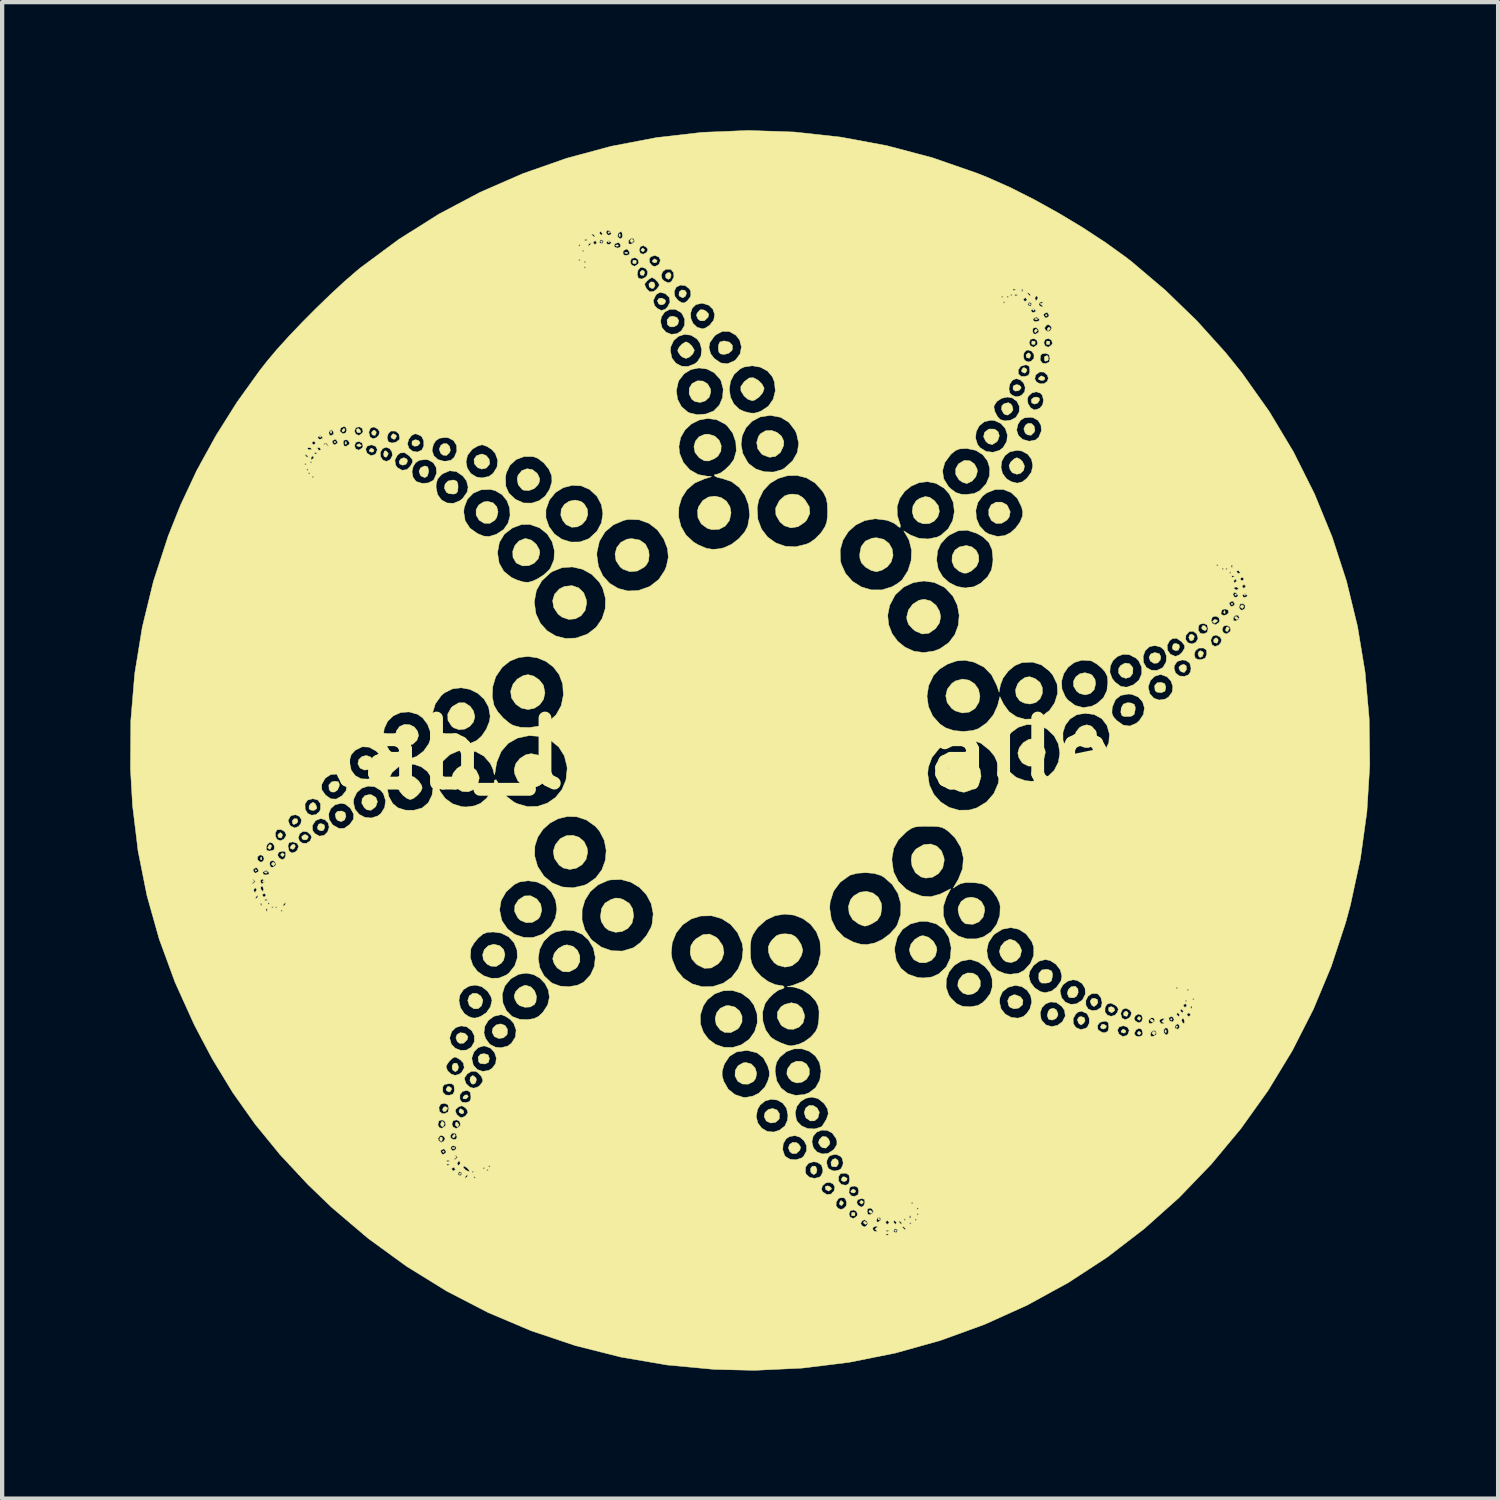
<source format=kicad_pcb>
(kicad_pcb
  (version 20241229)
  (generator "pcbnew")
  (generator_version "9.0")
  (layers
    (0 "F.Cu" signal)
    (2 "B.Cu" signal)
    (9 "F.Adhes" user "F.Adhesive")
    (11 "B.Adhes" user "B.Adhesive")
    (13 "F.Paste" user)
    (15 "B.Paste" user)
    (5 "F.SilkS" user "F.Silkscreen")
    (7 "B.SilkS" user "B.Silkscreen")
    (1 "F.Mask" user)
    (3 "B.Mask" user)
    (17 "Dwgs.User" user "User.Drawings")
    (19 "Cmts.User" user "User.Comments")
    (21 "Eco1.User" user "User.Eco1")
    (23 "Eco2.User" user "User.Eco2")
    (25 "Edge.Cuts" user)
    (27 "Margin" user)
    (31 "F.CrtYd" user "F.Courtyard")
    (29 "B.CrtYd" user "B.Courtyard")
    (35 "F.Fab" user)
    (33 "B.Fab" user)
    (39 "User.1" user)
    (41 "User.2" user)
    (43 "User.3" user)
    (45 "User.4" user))
  (footprint "lab_logo_smaller"
    (layer "F.Cu")
    (at 14.285 14.6)
    (property "Reference" "lab_logo_smaller" (at 0 0 0) (layer "F.SilkS") (effects (font (size 1.524 1.524) (thickness 0.3))))
    (attr through_hole)
    (fp_poly (pts (xy -11.322 2.734) (xy -11.344 2.755) (xy -11.365 2.734) (xy -11.344 2.712) (xy -11.322 2.734)) (stroke (width 0.01) (type solid)) (fill yes) (layer "F.SilkS"))
    (fp_poly (pts (xy -11.15 2.992) (xy -11.172 3.014) (xy -11.193 2.992) (xy -11.172 2.971) (xy -11.15 2.992)) (stroke (width 0.01) (type solid)) (fill yes) (layer "F.SilkS"))
    (fp_poly (pts (xy -9.816 -7.426) (xy -9.837 -7.405) (xy -9.859 -7.426) (xy -9.837 -7.448) (xy -9.816 -7.426)) (stroke (width 0.01) (type solid)) (fill yes) (layer "F.SilkS"))
    (fp_poly (pts (xy -9.471 -7.297) (xy -9.493 -7.276) (xy -9.514 -7.297) (xy -9.493 -7.319) (xy -9.471 -7.297)) (stroke (width 0.01) (type solid)) (fill yes) (layer "F.SilkS"))
    (fp_poly (pts (xy -6.931 9.321) (xy -6.953 9.342) (xy -6.974 9.321) (xy -6.953 9.299) (xy -6.931 9.321)) (stroke (width 0.01) (type solid)) (fill yes) (layer "F.SilkS"))
    (fp_poly (pts (xy -6.544 9.837) (xy -6.565 9.859) (xy -6.587 9.837) (xy -6.565 9.816) (xy -6.544 9.837)) (stroke (width 0.01) (type solid)) (fill yes) (layer "F.SilkS"))
    (fp_poly (pts (xy -3.229 -11.99) (xy -3.25 -11.968) (xy -3.272 -11.99) (xy -3.25 -12.011) (xy -3.229 -11.99)) (stroke (width 0.01) (type solid)) (fill yes) (layer "F.SilkS"))
    (fp_poly (pts (xy -3.057 -12.205) (xy -3.078 -12.183) (xy -3.1 -12.205) (xy -3.078 -12.226) (xy -3.057 -12.205)) (stroke (width 0.01) (type solid)) (fill yes) (layer "F.SilkS"))
    (fp_poly (pts (xy -3.057 -11.99) (xy -3.078 -11.968) (xy -3.1 -11.99) (xy -3.078 -12.011) (xy -3.057 -11.99)) (stroke (width 0.01) (type solid)) (fill yes) (layer "F.SilkS"))
    (fp_poly (pts (xy 3.659 11.172) (xy 3.638 11.193) (xy 3.616 11.172) (xy 3.638 11.15) (xy 3.659 11.172)) (stroke (width 0.01) (type solid)) (fill yes) (layer "F.SilkS"))
    (fp_poly (pts (xy 6.802 -10.526) (xy 6.781 -10.504) (xy 6.759 -10.526) (xy 6.781 -10.547) (xy 6.802 -10.526)) (stroke (width 0.01) (type solid)) (fill yes) (layer "F.SilkS"))
    (fp_poly (pts (xy 6.888 -10.397) (xy 6.867 -10.375) (xy 6.845 -10.397) (xy 6.867 -10.418) (xy 6.888 -10.397)) (stroke (width 0.01) (type solid)) (fill yes) (layer "F.SilkS"))
    (fp_poly (pts (xy 7.189 -10.268) (xy 7.168 -10.246) (xy 7.146 -10.268) (xy 7.168 -10.289) (xy 7.189 -10.268)) (stroke (width 0.01) (type solid)) (fill yes) (layer "F.SilkS"))
    (fp_poly (pts (xy 10.117 6.221) (xy 10.095 6.242) (xy 10.074 6.221) (xy 10.095 6.199) (xy 10.117 6.221)) (stroke (width 0.01) (type solid)) (fill yes) (layer "F.SilkS"))
    (fp_poly (pts (xy 10.246 6.393) (xy 10.225 6.415) (xy 10.203 6.393) (xy 10.225 6.372) (xy 10.246 6.393)) (stroke (width 0.01) (type solid)) (fill yes) (layer "F.SilkS"))
    (fp_poly (pts (xy 11.538 -3.509) (xy 11.516 -3.487) (xy 11.495 -3.509) (xy 11.516 -3.53) (xy 11.538 -3.509)) (stroke (width 0.01) (type solid)) (fill yes) (layer "F.SilkS"))
    (fp_poly (pts (xy 11.624 -3.724) (xy 11.602 -3.702) (xy 11.581 -3.724) (xy 11.602 -3.745) (xy 11.624 -3.724)) (stroke (width 0.01) (type solid)) (fill yes) (layer "F.SilkS"))
    (fp_poly (pts (xy 11.839 -3.724) (xy 11.817 -3.702) (xy 11.796 -3.724) (xy 11.817 -3.745) (xy 11.839 -3.724)) (stroke (width 0.01) (type solid)) (fill yes) (layer "F.SilkS"))
    (fp_poly (pts (xy -11.208 2.425) (xy -11.202 2.476) (xy -11.208 2.483) (xy -11.233 2.477) (xy -11.236 2.454) (xy -11.221 2.418) (xy -11.208 2.425)) (stroke (width 0.01) (type solid)) (fill yes) (layer "F.SilkS"))
    (fp_poly (pts (xy -11.078 2.77) (xy -11.084 2.795) (xy -11.107 2.798) (xy -11.143 2.783) (xy -11.136 2.77) (xy -11.085 2.764) (xy -11.078 2.77)) (stroke (width 0.01) (type solid)) (fill yes) (layer "F.SilkS"))
    (fp_poly (pts (xy -9.572 -7.563) (xy -9.566 -7.512) (xy -9.572 -7.505) (xy -9.597 -7.511) (xy -9.6 -7.534) (xy -9.585 -7.569) (xy -9.572 -7.563)) (stroke (width 0.01) (type solid)) (fill yes) (layer "F.SilkS"))
    (fp_poly (pts (xy -9.227 -7.304) (xy -9.222 -7.253) (xy -9.227 -7.247) (xy -9.253 -7.253) (xy -9.256 -7.276) (xy -9.24 -7.311) (xy -9.227 -7.304)) (stroke (width 0.01) (type solid)) (fill yes) (layer "F.SilkS"))
    (fp_poly (pts (xy -6.687 9.227) (xy -6.693 9.253) (xy -6.716 9.256) (xy -6.751 9.24) (xy -6.745 9.227) (xy -6.694 9.222) (xy -6.687 9.227)) (stroke (width 0.01) (type solid)) (fill yes) (layer "F.SilkS"))
    (fp_poly (pts (xy -2.856 -11.911) (xy -2.862 -11.885) (xy -2.884 -11.882) (xy -2.92 -11.898) (xy -2.913 -11.911) (xy -2.862 -11.916) (xy -2.856 -11.911)) (stroke (width 0.01) (type solid)) (fill yes) (layer "F.SilkS"))
    (fp_poly (pts (xy -2.813 -12.169) (xy -2.808 -12.118) (xy -2.813 -12.112) (xy -2.838 -12.118) (xy -2.841 -12.14) (xy -2.826 -12.176) (xy -2.813 -12.169)) (stroke (width 0.01) (type solid)) (fill yes) (layer "F.SilkS"))
    (fp_poly (pts (xy -2.64 -11.739) (xy -2.646 -11.713) (xy -2.669 -11.71) (xy -2.705 -11.726) (xy -2.698 -11.739) (xy -2.647 -11.744) (xy -2.64 -11.739)) (stroke (width 0.01) (type solid)) (fill yes) (layer "F.SilkS"))
    (fp_poly (pts (xy 3.258 10.863) (xy 3.263 10.914) (xy 3.258 10.921) (xy 3.232 10.915) (xy 3.229 10.892) (xy 3.245 10.856) (xy 3.258 10.863)) (stroke (width 0.01) (type solid)) (fill yes) (layer "F.SilkS"))
    (fp_poly (pts (xy 6.96 -10.189) (xy 6.954 -10.163) (xy 6.931 -10.16) (xy 6.896 -10.176) (xy 6.902 -10.189) (xy 6.954 -10.194) (xy 6.96 -10.189)) (stroke (width 0.01) (type solid)) (fill yes) (layer "F.SilkS"))
    (fp_poly (pts (xy 9.973 6.472) (xy 9.979 6.523) (xy 9.973 6.529) (xy 9.948 6.523) (xy 9.945 6.501) (xy 9.96 6.465) (xy 9.973 6.472)) (stroke (width 0.01) (type solid)) (fill yes) (layer "F.SilkS"))
    (fp_poly (pts (xy 11.351 -3.344) (xy 11.356 -3.293) (xy 11.351 -3.286) (xy 11.325 -3.292) (xy 11.322 -3.315) (xy 11.338 -3.35) (xy 11.351 -3.344)) (stroke (width 0.01) (type solid)) (fill yes) (layer "F.SilkS"))
    (fp_poly (pts (xy -10.418 2.17) (xy -10.453 2.23) (xy -10.486 2.239) (xy -10.537 2.214) (xy -10.538 2.188) (xy -10.495 2.131) (xy -10.443 2.123) (xy -10.418 2.17)) (stroke (width 0.01) (type solid)) (fill yes) (layer "F.SilkS"))
    (fp_poly (pts (xy -8.909 -7.252) (xy -8.87 -7.211) (xy -8.914 -7.19) (xy -8.936 -7.189) (xy -8.98 -7.211) (xy -8.976 -7.233) (xy -8.924 -7.258) (xy -8.909 -7.252)) (stroke (width 0.01) (type solid)) (fill yes) (layer "F.SilkS"))
    (fp_poly (pts (xy -8.907 -7.59) (xy -8.886 -7.536) (xy -8.905 -7.517) (xy -8.963 -7.52) (xy -8.977 -7.536) (xy -8.987 -7.597) (xy -8.946 -7.614) (xy -8.907 -7.59)) (stroke (width 0.01) (type solid)) (fill yes) (layer "F.SilkS"))
    (fp_poly (pts (xy -6.981 8.986) (xy -6.974 9.017) (xy -6.988 9.079) (xy -7.026 9.06) (xy -7.037 9.044) (xy -7.032 8.988) (xy -7.018 8.977) (xy -6.981 8.986)) (stroke (width 0.01) (type solid)) (fill yes) (layer "F.SilkS"))
    (fp_poly (pts (xy -6.856 8.291) (xy -6.855 8.317) (xy -6.898 8.374) (xy -6.949 8.381) (xy -6.974 8.334) (xy -6.94 8.275) (xy -6.906 8.266) (xy -6.856 8.291)) (stroke (width 0.01) (type solid)) (fill yes) (layer "F.SilkS"))
    (fp_poly (pts (xy -6.479 8.362) (xy -6.472 8.413) (xy -6.519 8.438) (xy -6.578 8.403) (xy -6.587 8.37) (xy -6.562 8.32) (xy -6.536 8.319) (xy -6.479 8.362)) (stroke (width 0.01) (type solid)) (fill yes) (layer "F.SilkS"))
    (fp_poly (pts (xy -6.369 8.029) (xy -6.403 8.073) (xy -6.439 8.087) (xy -6.492 8.076) (xy -6.491 8.044) (xy -6.448 7.995) (xy -6.394 7.991) (xy -6.369 8.029)) (stroke (width 0.01) (type solid)) (fill yes) (layer "F.SilkS"))
    (fp_poly (pts (xy 2.504 9.946) (xy 2.493 9.995) (xy 2.435 10.023) (xy 2.377 10.002) (xy 2.368 9.966) (xy 2.399 9.912) (xy 2.443 9.91) (xy 2.504 9.946)) (stroke (width 0.01) (type solid)) (fill yes) (layer "F.SilkS"))
    (fp_poly (pts (xy 8.574 6.373) (xy 8.563 6.422) (xy 8.505 6.45) (xy 8.447 6.429) (xy 8.438 6.393) (xy 8.469 6.339) (xy 8.513 6.337) (xy 8.574 6.373)) (stroke (width 0.01) (type solid)) (fill yes) (layer "F.SilkS"))
    (fp_poly (pts (xy 10.882 -2.992) (xy 10.925 -2.936) (xy 10.906 -2.892) (xy 10.874 -2.884) (xy 10.815 -2.919) (xy 10.806 -2.953) (xy 10.831 -3) (xy 10.882 -2.992)) (stroke (width 0.01) (type solid)) (fill yes) (layer "F.SilkS"))
    (fp_poly (pts (xy -10.984 2.141) (xy -10.978 2.172) (xy -11 2.23) (xy -11.021 2.239) (xy -11.063 2.208) (xy -11.064 2.198) (xy -11.033 2.14) (xy -11.021 2.131) (xy -10.984 2.141)) (stroke (width 0.01) (type solid)) (fill yes) (layer "F.SilkS"))
    (fp_poly (pts (xy -10.893 2.573) (xy -10.892 2.583) (xy -10.925 2.625) (xy -10.935 2.626) (xy -10.977 2.593) (xy -10.978 2.583) (xy -10.945 2.541) (xy -10.935 2.54) (xy -10.893 2.573)) (stroke (width 0.01) (type solid)) (fill yes) (layer "F.SilkS"))
    (fp_poly (pts (xy -10.724 1.886) (xy -10.72 1.916) (xy -10.746 1.975) (xy -10.806 1.964) (xy -10.819 1.953) (xy -10.828 1.899) (xy -10.784 1.856) (xy -10.76 1.851) (xy -10.724 1.886)) (stroke (width 0.01) (type solid)) (fill yes) (layer "F.SilkS"))
    (fp_poly (pts (xy -10.678 2.358) (xy -10.677 2.368) (xy -10.709 2.41) (xy -10.72 2.411) (xy -10.761 2.378) (xy -10.763 2.368) (xy -10.73 2.326) (xy -10.72 2.325) (xy -10.678 2.358)) (stroke (width 0.01) (type solid)) (fill yes) (layer "F.SilkS"))
    (fp_poly (pts (xy -10.386 1.524) (xy -10.373 1.534) (xy -10.358 1.592) (xy -10.391 1.631) (xy -10.453 1.66) (xy -10.484 1.634) (xy -10.489 1.569) (xy -10.446 1.523) (xy -10.386 1.524)) (stroke (width 0.01) (type solid)) (fill yes) (layer "F.SilkS"))
    (fp_poly (pts (xy -10.124 1.929) (xy -10.117 1.959) (xy -10.149 2.013) (xy -10.217 2.02) (xy -10.259 1.996) (xy -10.269 1.943) (xy -10.22 1.901) (xy -10.179 1.894) (xy -10.124 1.929)) (stroke (width 0.01) (type solid)) (fill yes) (layer "F.SilkS"))
    (fp_poly (pts (xy -9.744 1.666) (xy -9.729 1.722) (xy -9.76 1.794) (xy -9.816 1.808) (xy -9.888 1.778) (xy -9.902 1.722) (xy -9.871 1.65) (xy -9.816 1.636) (xy -9.744 1.666)) (stroke (width 0.01) (type solid)) (fill yes) (layer "F.SilkS"))
    (fp_poly (pts (xy -9.256 -7.587) (xy -9.256 -7.577) (xy -9.289 -7.536) (xy -9.302 -7.534) (xy -9.327 -7.56) (xy -9.321 -7.577) (xy -9.282 -7.618) (xy -9.275 -7.62) (xy -9.256 -7.587)) (stroke (width 0.01) (type solid)) (fill yes) (layer "F.SilkS"))
    (fp_poly (pts (xy -8.581 -7.119) (xy -8.575 -7.107) (xy -8.596 -7.067) (xy -8.632 -7.06) (xy -8.685 -7.082) (xy -8.688 -7.107) (xy -8.644 -7.151) (xy -8.632 -7.153) (xy -8.581 -7.119)) (stroke (width 0.01) (type solid)) (fill yes) (layer "F.SilkS"))
    (fp_poly (pts (xy -8.529 -7.542) (xy -8.524 -7.512) (xy -8.551 -7.453) (xy -8.61 -7.464) (xy -8.623 -7.475) (xy -8.632 -7.529) (xy -8.588 -7.573) (xy -8.565 -7.577) (xy -8.529 -7.542)) (stroke (width 0.01) (type solid)) (fill yes) (layer "F.SilkS"))
    (fp_poly (pts (xy -8.248 -7.04) (xy -8.244 -7.017) (xy -8.278 -6.953) (xy -8.298 -6.942) (xy -8.341 -6.962) (xy -8.352 -7.017) (xy -8.332 -7.086) (xy -8.298 -7.093) (xy -8.248 -7.04)) (stroke (width 0.01) (type solid)) (fill yes) (layer "F.SilkS"))
    (fp_poly (pts (xy -8.058 -7.456) (xy -8.051 -7.426) (xy -8.085 -7.369) (xy -8.115 -7.362) (xy -8.172 -7.396) (xy -8.18 -7.426) (xy -8.145 -7.483) (xy -8.115 -7.491) (xy -8.058 -7.456)) (stroke (width 0.01) (type solid)) (fill yes) (layer "F.SilkS"))
    (fp_poly (pts (xy -7.805 -6.899) (xy -7.792 -6.845) (xy -7.826 -6.779) (xy -7.901 -6.755) (xy -7.976 -6.785) (xy -7.989 -6.845) (xy -7.946 -6.905) (xy -7.874 -6.931) (xy -7.805 -6.899)) (stroke (width 0.01) (type solid)) (fill yes) (layer "F.SilkS"))
    (fp_poly (pts (xy -6.936 8.645) (xy -6.931 8.675) (xy -6.954 8.732) (xy -6.974 8.739) (xy -7.012 8.704) (xy -7.017 8.675) (xy -6.994 8.617) (xy -6.974 8.61) (xy -6.936 8.645)) (stroke (width 0.01) (type solid)) (fill yes) (layer "F.SilkS"))
    (fp_poly (pts (xy -6.766 7.827) (xy -6.759 7.857) (xy -6.793 7.914) (xy -6.824 7.921) (xy -6.881 7.887) (xy -6.888 7.857) (xy -6.854 7.8) (xy -6.824 7.792) (xy -6.766 7.827)) (stroke (width 0.01) (type solid)) (fill yes) (layer "F.SilkS"))
    (fp_poly (pts (xy -6.673 8.945) (xy -6.673 8.955) (xy -6.706 8.996) (xy -6.718 8.998) (xy -6.744 8.971) (xy -6.737 8.955) (xy -6.699 8.914) (xy -6.692 8.912) (xy -6.673 8.945)) (stroke (width 0.01) (type solid)) (fill yes) (layer "F.SilkS"))
    (fp_poly (pts (xy -6.63 8.632) (xy -6.588 8.687) (xy -6.587 8.699) (xy -6.62 8.738) (xy -6.63 8.739) (xy -6.668 8.704) (xy -6.673 8.672) (xy -6.652 8.628) (xy -6.63 8.632)) (stroke (width 0.01) (type solid)) (fill yes) (layer "F.SilkS"))
    (fp_poly (pts (xy -2.498 -12.021) (xy -2.497 -12.011) (xy -2.53 -11.969) (xy -2.54 -11.968) (xy -2.582 -12.001) (xy -2.583 -12.011) (xy -2.55 -12.053) (xy -2.54 -12.054) (xy -2.498 -12.021)) (stroke (width 0.01) (type solid)) (fill yes) (layer "F.SilkS"))
    (fp_poly (pts (xy -2.444 -11.553) (xy -2.435 -11.541) (xy -2.439 -11.485) (xy -2.45 -11.475) (xy -2.507 -11.48) (xy -2.516 -11.491) (xy -2.512 -11.547) (xy -2.501 -11.557) (xy -2.444 -11.553)) (stroke (width 0.01) (type solid)) (fill yes) (layer "F.SilkS"))
    (fp_poly (pts (xy -2.243 -11.287) (xy -2.239 -11.258) (xy -2.265 -11.198) (xy -2.325 -11.209) (xy -2.338 -11.221) (xy -2.347 -11.274) (xy -2.303 -11.318) (xy -2.279 -11.322) (xy -2.243 -11.287)) (stroke (width 0.01) (type solid)) (fill yes) (layer "F.SilkS"))
    (fp_poly (pts (xy -2.24 -11.806) (xy -2.239 -11.796) (xy -2.271 -11.754) (xy -2.282 -11.753) (xy -2.323 -11.786) (xy -2.325 -11.796) (xy -2.292 -11.838) (xy -2.282 -11.839) (xy -2.24 -11.806)) (stroke (width 0.01) (type solid)) (fill yes) (layer "F.SilkS"))
    (fp_poly (pts (xy -1.951 -11.554) (xy -1.946 -11.541) (xy -1.966 -11.502) (xy -2.002 -11.495) (xy -2.055 -11.516) (xy -2.058 -11.541) (xy -2.014 -11.585) (xy -2.002 -11.587) (xy -1.951 -11.554)) (stroke (width 0.01) (type solid)) (fill yes) (layer "F.SilkS"))
    (fp_poly (pts (xy -1.765 -10.634) (xy -1.744 -10.591) (xy -1.778 -10.532) (xy -1.85 -10.509) (xy -1.907 -10.532) (xy -1.941 -10.606) (xy -1.905 -10.66) (xy -1.84 -10.669) (xy -1.765 -10.634)) (stroke (width 0.01) (type solid)) (fill yes) (layer "F.SilkS"))
    (fp_poly (pts (xy -1.642 -11.261) (xy -1.617 -11.207) (xy -1.635 -11.139) (xy -1.681 -11.107) (xy -1.734 -11.138) (xy -1.746 -11.154) (xy -1.748 -11.218) (xy -1.7 -11.264) (xy -1.642 -11.261)) (stroke (width 0.01) (type solid)) (fill yes) (layer "F.SilkS"))
    (fp_poly (pts (xy 2.089 10.133) (xy 2.135 10.175) (xy 2.131 10.203) (xy 2.069 10.244) (xy 2.005 10.208) (xy 2 10.2) (xy 1.99 10.14) (xy 2.044 10.121) (xy 2.089 10.133)) (stroke (width 0.01) (type solid)) (fill yes) (layer "F.SilkS"))
    (fp_poly (pts (xy 2.416 10.514) (xy 2.417 10.526) (xy 2.384 10.576) (xy 2.371 10.582) (xy 2.332 10.561) (xy 2.325 10.526) (xy 2.347 10.472) (xy 2.371 10.47) (xy 2.416 10.514)) (stroke (width 0.01) (type solid)) (fill yes) (layer "F.SilkS"))
    (fp_poly (pts (xy 2.679 10.748) (xy 2.688 10.759) (xy 2.684 10.815) (xy 2.673 10.825) (xy 2.617 10.821) (xy 2.607 10.809) (xy 2.611 10.753) (xy 2.622 10.743) (xy 2.679 10.748)) (stroke (width 0.01) (type solid)) (fill yes) (layer "F.SilkS"))
    (fp_poly (pts (xy 2.698 10.23) (xy 2.704 10.243) (xy 2.683 10.282) (xy 2.648 10.289) (xy 2.594 10.267) (xy 2.591 10.243) (xy 2.636 10.198) (xy 2.648 10.197) (xy 2.698 10.23)) (stroke (width 0.01) (type solid)) (fill yes) (layer "F.SilkS"))
    (fp_poly (pts (xy 2.883 10.494) (xy 2.884 10.504) (xy 2.852 10.546) (xy 2.841 10.547) (xy 2.8 10.515) (xy 2.798 10.504) (xy 2.831 10.463) (xy 2.841 10.461) (xy 2.883 10.494)) (stroke (width 0.01) (type solid)) (fill yes) (layer "F.SilkS"))
    (fp_poly (pts (xy 2.927 10.956) (xy 2.969 10.995) (xy 2.971 11.002) (xy 2.937 11.021) (xy 2.927 11.021) (xy 2.886 10.988) (xy 2.884 10.975) (xy 2.911 10.95) (xy 2.927 10.956)) (stroke (width 0.01) (type solid)) (fill yes) (layer "F.SilkS"))
    (fp_poly (pts (xy 3.057 10.698) (xy 3.098 10.737) (xy 3.1 10.744) (xy 3.066 10.762) (xy 3.057 10.763) (xy 3.015 10.73) (xy 3.014 10.717) (xy 3.04 10.691) (xy 3.057 10.698)) (stroke (width 0.01) (type solid)) (fill yes) (layer "F.SilkS"))
    (fp_poly (pts (xy 6.708 -9.006) (xy 6.716 -8.976) (xy 6.681 -8.919) (xy 6.651 -8.912) (xy 6.594 -8.946) (xy 6.587 -8.976) (xy 6.621 -9.033) (xy 6.651 -9.041) (xy 6.708 -9.006)) (stroke (width 0.01) (type solid)) (fill yes) (layer "F.SilkS"))
    (fp_poly (pts (xy 6.797 -9.35) (xy 6.802 -9.321) (xy 6.776 -9.261) (xy 6.716 -9.272) (xy 6.703 -9.283) (xy 6.694 -9.337) (xy 6.738 -9.381) (xy 6.762 -9.385) (xy 6.797 -9.35)) (stroke (width 0.01) (type solid)) (fill yes) (layer "F.SilkS"))
    (fp_poly (pts (xy 6.898 -9.658) (xy 6.907 -9.647) (xy 6.903 -9.591) (xy 6.892 -9.581) (xy 6.836 -9.585) (xy 6.826 -9.597) (xy 6.83 -9.653) (xy 6.841 -9.663) (xy 6.898 -9.658)) (stroke (width 0.01) (type solid)) (fill yes) (layer "F.SilkS"))
    (fp_poly (pts (xy 6.959 -9.918) (xy 6.953 -9.902) (xy 6.914 -9.861) (xy 6.907 -9.859) (xy 6.889 -9.892) (xy 6.888 -9.902) (xy 6.921 -9.943) (xy 6.934 -9.945) (xy 6.959 -9.918)) (stroke (width 0.01) (type solid)) (fill yes) (layer "F.SilkS"))
    (fp_poly (pts (xy 7.125 -8.813) (xy 7.136 -8.793) (xy 7.116 -8.75) (xy 7.06 -8.739) (xy 6.992 -8.759) (xy 6.985 -8.793) (xy 7.038 -8.843) (xy 7.06 -8.847) (xy 7.125 -8.813)) (stroke (width 0.01) (type solid)) (fill yes) (layer "F.SilkS"))
    (fp_poly (pts (xy 7.211 -9.299) (xy 7.214 -9.228) (xy 7.199 -9.205) (xy 7.146 -9.19) (xy 7.125 -9.213) (xy 7.122 -9.284) (xy 7.137 -9.306) (xy 7.189 -9.322) (xy 7.211 -9.299)) (stroke (width 0.01) (type solid)) (fill yes) (layer "F.SilkS"))
    (fp_poly (pts (xy 7.242 -9.658) (xy 7.252 -9.647) (xy 7.247 -9.591) (xy 7.236 -9.581) (xy 7.18 -9.585) (xy 7.17 -9.597) (xy 7.175 -9.653) (xy 7.186 -9.663) (xy 7.242 -9.658)) (stroke (width 0.01) (type solid)) (fill yes) (layer "F.SilkS"))
    (fp_poly (pts (xy 7.261 -9.961) (xy 7.254 -9.945) (xy 7.215 -9.904) (xy 7.208 -9.902) (xy 7.19 -9.935) (xy 7.189 -9.945) (xy 7.223 -9.986) (xy 7.235 -9.988) (xy 7.261 -9.961)) (stroke (width 0.01) (type solid)) (fill yes) (layer "F.SilkS"))
    (fp_poly (pts (xy 9.027 6.485) (xy 9.032 6.497) (xy 9.012 6.537) (xy 8.976 6.544) (xy 8.923 6.522) (xy 8.92 6.497) (xy 8.964 6.453) (xy 8.976 6.451) (xy 9.027 6.485)) (stroke (width 0.01) (type solid)) (fill yes) (layer "F.SilkS"))
    (fp_poly (pts (xy 9.079 6.062) (xy 9.084 6.092) (xy 9.057 6.151) (xy 8.998 6.14) (xy 8.984 6.129) (xy 8.976 6.075) (xy 9.019 6.032) (xy 9.043 6.027) (xy 9.079 6.062)) (stroke (width 0.01) (type solid)) (fill yes) (layer "F.SilkS"))
    (fp_poly (pts (xy 9.384 6.189) (xy 9.385 6.199) (xy 9.352 6.241) (xy 9.342 6.242) (xy 9.3 6.21) (xy 9.299 6.199) (xy 9.332 6.158) (xy 9.342 6.156) (xy 9.384 6.189)) (stroke (width 0.01) (type solid)) (fill yes) (layer "F.SilkS"))
    (fp_poly (pts (xy 9.384 6.533) (xy 9.385 6.544) (xy 9.352 6.586) (xy 9.342 6.587) (xy 9.3 6.554) (xy 9.299 6.544) (xy 9.332 6.502) (xy 9.342 6.501) (xy 9.384 6.533)) (stroke (width 0.01) (type solid)) (fill yes) (layer "F.SilkS"))
    (fp_poly (pts (xy 9.643 6.221) (xy 9.684 6.26) (xy 9.686 6.266) (xy 9.653 6.285) (xy 9.643 6.285) (xy 9.602 6.252) (xy 9.6 6.24) (xy 9.627 6.214) (xy 9.643 6.221)) (stroke (width 0.01) (type solid)) (fill yes) (layer "F.SilkS"))
    (fp_poly (pts (xy 9.728 6.533) (xy 9.729 6.544) (xy 9.697 6.586) (xy 9.686 6.587) (xy 9.645 6.554) (xy 9.643 6.544) (xy 9.676 6.502) (xy 9.686 6.501) (xy 9.728 6.533)) (stroke (width 0.01) (type solid)) (fill yes) (layer "F.SilkS"))
    (fp_poly (pts (xy 10.275 -2.553) (xy 10.289 -2.497) (xy 10.259 -2.425) (xy 10.203 -2.411) (xy 10.131 -2.441) (xy 10.117 -2.497) (xy 10.147 -2.569) (xy 10.203 -2.583) (xy 10.275 -2.553)) (stroke (width 0.01) (type solid)) (fill yes) (layer "F.SilkS"))
    (fp_poly (pts (xy 10.626 -2.765) (xy 10.634 -2.736) (xy 10.61 -2.666) (xy 10.559 -2.642) (xy 10.532 -2.656) (xy 10.504 -2.724) (xy 10.53 -2.784) (xy 10.569 -2.798) (xy 10.626 -2.765)) (stroke (width 0.01) (type solid)) (fill yes) (layer "F.SilkS"))
    (fp_poly (pts (xy 10.841 -2.378) (xy 10.849 -2.349) (xy 10.825 -2.278) (xy 10.774 -2.254) (xy 10.747 -2.269) (xy 10.719 -2.337) (xy 10.745 -2.397) (xy 10.784 -2.411) (xy 10.841 -2.378)) (stroke (width 0.01) (type solid)) (fill yes) (layer "F.SilkS"))
    (fp_poly (pts (xy 11.176 -3.122) (xy 11.172 -3.1) (xy 11.117 -3.058) (xy 11.105 -3.057) (xy 11.065 -3.089) (xy 11.064 -3.1) (xy 11.099 -3.137) (xy 11.131 -3.143) (xy 11.176 -3.122)) (stroke (width 0.01) (type solid)) (fill yes) (layer "F.SilkS"))
    (fp_poly (pts (xy 11.189 -2.677) (xy 11.193 -2.648) (xy 11.167 -2.588) (xy 11.107 -2.599) (xy 11.094 -2.611) (xy 11.085 -2.664) (xy 11.129 -2.708) (xy 11.153 -2.712) (xy 11.189 -2.677)) (stroke (width 0.01) (type solid)) (fill yes) (layer "F.SilkS"))
    (fp_poly (pts (xy 11.45 -2.94) (xy 11.452 -2.93) (xy 11.42 -2.872) (xy 11.408 -2.863) (xy 11.372 -2.873) (xy 11.365 -2.903) (xy 11.388 -2.962) (xy 11.408 -2.971) (xy 11.45 -2.94)) (stroke (width 0.01) (type solid)) (fill yes) (layer "F.SilkS"))
    (fp_poly (pts (xy 11.624 -3.207) (xy 11.665 -3.169) (xy 11.667 -3.162) (xy 11.633 -3.143) (xy 11.624 -3.143) (xy 11.582 -3.176) (xy 11.581 -3.188) (xy 11.607 -3.214) (xy 11.624 -3.207)) (stroke (width 0.01) (type solid)) (fill yes) (layer "F.SilkS"))
    (fp_poly (pts (xy 11.795 -3.454) (xy 11.796 -3.444) (xy 11.763 -3.402) (xy 11.753 -3.401) (xy 11.711 -3.434) (xy 11.71 -3.444) (xy 11.743 -3.486) (xy 11.753 -3.487) (xy 11.795 -3.454)) (stroke (width 0.01) (type solid)) (fill yes) (layer "F.SilkS"))
    (fp_poly (pts (xy -9.256 1.377) (xy -9.234 1.464) (xy -9.266 1.552) (xy -9.339 1.59) (xy -9.422 1.568) (xy -9.465 1.518) (xy -9.485 1.417) (xy -9.435 1.353) (xy -9.337 1.342) (xy -9.256 1.377)) (stroke (width 0.01) (type solid)) (fill yes) (layer "F.SilkS"))
    (fp_poly (pts (xy -7.534 -7.334) (xy -7.499 -7.285) (xy -7.502 -7.265) (xy -7.555 -7.209) (xy -7.633 -7.2) (xy -7.685 -7.234) (xy -7.687 -7.304) (xy -7.671 -7.328) (xy -7.604 -7.353) (xy -7.534 -7.334)) (stroke (width 0.01) (type solid)) (fill yes) (layer "F.SilkS"))
    (fp_poly (pts (xy -6.253 7.542) (xy -6.19 7.591) (xy -6.178 7.639) (xy -6.203 7.716) (xy -6.259 7.742) (xy -6.299 7.721) (xy -6.331 7.65) (xy -6.319 7.577) (xy -6.27 7.541) (xy -6.253 7.542)) (stroke (width 0.01) (type solid)) (fill yes) (layer "F.SilkS"))
    (fp_poly (pts (xy -2.03 -11.043) (xy -2.019 -11.033) (xy -1.994 -10.965) (xy -2.026 -10.905) (xy -2.066 -10.892) (xy -2.122 -10.923) (xy -2.133 -10.939) (xy -2.138 -11.004) (xy -2.093 -11.048) (xy -2.03 -11.043)) (stroke (width 0.01) (type solid)) (fill yes) (layer "F.SilkS"))
    (fp_poly (pts (xy -1.295 -10.851) (xy -1.259 -10.79) (xy -1.278 -10.718) (xy -1.339 -10.677) (xy -1.35 -10.677) (xy -1.419 -10.711) (xy -1.435 -10.738) (xy -1.429 -10.814) (xy -1.371 -10.86) (xy -1.295 -10.851)) (stroke (width 0.01) (type solid)) (fill yes) (layer "F.SilkS"))
    (fp_poly (pts (xy 2.29 9.525) (xy 2.3 9.6) (xy 2.264 9.664) (xy 2.232 9.677) (xy 2.157 9.668) (xy 2.135 9.65) (xy 2.125 9.572) (xy 2.165 9.503) (xy 2.233 9.48) (xy 2.29 9.525)) (stroke (width 0.01) (type solid)) (fill yes) (layer "F.SilkS"))
    (fp_poly (pts (xy 6.543 -8.626) (xy 6.579 -8.577) (xy 6.576 -8.556) (xy 6.523 -8.501) (xy 6.444 -8.491) (xy 6.392 -8.525) (xy 6.39 -8.595) (xy 6.407 -8.62) (xy 6.473 -8.645) (xy 6.543 -8.626)) (stroke (width 0.01) (type solid)) (fill yes) (layer "F.SilkS"))
    (fp_poly (pts (xy 7.004 -8.328) (xy 7.009 -8.277) (xy 6.965 -8.21) (xy 6.891 -8.186) (xy 6.828 -8.216) (xy 6.825 -8.22) (xy 6.817 -8.293) (xy 6.877 -8.343) (xy 6.937 -8.352) (xy 7.004 -8.328)) (stroke (width 0.01) (type solid)) (fill yes) (layer "F.SilkS"))
    (fp_poly (pts (xy 8.061 6.186) (xy 8.076 6.255) (xy 8.041 6.313) (xy 7.984 6.354) (xy 7.936 6.324) (xy 7.925 6.311) (xy 7.894 6.229) (xy 7.932 6.169) (xy 7.986 6.156) (xy 8.061 6.186)) (stroke (width 0.01) (type solid)) (fill yes) (layer "F.SilkS"))
    (fp_poly (pts (xy 8.363 5.756) (xy 8.377 5.825) (xy 8.342 5.883) (xy 8.285 5.923) (xy 8.237 5.893) (xy 8.226 5.88) (xy 8.195 5.799) (xy 8.233 5.739) (xy 8.287 5.726) (xy 8.363 5.756)) (stroke (width 0.01) (type solid)) (fill yes) (layer "F.SilkS"))
    (fp_poly (pts (xy 8.753 5.955) (xy 8.77 6.009) (xy 8.764 6.022) (xy 8.701 6.068) (xy 8.636 6.033) (xy 8.629 6.023) (xy 8.626 5.956) (xy 8.638 5.939) (xy 8.697 5.924) (xy 8.753 5.955)) (stroke (width 0.01) (type solid)) (fill yes) (layer "F.SilkS"))
    (fp_poly (pts (xy 10.445 -2.055) (xy 10.451 -1.974) (xy 10.447 -1.962) (xy 10.396 -1.9) (xy 10.326 -1.92) (xy 10.294 -1.953) (xy 10.271 -2.016) (xy 10.312 -2.068) (xy 10.389 -2.094) (xy 10.445 -2.055)) (stroke (width 0.01) (type solid)) (fill yes) (layer "F.SilkS"))
    (fp_poly (pts (xy -9.959 1.167) (xy -9.948 1.18) (xy -9.916 1.254) (xy -9.922 1.29) (xy -9.989 1.332) (xy -10.069 1.316) (xy -10.098 1.287) (xy -10.095 1.223) (xy -10.065 1.178) (xy -10.008 1.137) (xy -9.959 1.167)) (stroke (width 0.01) (type solid)) (fill yes) (layer "F.SilkS"))
    (fp_poly (pts (xy -9.412 0.658) (xy -9.389 0.713) (xy -9.393 0.764) (xy -9.432 0.852) (xy -9.503 0.9) (xy -9.579 0.896) (xy -9.627 0.843) (xy -9.634 0.733) (xy -9.571 0.662) (xy -9.491 0.646) (xy -9.412 0.658)) (stroke (width 0.01) (type solid)) (fill yes) (layer "F.SilkS"))
    (fp_poly (pts (xy -6.866 -7.257) (xy -6.806 -7.195) (xy -6.789 -7.105) (xy -6.805 -7.054) (xy -6.878 -6.983) (xy -6.965 -6.993) (xy -7.017 -7.038) (xy -7.049 -7.132) (xy -7.01 -7.221) (xy -6.947 -7.262) (xy -6.866 -7.257)) (stroke (width 0.01) (type solid)) (fill yes) (layer "F.SilkS"))
    (fp_poly (pts (xy -6.642 7.25) (xy -6.624 7.264) (xy -6.597 7.335) (xy -6.616 7.41) (xy -6.67 7.448) (xy -6.673 7.448) (xy -6.726 7.413) (xy -6.745 7.38) (xy -6.746 7.301) (xy -6.704 7.249) (xy -6.642 7.25)) (stroke (width 0.01) (type solid)) (fill yes) (layer "F.SilkS"))
    (fp_poly (pts (xy 1.313 9.106) (xy 1.369 9.143) (xy 1.416 9.218) (xy 1.394 9.289) (xy 1.311 9.365) (xy 1.219 9.365) (xy 1.164 9.323) (xy 1.128 9.232) (xy 1.156 9.152) (xy 1.225 9.104) (xy 1.313 9.106)) (stroke (width 0.01) (type solid)) (fill yes) (layer "F.SilkS"))
    (fp_poly (pts (xy 1.753 9.661) (xy 1.771 9.675) (xy 1.798 9.746) (xy 1.779 9.821) (xy 1.725 9.859) (xy 1.722 9.859) (xy 1.669 9.824) (xy 1.65 9.791) (xy 1.649 9.712) (xy 1.691 9.66) (xy 1.753 9.661)) (stroke (width 0.01) (type solid)) (fill yes) (layer "F.SilkS"))
    (fp_poly (pts (xy 2.013 8.973) (xy 2.069 9.023) (xy 2.102 9.107) (xy 2.082 9.16) (xy 2.006 9.237) (xy 1.925 9.228) (xy 1.878 9.19) (xy 1.832 9.112) (xy 1.853 9.038) (xy 1.926 8.964) (xy 2.013 8.973)) (stroke (width 0.01) (type solid)) (fill yes) (layer "F.SilkS"))
    (fp_poly (pts (xy 6.824 -7.731) (xy 6.884 -7.668) (xy 6.901 -7.578) (xy 6.885 -7.528) (xy 6.812 -7.457) (xy 6.725 -7.467) (xy 6.673 -7.512) (xy 6.641 -7.606) (xy 6.681 -7.695) (xy 6.743 -7.736) (xy 6.824 -7.731)) (stroke (width 0.01) (type solid)) (fill yes) (layer "F.SilkS"))
    (fp_poly (pts (xy 9.815 -2.342) (xy 9.85 -2.266) (xy 9.837 -2.195) (xy 9.779 -2.125) (xy 9.69 -2.115) (xy 9.605 -2.169) (xy 9.574 -2.257) (xy 9.613 -2.333) (xy 9.704 -2.368) (xy 9.71 -2.368) (xy 9.815 -2.342)) (stroke (width 0.01) (type solid)) (fill yes) (layer "F.SilkS"))
    (fp_poly (pts (xy -7.318 -6.715) (xy -7.298 -6.633) (xy -7.297 -6.609) (xy -7.323 -6.503) (xy -7.386 -6.464) (xy -7.468 -6.499) (xy -7.492 -6.524) (xy -7.522 -6.613) (xy -7.485 -6.694) (xy -7.398 -6.736) (xy -7.379 -6.737) (xy -7.318 -6.715)) (stroke (width 0.01) (type solid)) (fill yes) (layer "F.SilkS"))
    (fp_poly (pts (xy -6.465 6.545) (xy -6.43 6.566) (xy -6.376 6.627) (xy -6.395 6.699) (xy -6.398 6.703) (xy -6.479 6.78) (xy -6.57 6.785) (xy -6.624 6.745) (xy -6.659 6.655) (xy -6.631 6.578) (xy -6.559 6.535) (xy -6.465 6.545)) (stroke (width 0.01) (type solid)) (fill yes) (layer "F.SilkS"))
    (fp_poly (pts (xy -5.903 7.055) (xy -5.877 7.131) (xy -5.876 7.146) (xy -5.897 7.231) (xy -5.973 7.265) (xy -5.989 7.267) (xy -6.091 7.254) (xy -6.128 7.213) (xy -6.137 7.104) (xy -6.079 7.037) (xy -5.989 7.026) (xy -5.903 7.055)) (stroke (width 0.01) (type solid)) (fill yes) (layer "F.SilkS"))
    (fp_poly (pts (xy -1.482 -10.215) (xy -1.438 -10.142) (xy -1.463 -10.054) (xy -1.468 -10.047) (xy -1.55 -9.996) (xy -1.641 -9.996) (xy -1.704 -10.047) (xy -1.706 -10.052) (xy -1.713 -10.16) (xy -1.651 -10.231) (xy -1.577 -10.246) (xy -1.482 -10.215)) (stroke (width 0.01) (type solid)) (fill yes) (layer "F.SilkS"))
    (fp_poly (pts (xy -0.85 -10.391) (xy -0.795 -10.357) (xy -0.738 -10.295) (xy -0.752 -10.226) (xy -0.758 -10.216) (xy -0.841 -10.138) (xy -0.933 -10.137) (xy -0.992 -10.183) (xy -1.026 -10.268) (xy -1.006 -10.322) (xy -0.934 -10.397) (xy -0.85 -10.391)) (stroke (width 0.01) (type solid)) (fill yes) (layer "F.SilkS"))
    (fp_poly (pts (xy 6.342 -8.185) (xy 6.37 -8.14) (xy 6.389 -8.053) (xy 6.347 -7.989) (xy 6.268 -7.929) (xy 6.204 -7.94) (xy 6.165 -7.973) (xy 6.118 -8.062) (xy 6.129 -8.15) (xy 6.181 -8.197) (xy 6.28 -8.22) (xy 6.342 -8.185)) (stroke (width 0.01) (type solid)) (fill yes) (layer "F.SilkS"))
    (fp_poly (pts (xy 7.404 6.001) (xy 7.44 6.087) (xy 7.439 6.131) (xy 7.394 6.203) (xy 7.311 6.239) (xy 7.231 6.224) (xy 7.22 6.215) (xy 7.19 6.133) (xy 7.214 6.035) (xy 7.254 5.984) (xy 7.334 5.96) (xy 7.404 6.001)) (stroke (width 0.01) (type solid)) (fill yes) (layer "F.SilkS"))
    (fp_poly (pts (xy 7.854 5.451) (xy 7.908 5.509) (xy 7.914 5.597) (xy 7.877 5.679) (xy 7.812 5.717) (xy 7.726 5.714) (xy 7.694 5.699) (xy 7.659 5.615) (xy 7.684 5.526) (xy 7.75 5.46) (xy 7.838 5.446) (xy 7.854 5.451)) (stroke (width 0.01) (type solid)) (fill yes) (layer "F.SilkS"))
    (fp_poly (pts (xy 9.114 -2.108) (xy 9.186 -2.028) (xy 9.197 -1.996) (xy 9.192 -1.879) (xy 9.13 -1.796) (xy 9.032 -1.764) (xy 8.93 -1.798) (xy 8.86 -1.889) (xy 8.865 -1.998) (xy 8.909 -2.064) (xy 9.013 -2.122) (xy 9.114 -2.108)) (stroke (width 0.01) (type solid)) (fill yes) (layer "F.SilkS"))
    (fp_poly (pts (xy 9.939 -1.641) (xy 9.966 -1.565) (xy 9.966 -1.55) (xy 9.946 -1.465) (xy 9.87 -1.431) (xy 9.853 -1.429) (xy 9.751 -1.443) (xy 9.715 -1.483) (xy 9.705 -1.592) (xy 9.763 -1.659) (xy 9.853 -1.671) (xy 9.939 -1.641)) (stroke (width 0.01) (type solid)) (fill yes) (layer "F.SilkS"))
    (fp_poly (pts (xy -8.652 0.079) (xy -8.595 0.166) (xy -8.599 0.276) (xy -8.61 0.301) (xy -8.689 0.37) (xy -8.798 0.384) (xy -8.898 0.34) (xy -8.903 0.336) (xy -8.954 0.238) (xy -8.934 0.14) (xy -8.857 0.067) (xy -8.754 0.043) (xy -8.652 0.079)) (stroke (width 0.01) (type solid)) (fill yes) (layer "F.SilkS"))
    (fp_poly (pts (xy -8.635 0.964) (xy -8.533 1.025) (xy -8.496 1.123) (xy -8.532 1.232) (xy -8.548 1.252) (xy -8.646 1.325) (xy -8.74 1.315) (xy -8.801 1.267) (xy -8.862 1.161) (xy -8.854 1.058) (xy -8.789 0.982) (xy -8.68 0.957) (xy -8.635 0.964)) (stroke (width 0.01) (type solid)) (fill yes) (layer "F.SilkS"))
    (fp_poly (pts (xy -6.167 5.615) (xy -6.077 5.674) (xy -6.029 5.764) (xy -6.027 5.783) (xy -6.058 5.904) (xy -6.136 5.971) (xy -6.235 5.975) (xy -6.332 5.91) (xy -6.346 5.891) (xy -6.381 5.779) (xy -6.345 5.673) (xy -6.264 5.612) (xy -6.167 5.615)) (stroke (width 0.01) (type solid)) (fill yes) (layer "F.SilkS"))
    (fp_poly (pts (xy -5.948 -6.981) (xy -5.881 -6.897) (xy -5.866 -6.798) (xy -5.871 -6.78) (xy -5.944 -6.691) (xy -6.053 -6.664) (xy -6.15 -6.699) (xy -6.228 -6.792) (xy -6.234 -6.893) (xy -6.177 -6.976) (xy -6.065 -7.016) (xy -6.042 -7.017) (xy -5.948 -6.981)) (stroke (width 0.01) (type solid)) (fill yes) (layer "F.SilkS"))
    (fp_poly (pts (xy -5.509 6.364) (xy -5.452 6.452) (xy -5.456 6.562) (xy -5.467 6.587) (xy -5.546 6.655) (xy -5.656 6.67) (xy -5.755 6.626) (xy -5.76 6.621) (xy -5.811 6.523) (xy -5.791 6.426) (xy -5.715 6.353) (xy -5.611 6.328) (xy -5.509 6.364)) (stroke (width 0.01) (type solid)) (fill yes) (layer "F.SilkS"))
    (fp_poly (pts (xy 0.862 8.345) (xy 0.919 8.432) (xy 0.915 8.542) (xy 0.904 8.567) (xy 0.825 8.635) (xy 0.716 8.65) (xy 0.616 8.606) (xy 0.611 8.602) (xy 0.561 8.504) (xy 0.58 8.406) (xy 0.657 8.333) (xy 0.76 8.309) (xy 0.862 8.345)) (stroke (width 0.01) (type solid)) (fill yes) (layer "F.SilkS"))
    (fp_poly (pts (xy 1.711 8.241) (xy 1.802 8.3) (xy 1.85 8.39) (xy 1.851 8.409) (xy 1.82 8.53) (xy 1.742 8.597) (xy 1.643 8.601) (xy 1.547 8.536) (xy 1.533 8.517) (xy 1.498 8.405) (xy 1.533 8.299) (xy 1.614 8.238) (xy 1.711 8.241)) (stroke (width 0.01) (type solid)) (fill yes) (layer "F.SilkS"))
    (fp_poly (pts (xy 5.958 -7.6) (xy 6.039 -7.539) (xy 6.068 -7.443) (xy 6.032 -7.335) (xy 6.003 -7.3) (xy 5.906 -7.239) (xy 5.812 -7.26) (xy 5.75 -7.316) (xy 5.699 -7.423) (xy 5.723 -7.525) (xy 5.813 -7.596) (xy 5.837 -7.603) (xy 5.958 -7.6)) (stroke (width 0.01) (type solid)) (fill yes) (layer "F.SilkS"))
    (fp_poly (pts (xy 6.445 5.648) (xy 6.56 5.691) (xy 6.621 5.773) (xy 6.613 5.871) (xy 6.604 5.887) (xy 6.52 5.958) (xy 6.413 5.976) (xy 6.318 5.939) (xy 6.287 5.901) (xy 6.263 5.786) (xy 6.305 5.694) (xy 6.399 5.648) (xy 6.445 5.648)) (stroke (width 0.01) (type solid)) (fill yes) (layer "F.SilkS"))
    (fp_poly (pts (xy -6.708 -6.407) (xy -6.639 -6.382) (xy -6.612 -6.315) (xy -6.608 -6.242) (xy -6.618 -6.138) (xy -6.658 -6.092) (xy -6.716 -6.079) (xy -6.82 -6.089) (xy -6.878 -6.12) (xy -6.929 -6.218) (xy -6.911 -6.314) (xy -6.839 -6.386) (xy -6.725 -6.409) (xy -6.708 -6.407)) (stroke (width 0.01) (type solid)) (fill yes) (layer "F.SilkS"))
    (fp_poly (pts (xy -5.787 -5.874) (xy -5.702 -5.784) (xy -5.671 -5.662) (xy -5.703 -5.531) (xy -5.749 -5.466) (xy -5.865 -5.393) (xy -5.997 -5.396) (xy -6.113 -5.467) (xy -6.185 -5.588) (xy -6.185 -5.715) (xy -6.123 -5.824) (xy -6.01 -5.895) (xy -5.917 -5.909) (xy -5.787 -5.874)) (stroke (width 0.01) (type solid)) (fill yes) (layer "F.SilkS"))
    (fp_poly (pts (xy -0.873 -8.726) (xy -0.764 -8.66) (xy -0.698 -8.545) (xy -0.689 -8.474) (xy -0.725 -8.349) (xy -0.816 -8.263) (xy -0.937 -8.225) (xy -1.06 -8.247) (xy -1.134 -8.301) (xy -1.196 -8.424) (xy -1.193 -8.559) (xy -1.127 -8.668) (xy -1.002 -8.732) (xy -0.873 -8.726)) (stroke (width 0.01) (type solid)) (fill yes) (layer "F.SilkS"))
    (fp_poly (pts (xy -0.252 -9.637) (xy -0.184 -9.565) (xy -0.183 -9.47) (xy -0.198 -9.439) (xy -0.271 -9.377) (xy -0.37 -9.35) (xy -0.458 -9.361) (xy -0.499 -9.401) (xy -0.513 -9.494) (xy -0.509 -9.565) (xy -0.478 -9.639) (xy -0.398 -9.664) (xy -0.371 -9.665) (xy -0.252 -9.637)) (stroke (width 0.01) (type solid)) (fill yes) (layer "F.SilkS"))
    (fp_poly (pts (xy 0.262 7.269) (xy 0.348 7.36) (xy 0.385 7.48) (xy 0.363 7.604) (xy 0.309 7.678) (xy 0.186 7.74) (xy 0.052 7.736) (xy -0.058 7.67) (xy -0.122 7.546) (xy -0.116 7.417) (xy -0.05 7.308) (xy 0.065 7.242) (xy 0.137 7.233) (xy 0.262 7.269)) (stroke (width 0.01) (type solid)) (fill yes) (layer "F.SilkS"))
    (fp_poly (pts (xy 6.544 -6.902) (xy 6.608 -6.845) (xy 6.657 -6.74) (xy 6.638 -6.637) (xy 6.562 -6.563) (xy 6.479 -6.544) (xy 6.373 -6.579) (xy 6.321 -6.651) (xy 6.295 -6.746) (xy 6.332 -6.824) (xy 6.35 -6.845) (xy 6.426 -6.91) (xy 6.479 -6.931) (xy 6.544 -6.902)) (stroke (width 0.01) (type solid)) (fill yes) (layer "F.SilkS"))
    (fp_poly (pts (xy 7.21 5.054) (xy 7.289 5.087) (xy 7.314 5.152) (xy 7.31 5.221) (xy 7.289 5.319) (xy 7.232 5.362) (xy 7.159 5.373) (xy 7.059 5.372) (xy 7.01 5.329) (xy 6.992 5.273) (xy 6.994 5.147) (xy 7.061 5.067) (xy 7.177 5.048) (xy 7.21 5.054)) (stroke (width 0.01) (type solid)) (fill yes) (layer "F.SilkS"))
    (fp_poly (pts (xy -7.741 -0.678) (xy -7.63 -0.623) (xy -7.554 -0.523) (xy -7.534 -0.421) (xy -7.572 -0.311) (xy -7.667 -0.225) (xy -7.789 -0.178) (xy -7.91 -0.187) (xy -7.947 -0.205) (xy -8.034 -0.308) (xy -8.068 -0.443) (xy -8.054 -0.529) (xy -7.976 -0.637) (xy -7.864 -0.685) (xy -7.741 -0.678)) (stroke (width 0.01) (type solid)) (fill yes) (layer "F.SilkS"))
    (fp_poly (pts (xy -5.632 4.498) (xy -5.542 4.586) (xy -5.51 4.706) (xy -5.542 4.836) (xy -5.597 4.908) (xy -5.716 4.983) (xy -5.843 4.975) (xy -5.931 4.927) (xy -6.015 4.826) (xy -6.032 4.705) (xy -5.992 4.588) (xy -5.903 4.5) (xy -5.774 4.463) (xy -5.769 4.463) (xy -5.632 4.498)) (stroke (width 0.01) (type solid)) (fill yes) (layer "F.SilkS"))
    (fp_poly (pts (xy -4.763 3.404) (xy -4.673 3.524) (xy -4.648 3.671) (xy -4.69 3.815) (xy -4.736 3.875) (xy -4.866 3.95) (xy -5.015 3.958) (xy -5.152 3.9) (xy -5.206 3.847) (xy -5.284 3.696) (xy -5.276 3.55) (xy -5.19 3.421) (xy -5.053 3.332) (xy -4.907 3.328) (xy -4.763 3.404)) (stroke (width 0.01) (type solid)) (fill yes) (layer "F.SilkS"))
    (fp_poly (pts (xy 6.123 -5.89) (xy 6.236 -5.832) (xy 6.261 -5.802) (xy 6.323 -5.665) (xy 6.3 -5.542) (xy 6.242 -5.467) (xy 6.12 -5.394) (xy 5.99 -5.393) (xy 5.883 -5.46) (xy 5.823 -5.58) (xy 5.821 -5.716) (xy 5.878 -5.829) (xy 5.88 -5.83) (xy 5.992 -5.89) (xy 6.123 -5.89)) (stroke (width 0.01) (type solid)) (fill yes) (layer "F.SilkS"))
    (fp_poly (pts (xy 8.202 -1.862) (xy 8.243 -1.836) (xy 8.308 -1.74) (xy 8.323 -1.636) (xy 8.289 -1.499) (xy 8.2 -1.409) (xy 8.08 -1.377) (xy 7.95 -1.409) (xy 7.878 -1.464) (xy 7.807 -1.58) (xy 7.805 -1.697) (xy 7.858 -1.798) (xy 7.952 -1.87) (xy 8.072 -1.896) (xy 8.202 -1.862)) (stroke (width 0.01) (type solid)) (fill yes) (layer "F.SilkS"))
    (fp_poly (pts (xy 9.15 -1.187) (xy 9.227 -1.154) (xy 9.251 -1.089) (xy 9.248 -1.021) (xy 9.226 -0.922) (xy 9.169 -0.88) (xy 9.104 -0.87) (xy 9.002 -0.87) (xy 8.942 -0.888) (xy 8.913 -0.968) (xy 8.924 -1.074) (xy 8.972 -1.159) (xy 8.976 -1.162) (xy 9.07 -1.194) (xy 9.15 -1.187)) (stroke (width 0.01) (type solid)) (fill yes) (layer "F.SilkS"))
    (fp_poly (pts (xy -6.451 -1.191) (xy -6.325 -1.11) (xy -6.248 -1.002) (xy -6.214 -0.865) (xy -6.249 -0.74) (xy -6.334 -0.639) (xy -6.451 -0.575) (xy -6.584 -0.561) (xy -6.713 -0.608) (xy -6.759 -0.646) (xy -6.845 -0.782) (xy -6.849 -0.928) (xy -6.772 -1.069) (xy -6.733 -1.109) (xy -6.591 -1.191) (xy -6.451 -1.191)) (stroke (width 0.01) (type solid)) (fill yes) (layer "F.SilkS"))
    (fp_poly (pts (xy -4.902 5.462) (xy -4.815 5.556) (xy -4.771 5.681) (xy -4.784 5.81) (xy -4.822 5.876) (xy -4.917 5.932) (xy -5.044 5.939) (xy -5.165 5.901) (xy -5.228 5.845) (xy -5.279 5.745) (xy -5.295 5.673) (xy -5.258 5.571) (xy -5.168 5.48) (xy -5.056 5.428) (xy -5.022 5.424) (xy -4.902 5.462)) (stroke (width 0.01) (type solid)) (fill yes) (layer "F.SilkS"))
    (fp_poly (pts (xy -4.866 -6.652) (xy -4.758 -6.566) (xy -4.737 -6.533) (xy -4.695 -6.439) (xy -4.704 -6.362) (xy -4.737 -6.296) (xy -4.826 -6.207) (xy -4.949 -6.161) (xy -5.07 -6.17) (xy -5.106 -6.188) (xy -5.198 -6.298) (xy -5.224 -6.436) (xy -5.202 -6.521) (xy -5.114 -6.629) (xy -4.993 -6.673) (xy -4.866 -6.652)) (stroke (width 0.01) (type solid)) (fill yes) (layer "F.SilkS"))
    (fp_poly (pts (xy -0.125 5.933) (xy -0.017 6.023) (xy 0.042 6.147) (xy 0.042 6.283) (xy -0.025 6.411) (xy -0.07 6.455) (xy -0.222 6.532) (xy -0.369 6.526) (xy -0.469 6.468) (xy -0.562 6.345) (xy -0.588 6.205) (xy -0.554 6.071) (xy -0.468 5.963) (xy -0.336 5.903) (xy -0.277 5.898) (xy -0.125 5.933)) (stroke (width 0.01) (type solid)) (fill yes) (layer "F.SilkS"))
    (fp_poly (pts (xy 0.861 -7.524) (xy 0.965 -7.437) (xy 1.02 -7.319) (xy 1.016 -7.214) (xy 0.942 -7.055) (xy 0.826 -6.962) (xy 0.684 -6.941) (xy 0.534 -6.997) (xy 0.501 -7.02) (xy 0.41 -7.141) (xy 0.386 -7.288) (xy 0.429 -7.432) (xy 0.476 -7.493) (xy 0.596 -7.563) (xy 0.732 -7.57) (xy 0.861 -7.524)) (stroke (width 0.01) (type solid)) (fill yes) (layer "F.SilkS"))
    (fp_poly (pts (xy 1.338 5.866) (xy 1.447 5.962) (xy 1.503 6.11) (xy 1.507 6.166) (xy 1.471 6.305) (xy 1.378 6.403) (xy 1.251 6.454) (xy 1.114 6.45) (xy 0.988 6.384) (xy 0.95 6.344) (xy 0.87 6.191) (xy 0.872 6.05) (xy 0.955 5.929) (xy 1.038 5.874) (xy 1.196 5.833) (xy 1.338 5.866)) (stroke (width 0.01) (type solid)) (fill yes) (layer "F.SilkS"))
    (fp_poly (pts (xy 1.443 7.207) (xy 1.552 7.267) (xy 1.617 7.38) (xy 1.618 7.382) (xy 1.617 7.517) (xy 1.554 7.623) (xy 1.451 7.691) (xy 1.33 7.712) (xy 1.212 7.674) (xy 1.137 7.598) (xy 1.092 7.505) (xy 1.099 7.415) (xy 1.12 7.361) (xy 1.202 7.253) (xy 1.318 7.202) (xy 1.443 7.207)) (stroke (width 0.01) (type solid)) (fill yes) (layer "F.SilkS"))
    (fp_poly (pts (xy 4.434 -6.005) (xy 4.547 -5.926) (xy 4.641 -5.803) (xy 4.664 -5.671) (xy 4.628 -5.548) (xy 4.545 -5.449) (xy 4.427 -5.388) (xy 4.286 -5.383) (xy 4.163 -5.429) (xy 4.066 -5.529) (xy 4.028 -5.663) (xy 4.047 -5.803) (xy 4.122 -5.923) (xy 4.202 -5.978) (xy 4.331 -6.021) (xy 4.434 -6.005)) (stroke (width 0.01) (type solid)) (fill yes) (layer "F.SilkS"))
    (fp_poly (pts (xy 5.382 -6.858) (xy 5.486 -6.784) (xy 5.547 -6.667) (xy 5.554 -6.608) (xy 5.519 -6.488) (xy 5.433 -6.386) (xy 5.323 -6.331) (xy 5.295 -6.328) (xy 5.202 -6.358) (xy 5.123 -6.415) (xy 5.047 -6.54) (xy 5.046 -6.672) (xy 5.111 -6.787) (xy 5.238 -6.862) (xy 5.259 -6.868) (xy 5.382 -6.858)) (stroke (width 0.01) (type solid)) (fill yes) (layer "F.SilkS"))
    (fp_poly (pts (xy 5.447 5.14) (xy 5.555 5.2) (xy 5.621 5.314) (xy 5.622 5.316) (xy 5.62 5.45) (xy 5.557 5.557) (xy 5.454 5.625) (xy 5.333 5.645) (xy 5.216 5.608) (xy 5.14 5.532) (xy 5.095 5.439) (xy 5.103 5.349) (xy 5.123 5.294) (xy 5.206 5.186) (xy 5.322 5.135) (xy 5.447 5.14)) (stroke (width 0.01) (type solid)) (fill yes) (layer "F.SilkS"))
    (fp_poly (pts (xy 6.438 4.385) (xy 6.533 4.477) (xy 6.584 4.591) (xy 6.587 4.62) (xy 6.553 4.754) (xy 6.467 4.848) (xy 6.351 4.892) (xy 6.23 4.874) (xy 6.16 4.825) (xy 6.093 4.723) (xy 6.07 4.628) (xy 6.105 4.508) (xy 6.191 4.405) (xy 6.3 4.351) (xy 6.328 4.348) (xy 6.438 4.385)) (stroke (width 0.01) (type solid)) (fill yes) (layer "F.SilkS"))
    (fp_poly (pts (xy 6.903 -1.76) (xy 7.02 -1.669) (xy 7.076 -1.545) (xy 7.076 -1.41) (xy 7.023 -1.287) (xy 6.922 -1.197) (xy 6.779 -1.162) (xy 6.649 -1.186) (xy 6.546 -1.238) (xy 6.463 -1.354) (xy 6.447 -1.496) (xy 6.498 -1.635) (xy 6.561 -1.708) (xy 6.675 -1.787) (xy 6.779 -1.802) (xy 6.903 -1.76)) (stroke (width 0.01) (type solid)) (fill yes) (layer "F.SilkS"))
    (fp_poly (pts (xy 8.201 -0.654) (xy 8.244 -0.628) (xy 8.33 -0.528) (xy 8.356 -0.398) (xy 8.323 -0.271) (xy 8.256 -0.196) (xy 8.16 -0.143) (xy 8.075 -0.142) (xy 7.974 -0.182) (xy 7.875 -0.269) (xy 7.839 -0.387) (xy 7.864 -0.51) (xy 7.948 -0.612) (xy 8.009 -0.646) (xy 8.115 -0.676) (xy 8.201 -0.654)) (stroke (width 0.01) (type solid)) (fill yes) (layer "F.SilkS"))
    (fp_poly (pts (xy -4.888 -4.999) (xy -4.775 -4.902) (xy -4.704 -4.775) (xy -4.693 -4.702) (xy -4.73 -4.564) (xy -4.826 -4.461) (xy -4.956 -4.402) (xy -5.099 -4.398) (xy -5.229 -4.457) (xy -5.252 -4.477) (xy -5.322 -4.6) (xy -5.327 -4.741) (xy -5.276 -4.876) (xy -5.18 -4.982) (xy -5.05 -5.035) (xy -5.015 -5.037) (xy -4.888 -4.999)) (stroke (width 0.01) (type solid)) (fill yes) (layer "F.SilkS"))
    (fp_poly (pts (xy -3.915 4.513) (xy -3.812 4.606) (xy -3.757 4.733) (xy -3.756 4.87) (xy -3.818 4.995) (xy -3.859 5.034) (xy -4.01 5.111) (xy -4.156 5.104) (xy -4.286 5.017) (xy -4.359 4.912) (xy -4.391 4.804) (xy -4.391 4.8) (xy -4.353 4.672) (xy -4.257 4.56) (xy -4.129 4.489) (xy -4.056 4.477) (xy -3.915 4.513)) (stroke (width 0.01) (type solid)) (fill yes) (layer "F.SilkS"))
    (fp_poly (pts (xy -3.782 -3.882) (xy -3.665 -3.767) (xy -3.603 -3.601) (xy -3.597 -3.522) (xy -3.632 -3.354) (xy -3.727 -3.23) (xy -3.861 -3.158) (xy -4.016 -3.144) (xy -4.172 -3.197) (xy -4.265 -3.269) (xy -4.367 -3.421) (xy -4.393 -3.583) (xy -4.348 -3.734) (xy -4.236 -3.857) (xy -4.117 -3.916) (xy -3.938 -3.936) (xy -3.782 -3.882)) (stroke (width 0.01) (type solid)) (fill yes) (layer "F.SilkS"))
    (fp_poly (pts (xy -3.775 1.958) (xy -3.657 2.058) (xy -3.586 2.205) (xy -3.573 2.312) (xy -3.61 2.474) (xy -3.705 2.6) (xy -3.839 2.682) (xy -3.992 2.711) (xy -4.143 2.677) (xy -4.241 2.608) (xy -4.352 2.45) (xy -4.378 2.284) (xy -4.328 2.128) (xy -4.215 1.991) (xy -4.072 1.92) (xy -3.919 1.911) (xy -3.775 1.958)) (stroke (width 0.01) (type solid)) (fill yes) (layer "F.SilkS"))
    (fp_poly (pts (xy -3.734 -5.909) (xy -3.659 -5.855) (xy -3.581 -5.729) (xy -3.57 -5.596) (xy -3.615 -5.472) (xy -3.701 -5.372) (xy -3.816 -5.311) (xy -3.946 -5.303) (xy -4.078 -5.365) (xy -4.085 -5.371) (xy -4.159 -5.467) (xy -4.202 -5.583) (xy -4.192 -5.723) (xy -4.119 -5.836) (xy -4.004 -5.912) (xy -3.868 -5.939) (xy -3.734 -5.909)) (stroke (width 0.01) (type solid)) (fill yes) (layer "F.SilkS"))
    (fp_poly (pts (xy -1.198 -9.611) (xy -1.126 -9.538) (xy -1.08 -9.46) (xy -1.076 -9.439) (xy -1.11 -9.363) (xy -1.186 -9.29) (xy -1.267 -9.256) (xy -1.27 -9.256) (xy -1.346 -9.284) (xy -1.396 -9.324) (xy -1.451 -9.401) (xy -1.464 -9.446) (xy -1.431 -9.518) (xy -1.358 -9.595) (xy -1.28 -9.641) (xy -1.263 -9.643) (xy -1.198 -9.611)) (stroke (width 0.01) (type solid)) (fill yes) (layer "F.SilkS"))
    (fp_poly (pts (xy -0.596 -7.436) (xy -0.494 -7.34) (xy -0.445 -7.216) (xy -0.453 -7.085) (xy -0.523 -6.967) (xy -0.604 -6.909) (xy -0.737 -6.855) (xy -0.84 -6.859) (xy -0.951 -6.925) (xy -0.963 -6.934) (xy -1.058 -7.054) (xy -1.084 -7.189) (xy -1.049 -7.319) (xy -0.962 -7.423) (xy -0.83 -7.479) (xy -0.744 -7.483) (xy -0.596 -7.436)) (stroke (width 0.01) (type solid)) (fill yes) (layer "F.SilkS"))
    (fp_poly (pts (xy -0.448 -5.998) (xy -0.323 -5.914) (xy -0.24 -5.782) (xy -0.215 -5.639) (xy -0.252 -5.462) (xy -0.351 -5.33) (xy -0.494 -5.255) (xy -0.665 -5.247) (xy -0.769 -5.277) (xy -0.91 -5.379) (xy -0.99 -5.526) (xy -0.999 -5.696) (xy -0.973 -5.787) (xy -0.876 -5.929) (xy -0.743 -6.01) (xy -0.594 -6.031) (xy -0.448 -5.998)) (stroke (width 0.01) (type solid)) (fill yes) (layer "F.SilkS"))
    (fp_poly (pts (xy 4.411 4.3) (xy 4.524 4.397) (xy 4.595 4.524) (xy 4.606 4.597) (xy 4.57 4.738) (xy 4.476 4.841) (xy 4.346 4.896) (xy 4.206 4.895) (xy 4.076 4.829) (xy 4.054 4.808) (xy 3.986 4.699) (xy 3.961 4.591) (xy 3.998 4.462) (xy 4.091 4.348) (xy 4.213 4.274) (xy 4.284 4.262) (xy 4.411 4.3)) (stroke (width 0.01) (type solid)) (fill yes) (layer "F.SilkS"))
    (fp_poly (pts (xy 5.361 -1.72) (xy 5.491 -1.634) (xy 5.581 -1.505) (xy 5.614 -1.346) (xy 5.59 -1.205) (xy 5.5 -1.059) (xy 5.364 -0.974) (xy 5.203 -0.953) (xy 5.038 -1.002) (xy 4.954 -1.059) (xy 4.847 -1.197) (xy 4.814 -1.354) (xy 4.851 -1.511) (xy 4.955 -1.645) (xy 5.041 -1.703) (xy 5.206 -1.747) (xy 5.361 -1.72)) (stroke (width 0.01) (type solid)) (fill yes) (layer "F.SilkS"))
    (fp_poly (pts (xy 5.543 3.389) (xy 5.651 3.466) (xy 5.716 3.59) (xy 5.726 3.673) (xy 5.688 3.827) (xy 5.59 3.939) (xy 5.452 3.996) (xy 5.293 3.986) (xy 5.262 3.975) (xy 5.188 3.907) (xy 5.129 3.791) (xy 5.101 3.663) (xy 5.106 3.594) (xy 5.174 3.46) (xy 5.284 3.383) (xy 5.414 3.36) (xy 5.543 3.389)) (stroke (width 0.01) (type solid)) (fill yes) (layer "F.SilkS"))
    (fp_poly (pts (xy 6.945 -0.308) (xy 7.057 -0.218) (xy 7.132 -0.101) (xy 7.146 -0.029) (xy 7.111 0.119) (xy 7.019 0.229) (xy 6.892 0.289) (xy 6.752 0.291) (xy 6.621 0.227) (xy 6.594 0.202) (xy 6.526 0.093) (xy 6.501 -0.015) (xy 6.538 -0.144) (xy 6.631 -0.259) (xy 6.753 -0.332) (xy 6.824 -0.344) (xy 6.945 -0.308)) (stroke (width 0.01) (type solid)) (fill yes) (layer "F.SilkS"))
    (fp_poly (pts (xy -6.299 0.296) (xy -6.183 0.392) (xy -6.119 0.524) (xy -6.113 0.577) (xy -6.149 0.73) (xy -6.241 0.838) (xy -6.369 0.893) (xy -6.511 0.885) (xy -6.646 0.806) (xy -6.653 0.798) (xy -6.727 0.693) (xy -6.759 0.585) (xy -6.759 0.581) (xy -6.723 0.46) (xy -6.632 0.347) (xy -6.516 0.273) (xy -6.444 0.258) (xy -6.299 0.296)) (stroke (width 0.01) (type solid)) (fill yes) (layer "F.SilkS"))
    (fp_poly (pts (xy -4.835 -1.816) (xy -4.705 -1.727) (xy -4.614 -1.61) (xy -4.608 -1.598) (xy -4.573 -1.424) (xy -4.608 -1.269) (xy -4.696 -1.146) (xy -4.821 -1.064) (xy -4.969 -1.034) (xy -5.124 -1.067) (xy -5.256 -1.159) (xy -5.357 -1.307) (xy -5.376 -1.466) (xy -5.32 -1.63) (xy -5.221 -1.747) (xy -5.081 -1.828) (xy -4.968 -1.851) (xy -4.835 -1.816)) (stroke (width 0.01) (type solid)) (fill yes) (layer "F.SilkS"))
    (fp_poly (pts (xy -2.82 3.388) (xy -2.737 3.418) (xy -2.595 3.508) (xy -2.518 3.637) (xy -2.497 3.809) (xy -2.534 3.97) (xy -2.63 4.091) (xy -2.766 4.165) (xy -2.921 4.183) (xy -3.075 4.138) (xy -3.166 4.07) (xy -3.254 3.931) (xy -3.272 3.809) (xy -3.247 3.627) (xy -3.167 3.5) (xy -3.032 3.418) (xy -2.917 3.381) (xy -2.82 3.388)) (stroke (width 0.01) (type solid)) (fill yes) (layer "F.SilkS"))
    (fp_poly (pts (xy -2.355 -5.003) (xy -2.219 -4.906) (xy -2.144 -4.755) (xy -2.133 -4.649) (xy -2.147 -4.511) (xy -2.202 -4.414) (xy -2.253 -4.365) (xy -2.413 -4.277) (xy -2.586 -4.263) (xy -2.749 -4.323) (xy -2.814 -4.376) (xy -2.909 -4.521) (xy -2.932 -4.678) (xy -2.891 -4.827) (xy -2.795 -4.949) (xy -2.651 -5.023) (xy -2.544 -5.037) (xy -2.355 -5.003)) (stroke (width 0.01) (type solid)) (fill yes) (layer "F.SilkS"))
    (fp_poly (pts (xy 0.313 -8.803) (xy 0.417 -8.747) (xy 0.508 -8.658) (xy 0.557 -8.566) (xy 0.56 -8.547) (xy 0.525 -8.451) (xy 0.442 -8.353) (xy 0.342 -8.282) (xy 0.28 -8.266) (xy 0.178 -8.3) (xy 0.089 -8.379) (xy 0.016 -8.498) (xy 0.014 -8.596) (xy 0.086 -8.7) (xy 0.108 -8.722) (xy 0.211 -8.799) (xy 0.307 -8.804) (xy 0.313 -8.803)) (stroke (width 0.01) (type solid)) (fill yes) (layer "F.SilkS"))
    (fp_poly (pts (xy 4.604 2.167) (xy 4.714 2.278) (xy 4.773 2.44) (xy 4.777 2.505) (xy 4.742 2.674) (xy 4.645 2.807) (xy 4.507 2.892) (xy 4.346 2.914) (xy 4.234 2.886) (xy 4.105 2.788) (xy 4.024 2.634) (xy 4.004 2.491) (xy 4.023 2.362) (xy 4.093 2.26) (xy 4.136 2.221) (xy 4.297 2.131) (xy 4.459 2.115) (xy 4.604 2.167)) (stroke (width 0.01) (type solid)) (fill yes) (layer "F.SilkS"))
    (fp_poly (pts (xy 5.428 -4.841) (xy 5.527 -4.759) (xy 5.583 -4.644) (xy 5.588 -4.514) (xy 5.534 -4.387) (xy 5.413 -4.279) (xy 5.395 -4.269) (xy 5.302 -4.228) (xy 5.227 -4.229) (xy 5.124 -4.274) (xy 5.124 -4.274) (xy 5.012 -4.372) (xy 4.959 -4.503) (xy 4.965 -4.643) (xy 5.029 -4.767) (xy 5.133 -4.841) (xy 5.295 -4.875) (xy 5.428 -4.841)) (stroke (width 0.01) (type solid)) (fill yes) (layer "F.SilkS"))
    (fp_poly (pts (xy -7.631 0.552) (xy -7.533 0.636) (xy -7.463 0.74) (xy -7.448 0.804) (xy -7.481 0.883) (xy -7.559 0.974) (xy -7.652 1.048) (xy -7.728 1.076) (xy -7.803 1.048) (xy -7.894 0.978) (xy -7.902 0.971) (xy -7.974 0.882) (xy -8.007 0.809) (xy -8.007 0.804) (xy -7.973 0.705) (xy -7.891 0.604) (xy -7.79 0.533) (xy -7.728 0.517) (xy -7.631 0.552)) (stroke (width 0.01) (type solid)) (fill yes) (layer "F.SilkS"))
    (fp_poly (pts (xy -4.725 0.035) (xy -4.598 0.126) (xy -4.518 0.255) (xy -4.49 0.403) (xy -4.519 0.551) (xy -4.608 0.68) (xy -4.714 0.75) (xy -4.849 0.804) (xy -4.951 0.809) (xy -5.059 0.767) (xy -5.075 0.758) (xy -5.205 0.64) (xy -5.281 0.474) (xy -5.294 0.373) (xy -5.257 0.235) (xy -5.158 0.112) (xy -5.022 0.026) (xy -4.895 0) (xy -4.725 0.035)) (stroke (width 0.01) (type solid)) (fill yes) (layer "F.SilkS"))
    (fp_poly (pts (xy -0.569 4.296) (xy -0.513 4.345) (xy -0.408 4.5) (xy -0.381 4.665) (xy -0.431 4.822) (xy -0.52 4.925) (xy -0.681 5.019) (xy -0.842 5.026) (xy -1.001 4.947) (xy -1.037 4.917) (xy -1.131 4.812) (xy -1.168 4.699) (xy -1.171 4.628) (xy -1.154 4.495) (xy -1.09 4.391) (xy -1.037 4.339) (xy -0.877 4.239) (xy -0.721 4.224) (xy -0.569 4.296)) (stroke (width 0.01) (type solid)) (fill yes) (layer "F.SilkS"))
    (fp_poly (pts (xy 1.36 -6.062) (xy 1.464 -5.998) (xy 1.516 -5.945) (xy 1.616 -5.785) (xy 1.631 -5.629) (xy 1.559 -5.476) (xy 1.51 -5.421) (xy 1.355 -5.316) (xy 1.19 -5.288) (xy 1.033 -5.338) (xy 0.929 -5.428) (xy 0.836 -5.589) (xy 0.829 -5.749) (xy 0.908 -5.909) (xy 0.938 -5.945) (xy 1.043 -6.039) (xy 1.156 -6.075) (xy 1.227 -6.079) (xy 1.36 -6.062)) (stroke (width 0.01) (type solid)) (fill yes) (layer "F.SilkS"))
    (fp_poly (pts (xy 3.111 3.266) (xy 3.231 3.36) (xy 3.303 3.5) (xy 3.315 3.596) (xy 3.29 3.778) (xy 3.21 3.905) (xy 3.076 3.986) (xy 2.978 4.027) (xy 2.919 4.039) (xy 2.859 4.023) (xy 2.769 3.984) (xy 2.631 3.883) (xy 2.551 3.74) (xy 2.534 3.578) (xy 2.584 3.422) (xy 2.654 3.334) (xy 2.802 3.245) (xy 2.961 3.225) (xy 3.111 3.266)) (stroke (width 0.01) (type solid)) (fill yes) (layer "F.SilkS"))
    (fp_poly (pts (xy 4.458 -3.577) (xy 4.586 -3.474) (xy 4.67 -3.331) (xy 4.693 -3.207) (xy 4.667 -3.064) (xy 4.58 -2.938) (xy 4.567 -2.924) (xy 4.417 -2.82) (xy 4.263 -2.803) (xy 4.104 -2.871) (xy 4.039 -2.922) (xy 3.943 -3.028) (xy 3.904 -3.139) (xy 3.9 -3.207) (xy 3.94 -3.365) (xy 4.042 -3.501) (xy 4.184 -3.592) (xy 4.309 -3.616) (xy 4.458 -3.577)) (stroke (width 0.01) (type solid)) (fill yes) (layer "F.SilkS"))
    (fp_poly (pts (xy 5.398 0.124) (xy 5.53 0.225) (xy 5.615 0.367) (xy 5.64 0.531) (xy 5.595 0.691) (xy 5.514 0.779) (xy 5.388 0.857) (xy 5.258 0.9) (xy 5.222 0.902) (xy 5.128 0.881) (xy 5.032 0.84) (xy 4.907 0.731) (xy 4.846 0.59) (xy 4.843 0.437) (xy 4.893 0.291) (xy 4.991 0.171) (xy 5.131 0.099) (xy 5.232 0.086) (xy 5.398 0.124)) (stroke (width 0.01) (type solid)) (fill yes) (layer "F.SilkS"))
    (fp_poly (pts (xy 3.359 -5.02) (xy 3.484 -4.925) (xy 3.559 -4.792) (xy 3.579 -4.639) (xy 3.534 -4.487) (xy 3.441 -4.373) (xy 3.319 -4.298) (xy 3.198 -4.262) (xy 3.186 -4.262) (xy 3.068 -4.291) (xy 2.944 -4.363) (xy 2.931 -4.373) (xy 2.841 -4.467) (xy 2.804 -4.57) (xy 2.798 -4.667) (xy 2.833 -4.851) (xy 2.932 -4.979) (xy 3.09 -5.047) (xy 3.193 -5.057) (xy 3.359 -5.02)) (stroke (width 0.01) (type solid)) (fill yes) (layer "F.SilkS"))
    (fp_poly (pts (xy 1.19 4.231) (xy 1.284 4.28) (xy 1.352 4.351) (xy 1.428 4.473) (xy 1.463 4.594) (xy 1.464 4.606) (xy 1.435 4.724) (xy 1.363 4.848) (xy 1.352 4.861) (xy 1.213 4.967) (xy 1.05 4.999) (xy 0.884 4.956) (xy 0.797 4.897) (xy 0.705 4.774) (xy 0.662 4.647) (xy 0.657 4.527) (xy 0.7 4.425) (xy 0.753 4.357) (xy 0.846 4.265) (xy 0.946 4.226) (xy 1.055 4.219) (xy 1.19 4.231)) (stroke (width 0.01) (type solid)) (fill yes) (layer "F.SilkS"))
    (fp_poly (pts (xy 1.275 -14.558) (xy 2.357 -14.439) (xy 3.433 -14.239) (xy 4.5 -13.957) (xy 5.551 -13.592) (xy 5.8 -13.492) (xy 6.324 -13.259) (xy 6.883 -12.977) (xy 7.455 -12.66) (xy 8.019 -12.321) (xy 8.551 -11.973) (xy 9.029 -11.629) (xy 9.168 -11.521) (xy 9.954 -10.855) (xy 10.692 -10.14) (xy 11.368 -9.391) (xy 11.746 -8.921) (xy 12.39 -8.012) (xy 12.958 -7.065) (xy 13.449 -6.084) (xy 13.863 -5.074) (xy 14.199 -4.039) (xy 14.456 -2.983) (xy 14.633 -1.911) (xy 14.729 -0.826) (xy 14.743 0.266) (xy 14.676 1.362) (xy 14.525 2.457) (xy 14.29 3.546) (xy 14.178 3.959) (xy 13.839 4.989) (xy 13.421 5.99) (xy 12.928 6.958) (xy 12.363 7.888) (xy 11.73 8.775) (xy 11.033 9.613) (xy 10.276 10.399) (xy 9.461 11.127) (xy 8.594 11.793) (xy 7.685 12.387) (xy 6.72 12.916) (xy 5.719 13.368) (xy 4.686 13.743) (xy 3.626 14.039) (xy 2.545 14.255) (xy 1.448 14.39) (xy 0.339 14.442) (xy -0.603 14.42) (xy -1.71 14.317) (xy -2.797 14.131) (xy -3.86 13.863) (xy -4.897 13.515) (xy -5.903 13.089) (xy -6.877 12.585) (xy -7.814 12.006) (xy -8.712 11.353) (xy -8.832 11.251) (xy 3.415 11.251) (xy 3.421 11.276) (xy 3.444 11.279) (xy 3.48 11.264) (xy 3.473 11.251) (xy 3.422 11.245) (xy 3.415 11.251) (xy -8.832 11.251) (xy -8.975 11.129) (xy 3.1 11.129) (xy 3.135 11.182) (xy 3.175 11.19) (xy 3.219 11.18) (xy 3.194 11.165) (xy 3.415 11.165) (xy 3.421 11.19) (xy 3.444 11.193) (xy 3.467 11.183) (xy 3.591 11.183) (xy 3.597 11.197) (xy 3.649 11.218) (xy 3.663 11.212) (xy 3.684 11.16) (xy 3.679 11.146) (xy 3.626 11.125) (xy 3.613 11.131) (xy 3.591 11.183) (xy 3.467 11.183) (xy 3.48 11.177) (xy 3.473 11.165) (xy 3.422 11.159) (xy 3.415 11.165) (xy 3.194 11.165) (xy 3.192 11.163) (xy 3.155 11.136) (xy 3.192 11.103) (xy 3.219 11.076) (xy 3.795 11.076) (xy 3.806 11.1) (xy 3.849 11.147) (xy 3.874 11.137) (xy 3.875 11.131) (xy 3.844 11.095) (xy 3.825 11.081) (xy 3.795 11.076) (xy 3.219 11.076) (xy 3.223 11.073) (xy 3.175 11.065) (xy 3.111 11.094) (xy 3.1 11.129) (xy -8.975 11.129) (xy -9.129 10.999) (xy 2.821 10.999) (xy 2.847 11.049) (xy 2.905 11.085) (xy 2.955 11.059) (xy 2.991 11) (xy 2.98 10.978) (xy 3.401 10.978) (xy 3.434 11.02) (xy 3.444 11.021) (xy 3.486 10.988) (xy 3.487 10.978) (xy 3.474 10.961) (xy 3.588 10.961) (xy 3.595 10.978) (xy 3.633 11.019) (xy 3.64 11.021) (xy 3.659 10.988) (xy 3.659 10.978) (xy 3.635 10.947) (xy 3.709 10.947) (xy 3.72 10.971) (xy 3.763 11.018) (xy 3.788 11.008) (xy 3.788 11.002) (xy 3.786 10.999) (xy 3.961 10.999) (xy 3.982 11.021) (xy 4.004 10.999) (xy 3.982 10.978) (xy 3.961 10.999) (xy 3.786 10.999) (xy 3.758 10.966) (xy 3.739 10.952) (xy 3.709 10.947) (xy 3.635 10.947) (xy 3.626 10.937) (xy 3.614 10.935) (xy 3.588 10.961) (xy 3.474 10.961) (xy 3.454 10.936) (xy 3.444 10.935) (xy 3.402 10.968) (xy 3.401 10.978) (xy 2.98 10.978) (xy 2.965 10.95) (xy 2.91 10.916) (xy 3.192 10.916) (xy 3.203 10.969) (xy 3.235 10.969) (xy 3.288 10.921) (xy 3.29 10.913) (xy 3.832 10.913) (xy 3.853 10.935) (xy 3.875 10.913) (xy 4.09 10.913) (xy 4.111 10.935) (xy 4.133 10.913) (xy 4.111 10.892) (xy 4.09 10.913) (xy 3.875 10.913) (xy 3.853 10.892) (xy 3.832 10.913) (xy 3.29 10.913) (xy 3.293 10.899) (xy 3.27 10.851) (xy 3.224 10.86) (xy 3.192 10.916) (xy 2.91 10.916) (xy 2.907 10.914) (xy 2.857 10.94) (xy 2.821 10.999) (xy -9.129 10.999) (xy -9.381 10.784) (xy 2.547 10.784) (xy 2.576 10.855) (xy 2.644 10.885) (xy 2.658 10.884) (xy 2.708 10.849) (xy 3.961 10.849) (xy 3.976 10.884) (xy 3.989 10.878) (xy 3.995 10.826) (xy 3.989 10.82) (xy 3.964 10.826) (xy 3.961 10.849) (xy 2.708 10.849) (xy 2.73 10.834) (xy 2.747 10.794) (xy 2.727 10.722) (xy 2.723 10.72) (xy 2.971 10.72) (xy 2.992 10.79) (xy 3.046 10.798) (xy 3.066 10.784) (xy 4.133 10.784) (xy 4.154 10.806) (xy 4.176 10.784) (xy 4.154 10.763) (xy 4.133 10.784) (xy 3.066 10.784) (xy 3.11 10.755) (xy 3.121 10.72) (xy 3.085 10.659) (xy 3.077 10.655) (xy 4.133 10.655) (xy 4.154 10.677) (xy 4.176 10.655) (xy 4.154 10.634) (xy 4.133 10.655) (xy 3.077 10.655) (xy 3.046 10.642) (xy 2.985 10.657) (xy 2.971 10.72) (xy 2.723 10.72) (xy 2.661 10.685) (xy 2.586 10.701) (xy 2.574 10.711) (xy 2.547 10.784) (xy -9.381 10.784) (xy -9.567 10.626) (xy -9.605 10.59) (xy 2.245 10.59) (xy 2.292 10.648) (xy 2.292 10.648) (xy 2.347 10.67) (xy 2.354 10.673) (xy 2.394 10.663) (xy 2.429 10.65) (xy 2.483 10.591) (xy 2.492 10.509) (xy 2.727 10.509) (xy 2.758 10.572) (xy 2.832 10.621) (xy 2.892 10.589) (xy 2.915 10.526) (xy 4.004 10.526) (xy 4.025 10.547) (xy 4.047 10.526) (xy 4.025 10.504) (xy 4.004 10.526) (xy 2.915 10.526) (xy 2.92 10.512) (xy 2.91 10.438) (xy 2.847 10.418) (xy 2.754 10.444) (xy 2.727 10.509) (xy 2.492 10.509) (xy 2.493 10.501) (xy 2.458 10.422) (xy 2.427 10.401) (xy 2.336 10.402) (xy 2.298 10.423) (xy 2.248 10.502) (xy 2.245 10.59) (xy -9.605 10.59) (xy -10 10.209) (xy 1.903 10.209) (xy 1.934 10.264) (xy 2.029 10.325) (xy 2.129 10.313) (xy 2.156 10.285) (xy 2.547 10.285) (xy 2.599 10.355) (xy 2.68 10.368) (xy 2.757 10.33) (xy 2.777 10.246) (xy 2.753 10.157) (xy 2.68 10.125) (xy 2.589 10.14) (xy 2.557 10.179) (xy 2.547 10.285) (xy 2.156 10.285) (xy 2.197 10.243) (xy 2.216 10.146) (xy 2.174 10.075) (xy 2.096 10.04) (xy 2.005 10.052) (xy 1.925 10.121) (xy 1.923 10.124) (xy 1.903 10.209) (xy -10 10.209) (xy -10.125 10.089) (xy -10.262 9.942) (xy -6.447 9.942) (xy -6.441 9.945) (xy -6.413 9.923) (xy -6.242 9.923) (xy -6.221 9.945) (xy -6.199 9.923) (xy -6.221 9.902) (xy -6.242 9.923) (xy -6.413 9.923) (xy -6.402 9.914) (xy -6.393 9.902) (xy -6.382 9.861) (xy -6.388 9.859) (xy -6.427 9.889) (xy -6.436 9.902) (xy -6.447 9.942) (xy -10.262 9.942) (xy -10.349 9.849) (xy -6.612 9.849) (xy -6.606 9.862) (xy -6.554 9.884) (xy -6.54 9.878) (xy -6.519 9.826) (xy -6.524 9.812) (xy -6.568 9.794) (xy -6.285 9.794) (xy -6.264 9.816) (xy -6.248 9.8) (xy 1.526 9.8) (xy 1.547 9.853) (xy 1.627 9.923) (xy 1.742 9.946) (xy 1.853 9.918) (xy 1.875 9.901) (xy 2.303 9.901) (xy 2.305 10.01) (xy 2.368 10.088) (xy 2.472 10.108) (xy 2.539 10.075) (xy 2.561 9.988) (xy 2.562 9.966) (xy 2.548 9.872) (xy 2.493 9.832) (xy 2.447 9.824) (xy 2.351 9.834) (xy 2.303 9.901) (xy 1.875 9.901) (xy 1.886 9.893) (xy 1.929 9.809) (xy 1.937 9.751) (xy 1.903 9.633) (xy 1.819 9.579) (xy 2.023 9.579) (xy 2.047 9.678) (xy 2.075 9.721) (xy 2.159 9.764) (xy 2.217 9.773) (xy 2.316 9.749) (xy 2.359 9.721) (xy 2.402 9.637) (xy 2.411 9.579) (xy 2.388 9.48) (xy 2.359 9.437) (xy 2.275 9.394) (xy 2.217 9.385) (xy 2.118 9.408) (xy 2.075 9.437) (xy 2.032 9.521) (xy 2.023 9.579) (xy 1.819 9.579) (xy 1.803 9.568) (xy 1.713 9.557) (xy 1.598 9.593) (xy 1.531 9.682) (xy 1.526 9.8) (xy -6.248 9.8) (xy -6.242 9.794) (xy -6.264 9.773) (xy -6.285 9.794) (xy -6.568 9.794) (xy -6.577 9.791) (xy -6.59 9.796) (xy -6.612 9.849) (xy -10.349 9.849) (xy -10.46 9.729) (xy -6.759 9.729) (xy -6.726 9.771) (xy -6.716 9.773) (xy -6.674 9.74) (xy -6.673 9.729) (xy -6.706 9.688) (xy -6.716 9.686) (xy -6.758 9.719) (xy -6.759 9.729) (xy -10.46 9.729) (xy -10.525 9.66) (xy -6.489 9.66) (xy -6.48 9.702) (xy -6.433 9.748) (xy -6.355 9.792) (xy -6.335 9.777) (xy -6.354 9.751) (xy -5.941 9.751) (xy -5.919 9.773) (xy -5.898 9.751) (xy -5.919 9.729) (xy -5.941 9.751) (xy -6.354 9.751) (xy -6.382 9.713) (xy -6.387 9.708) (xy -6.027 9.708) (xy -6.006 9.729) (xy -5.984 9.708) (xy -6.006 9.686) (xy -6.027 9.708) (xy -6.387 9.708) (xy -6.39 9.705) (xy -6.447 9.665) (xy -5.898 9.665) (xy -5.876 9.686) (xy -5.855 9.665) (xy -5.876 9.643) (xy -5.898 9.665) (xy -6.447 9.665) (xy -6.455 9.66) (xy -6.489 9.66) (xy -10.525 9.66) (xy -10.567 9.615) (xy -6.874 9.615) (xy -6.868 9.64) (xy -6.845 9.643) (xy -6.81 9.628) (xy -6.816 9.615) (xy -6.867 9.61) (xy -6.874 9.615) (xy -10.567 9.615) (xy -10.578 9.603) (xy -6.63 9.603) (xy -6.601 9.643) (xy -6.594 9.643) (xy -6.562 9.609) (xy -6.558 9.581) (xy -6.577 9.537) (xy -6.594 9.54) (xy -6.629 9.597) (xy -6.63 9.603) (xy -10.578 9.603) (xy -10.647 9.529) (xy -6.874 9.529) (xy -6.868 9.554) (xy -6.845 9.557) (xy -6.81 9.542) (xy -6.816 9.529) (xy -6.867 9.523) (xy -6.874 9.529) (xy -10.647 9.529) (xy -10.665 9.51) (xy -6.714 9.51) (xy -6.68 9.506) (xy -6.628 9.467) (xy -6.623 9.45) (xy -6.657 9.404) (xy -6.671 9.4) (xy -6.691 9.403) (xy -6.669 9.415) (xy -6.648 9.449) (xy -6.679 9.48) (xy -6.714 9.51) (xy -10.665 9.51) (xy -10.778 9.389) (xy -10.833 9.321) (xy -7.017 9.321) (xy -6.983 9.378) (xy -6.953 9.385) (xy -6.896 9.351) (xy -6.888 9.321) (xy -6.923 9.263) (xy -6.953 9.256) (xy -7.01 9.29) (xy -7.017 9.321) (xy -10.833 9.321) (xy -10.898 9.241) (xy -6.783 9.241) (xy -6.75 9.29) (xy -6.716 9.299) (xy -6.673 9.275) (xy 0.995 9.275) (xy 1.039 9.406) (xy 1.061 9.436) (xy 1.171 9.5) (xy 1.309 9.51) (xy 1.438 9.468) (xy 1.484 9.43) (xy 1.553 9.304) (xy 1.552 9.178) (xy 1.509 9.09) (xy 1.679 9.09) (xy 1.714 9.233) (xy 1.803 9.33) (xy 1.925 9.374) (xy 2.058 9.36) (xy 2.18 9.281) (xy 2.208 9.248) (xy 2.264 9.154) (xy 2.265 9.071) (xy 2.242 9.006) (xy 2.156 8.885) (xy 2.038 8.822) (xy 1.91 8.816) (xy 1.793 8.862) (xy 1.709 8.958) (xy 1.679 9.09) (xy 1.509 9.09) (xy 1.497 9.066) (xy 1.402 8.983) (xy 1.284 8.945) (xy 1.156 8.967) (xy 1.075 9.02) (xy 1.007 9.134) (xy 0.995 9.275) (xy -6.673 9.275) (xy -6.66 9.268) (xy -6.653 9.259) (xy -6.656 9.208) (xy -6.708 9.181) (xy -6.76 9.192) (xy -6.783 9.241) (xy -10.898 9.241) (xy -11.081 9.018) (xy -7.081 9.018) (xy -7.055 9.068) (xy -6.997 9.105) (xy -6.946 9.079) (xy -6.91 9.02) (xy -6.936 8.97) (xy -6.994 8.934) (xy -6.787 8.934) (xy -6.783 8.994) (xy -6.724 9.037) (xy -6.659 9.029) (xy -6.63 8.979) (xy -6.659 8.904) (xy -6.677 8.888) (xy -6.741 8.886) (xy -6.787 8.934) (xy -6.994 8.934) (xy -6.995 8.934) (xy -7.045 8.96) (xy -7.081 9.018) (xy -11.081 9.018) (xy -11.344 8.696) (xy -7.08 8.696) (xy -7.044 8.76) (xy -6.98 8.773) (xy -6.913 8.725) (xy -6.896 8.685) (xy -6.899 8.675) (xy -6.752 8.675) (xy -6.723 8.745) (xy -6.655 8.776) (xy -6.641 8.774) (xy -6.569 8.725) (xy -6.552 8.685) (xy -6.571 8.612) (xy -6.638 8.575) (xy -6.713 8.592) (xy -6.725 8.602) (xy -6.752 8.675) (xy -6.899 8.675) (xy -6.914 8.614) (xy -6.975 8.577) (xy -7.042 8.59) (xy -7.061 8.611) (xy -7.08 8.696) (xy -11.344 8.696) (xy -11.36 8.676) (xy -11.638 8.284) (xy -7.056 8.284) (xy -7.044 8.376) (xy -6.983 8.427) (xy -6.921 8.43) (xy -6.844 8.393) (xy -6.837 8.366) (xy -6.673 8.366) (xy -6.64 8.449) (xy -6.566 8.512) (xy -6.522 8.524) (xy -6.454 8.497) (xy 0.375 8.497) (xy 0.412 8.648) (xy 0.502 8.769) (xy 0.631 8.845) (xy 0.783 8.861) (xy 0.918 8.818) (xy 1.046 8.719) (xy 1.107 8.583) (xy 1.118 8.468) (xy 1.105 8.402) (xy 1.288 8.402) (xy 1.313 8.563) (xy 1.338 8.617) (xy 1.435 8.716) (xy 1.578 8.778) (xy 1.733 8.788) (xy 1.778 8.779) (xy 1.87 8.749) (xy 1.914 8.73) (xy 1.914 8.73) (xy 2.018 8.564) (xy 2.062 8.437) (xy 2.048 8.326) (xy 1.978 8.211) (xy 1.955 8.183) (xy 1.823 8.078) (xy 1.678 8.043) (xy 1.537 8.07) (xy 1.415 8.145) (xy 1.327 8.26) (xy 1.288 8.402) (xy 1.105 8.402) (xy 1.085 8.303) (xy 0.996 8.183) (xy 0.87 8.112) (xy 0.727 8.094) (xy 0.585 8.132) (xy 0.465 8.23) (xy 0.406 8.33) (xy 0.375 8.497) (xy -6.454 8.497) (xy -6.453 8.496) (xy -6.423 8.472) (xy -6.376 8.403) (xy -6.398 8.336) (xy -6.439 8.29) (xy -6.517 8.246) (xy -6.59 8.267) (xy -6.657 8.325) (xy -6.673 8.366) (xy -6.837 8.366) (xy -6.824 8.309) (xy -6.847 8.22) (xy -6.921 8.187) (xy -7.013 8.207) (xy -7.056 8.284) (xy -11.638 8.284) (xy -11.772 8.094) (xy -6.565 8.094) (xy -6.517 8.162) (xy -6.422 8.171) (xy -6.339 8.147) (xy -6.309 8.081) (xy -6.307 8.029) (xy -6.323 7.93) (xy -6.382 7.89) (xy -6.397 7.887) (xy -6.501 7.908) (xy -6.564 7.986) (xy -6.565 8.094) (xy -11.772 8.094) (xy -11.886 7.934) (xy -11.964 7.805) (xy -6.967 7.805) (xy -6.964 7.929) (xy -6.901 7.993) (xy -6.813 8) (xy -6.728 7.975) (xy -6.697 7.911) (xy -6.694 7.857) (xy -6.705 7.765) (xy -6.755 7.732) (xy -6.823 7.728) (xy -6.928 7.748) (xy -6.967 7.805) (xy -11.964 7.805) (xy -12.077 7.619) (xy -6.458 7.619) (xy -6.42 7.728) (xy -6.331 7.81) (xy -6.242 7.835) (xy -6.148 7.806) (xy -6.095 7.768) (xy -6.04 7.691) (xy -6.027 7.647) (xy -6.062 7.555) (xy -6.144 7.469) (xy -6.205 7.436) (xy -6.301 7.442) (xy -6.395 7.501) (xy -6.453 7.587) (xy -6.458 7.619) (xy -12.077 7.619) (xy -12.249 7.337) (xy -6.888 7.337) (xy -6.852 7.429) (xy -6.766 7.505) (xy -6.673 7.534) (xy -6.578 7.505) (xy -6.525 7.466) (xy -6.463 7.356) (xy -6.483 7.245) (xy -6.553 7.17) (xy -6.593 7.146) (xy -6.285 7.146) (xy -6.25 7.295) (xy -6.158 7.396) (xy -6.032 7.44) (xy -6.029 7.44) (xy -0.423 7.44) (xy -0.423 7.543) (xy -0.386 7.672) (xy -0.282 7.855) (xy -0.123 7.984) (xy 0.069 8.047) (xy 0.129 8.051) (xy 0.297 8.019) (xy 0.435 7.952) (xy 0.578 7.807) (xy 0.644 7.672) (xy 0.682 7.543) (xy 0.681 7.448) (xy 0.818 7.448) (xy 0.855 7.661) (xy 0.956 7.83) (xy 1.107 7.946) (xy 1.292 8.001) (xy 1.497 7.984) (xy 1.61 7.942) (xy 1.766 7.823) (xy 1.863 7.646) (xy 1.894 7.434) (xy 1.858 7.236) (xy 1.76 7.079) (xy 1.617 6.969) (xy 1.445 6.912) (xy 1.261 6.913) (xy 1.083 6.978) (xy 0.929 7.107) (xy 0.852 7.226) (xy 0.821 7.364) (xy 0.818 7.448) (xy 0.681 7.448) (xy 0.681 7.44) (xy 0.644 7.312) (xy 0.542 7.123) (xy 0.391 7.005) (xy 0.188 6.955) (xy 0.129 6.953) (xy -0.087 6.986) (xy -0.251 7.087) (xy -0.365 7.258) (xy -0.386 7.312) (xy -0.423 7.44) (xy -6.029 7.44) (xy -5.891 7.418) (xy -5.809 7.368) (xy -5.727 7.256) (xy -5.712 7.124) (xy -5.754 6.997) (xy -5.845 6.897) (xy -5.976 6.847) (xy -6.01 6.845) (xy -6.137 6.884) (xy -6.236 6.983) (xy -6.284 7.119) (xy -6.285 7.146) (xy -6.593 7.146) (xy -6.636 7.12) (xy -6.682 7.103) (xy -6.745 7.136) (xy -6.819 7.21) (xy -6.875 7.294) (xy -6.888 7.337) (xy -12.249 7.337) (xy -12.367 7.142) (xy -12.617 6.67) (xy -6.802 6.67) (xy -6.765 6.804) (xy -6.671 6.9) (xy -6.545 6.949) (xy -6.41 6.941) (xy -6.299 6.875) (xy -6.226 6.747) (xy -6.228 6.602) (xy -6.261 6.537) (xy -6.002 6.537) (xy -5.965 6.668) (xy -5.865 6.806) (xy -5.733 6.873) (xy -5.605 6.887) (xy -5.444 6.848) (xy -5.358 6.782) (xy -5.266 6.636) (xy -5.248 6.473) (xy -5.304 6.316) (xy -5.385 6.225) (xy -5.491 6.153) (xy -5.586 6.115) (xy -5.602 6.113) (xy -5.767 6.15) (xy -5.897 6.246) (xy -5.98 6.382) (xy -6.002 6.537) (xy -6.261 6.537) (xy -6.286 6.488) (xy -6.402 6.397) (xy -6.535 6.375) (xy -6.66 6.414) (xy -6.756 6.507) (xy -6.801 6.645) (xy -6.802 6.67) (xy -12.617 6.67) (xy -12.785 6.35) (xy -13.044 5.779) (xy -6.587 5.779) (xy -6.552 5.949) (xy -6.459 6.088) (xy -6.356 6.157) (xy -6.272 6.187) (xy -6.209 6.192) (xy -6.125 6.169) (xy -6.075 6.152) (xy -5.944 6.065) (xy -5.849 5.928) (xy -5.812 5.774) (xy -5.839 5.688) (xy -5.87 5.636) (xy -5.574 5.636) (xy -5.556 5.842) (xy -5.476 6.018) (xy -5.343 6.154) (xy -5.161 6.222) (xy -4.975 6.227) (xy -4.827 6.204) (xy -4.72 6.151) (xy -4.69 6.122) (xy -0.934 6.122) (xy -0.93 6.333) (xy -0.861 6.526) (xy -0.74 6.688) (xy -0.578 6.809) (xy -0.384 6.876) (xy -0.171 6.879) (xy 0.027 6.818) (xy 0.213 6.687) (xy 0.338 6.51) (xy 0.4 6.305) (xy 0.394 6.09) (xy 0.317 5.883) (xy 0.214 5.746) (xy 0.029 5.61) (xy -0.18 5.546) (xy -0.394 5.552) (xy -0.596 5.624) (xy -0.767 5.762) (xy -0.863 5.903) (xy -0.934 6.122) (xy -4.69 6.122) (xy -4.62 6.055) (xy -4.508 5.882) (xy -4.469 5.705) (xy -4.494 5.535) (xy -4.572 5.382) (xy -4.691 5.258) (xy -4.84 5.173) (xy -5.01 5.14) (xy -5.19 5.168) (xy -5.368 5.269) (xy -5.377 5.277) (xy -5.514 5.442) (xy -5.574 5.636) (xy -5.87 5.636) (xy -5.904 5.58) (xy -5.923 5.557) (xy -6.055 5.455) (xy -6.206 5.42) (xy -6.354 5.446) (xy -6.48 5.525) (xy -6.564 5.651) (xy -6.587 5.779) (xy -13.044 5.779) (xy -13.238 5.349) (xy -13.448 4.775) (xy -6.321 4.775) (xy -6.264 4.951) (xy -6.154 5.097) (xy -6.005 5.202) (xy -5.833 5.259) (xy -5.653 5.256) (xy -5.479 5.185) (xy -5.414 5.135) (xy -5.28 4.966) (xy -5.226 4.799) (xy -4.73 4.799) (xy -4.695 5.009) (xy -4.594 5.201) (xy -4.429 5.357) (xy -4.397 5.377) (xy -4.218 5.443) (xy -4.011 5.457) (xy -3.81 5.422) (xy -3.668 5.352) (xy -3.508 5.184) (xy -3.416 4.983) (xy -3.394 4.768) (xy -3.413 4.677) (xy -1.615 4.677) (xy -1.593 4.818) (xy -1.491 5.064) (xy -1.331 5.257) (xy -1.126 5.391) (xy -0.891 5.458) (xy -0.639 5.453) (xy -0.396 5.375) (xy -0.201 5.237) (xy -0.052 5.045) (xy 0.041 4.82) (xy 0.065 4.603) (xy 0.237 4.603) (xy 0.243 4.776) (xy 0.266 4.898) (xy 0.315 5.004) (xy 0.356 5.065) (xy 0.49 5.215) (xy 0.655 5.336) (xy 0.824 5.41) (xy 0.921 5.424) (xy 1.004 5.439) (xy 1.033 5.467) (xy 0.999 5.506) (xy 0.972 5.511) (xy 0.888 5.542) (xy 0.78 5.622) (xy 0.672 5.729) (xy 0.589 5.84) (xy 0.58 5.858) (xy 0.524 6.051) (xy 0.531 6.264) (xy 0.595 6.469) (xy 0.711 6.633) (xy 0.723 6.645) (xy 0.82 6.708) (xy 0.956 6.774) (xy 1.093 6.824) (xy 1.184 6.843) (xy 1.251 6.833) (xy 1.36 6.807) (xy 1.38 6.802) (xy 1.504 6.744) (xy 1.636 6.649) (xy 1.678 6.609) (xy 1.765 6.507) (xy 1.813 6.406) (xy 1.837 6.27) (xy 1.843 6.202) (xy 1.847 6.036) (xy 1.827 5.916) (xy 1.775 5.806) (xy 1.766 5.791) (xy 1.637 5.648) (xy 1.463 5.533) (xy 1.277 5.469) (xy 1.276 5.469) (xy 4.821 5.469) (xy 4.883 5.651) (xy 4.937 5.727) (xy 5.067 5.854) (xy 5.204 5.916) (xy 5.378 5.927) (xy 5.423 5.923) (xy 5.567 5.896) (xy 5.679 5.829) (xy 5.689 5.819) (xy 6.072 5.819) (xy 6.108 5.975) (xy 6.207 6.099) (xy 6.346 6.176) (xy 6.504 6.194) (xy 6.632 6.155) (xy 6.71 6.086) (xy 6.721 6.07) (xy 7.024 6.07) (xy 7.046 6.212) (xy 7.063 6.248) (xy 7.161 6.352) (xy 7.292 6.391) (xy 7.431 6.363) (xy 7.545 6.277) (xy 7.582 6.204) (xy 7.797 6.204) (xy 7.8 6.318) (xy 7.858 6.411) (xy 7.964 6.457) (xy 7.986 6.458) (xy 8.085 6.434) (xy 8.128 6.406) (xy 8.149 6.364) (xy 8.367 6.364) (xy 8.376 6.452) (xy 8.394 6.478) (xy 8.481 6.53) (xy 8.542 6.535) (xy 8.609 6.502) (xy 8.616 6.475) (xy 8.834 6.475) (xy 8.868 6.565) (xy 8.869 6.566) (xy 8.958 6.625) (xy 9.048 6.601) (xy 9.079 6.571) (xy 9.087 6.55) (xy 9.227 6.55) (xy 9.262 6.61) (xy 9.345 6.63) (xy 9.415 6.598) (xy 9.425 6.558) (xy 9.608 6.558) (xy 9.617 6.618) (xy 9.672 6.622) (xy 9.738 6.581) (xy 9.751 6.543) (xy 9.744 6.529) (xy 9.918 6.529) (xy 9.965 6.582) (xy 9.99 6.587) (xy 10.023 6.551) (xy 10.031 6.501) (xy 10.008 6.427) (xy 9.958 6.422) (xy 9.923 6.458) (xy 9.918 6.529) (xy 9.744 6.529) (xy 9.724 6.488) (xy 9.668 6.485) (xy 9.618 6.53) (xy 9.608 6.558) (xy 9.425 6.558) (xy 9.428 6.546) (xy 9.402 6.455) (xy 9.338 6.43) (xy 9.268 6.47) (xy 9.227 6.55) (xy 9.087 6.55) (xy 9.11 6.483) (xy 9.074 6.412) (xy 10.179 6.412) (xy 10.19 6.43) (xy 10.252 6.456) (xy 10.288 6.41) (xy 10.289 6.393) (xy 10.267 6.336) (xy 10.249 6.328) (xy 10.192 6.357) (xy 10.179 6.412) (xy 9.074 6.412) (xy 9.071 6.407) (xy 8.979 6.372) (xy 8.97 6.372) (xy 8.873 6.402) (xy 8.834 6.475) (xy 8.616 6.475) (xy 8.631 6.415) (xy 8.632 6.393) (xy 8.62 6.3) (xy 8.571 6.267) (xy 8.529 6.264) (xy 8.423 6.293) (xy 8.367 6.364) (xy 8.149 6.364) (xy 8.174 6.311) (xy 8.173 6.194) (xy 8.128 6.097) (xy 8.096 6.072) (xy 8.044 6.052) (xy 8.543 6.052) (xy 8.6 6.123) (xy 8.686 6.151) (xy 8.776 6.124) (xy 8.803 6.093) (xy 8.912 6.093) (xy 8.94 6.191) (xy 9.01 6.229) (xy 9.076 6.207) (xy 9.224 6.207) (xy 9.254 6.261) (xy 9.329 6.303) (xy 9.399 6.277) (xy 9.406 6.257) (xy 9.565 6.257) (xy 9.574 6.317) (xy 9.629 6.321) (xy 9.695 6.279) (xy 9.7 6.264) (xy 9.816 6.264) (xy 9.851 6.317) (xy 9.891 6.325) (xy 9.935 6.316) (xy 9.908 6.298) (xy 9.87 6.272) (xy 9.908 6.238) (xy 9.938 6.208) (xy 9.891 6.2) (xy 9.827 6.23) (xy 9.816 6.264) (xy 9.7 6.264) (xy 9.708 6.242) (xy 9.681 6.187) (xy 9.625 6.184) (xy 9.575 6.229) (xy 9.565 6.257) (xy 9.406 6.257) (xy 9.428 6.199) (xy 9.421 6.182) (xy 10.036 6.182) (xy 10.047 6.242) (xy 10.06 6.257) (xy 10.123 6.284) (xy 10.159 6.239) (xy 10.159 6.228) (xy 10.334 6.228) (xy 10.35 6.287) (xy 10.361 6.3) (xy 10.396 6.325) (xy 10.404 6.283) (xy 10.404 6.264) (xy 10.385 6.207) (xy 10.368 6.199) (xy 10.334 6.228) (xy 10.159 6.228) (xy 10.16 6.221) (xy 10.126 6.164) (xy 10.095 6.156) (xy 10.036 6.182) (xy 9.421 6.182) (xy 9.397 6.12) (xy 9.327 6.097) (xy 10.218 6.097) (xy 10.225 6.113) (xy 10.263 6.154) (xy 10.27 6.156) (xy 10.289 6.123) (xy 10.289 6.113) (xy 10.461 6.113) (xy 10.494 6.155) (xy 10.504 6.156) (xy 10.546 6.124) (xy 10.547 6.113) (xy 10.515 6.071) (xy 10.504 6.07) (xy 10.463 6.103) (xy 10.461 6.113) (xy 10.289 6.113) (xy 10.256 6.072) (xy 10.244 6.07) (xy 10.218 6.097) (xy 9.327 6.097) (xy 9.326 6.096) (xy 9.254 6.137) (xy 9.224 6.207) (xy 9.076 6.207) (xy 9.094 6.201) (xy 9.145 6.144) (xy 9.164 6.066) (xy 9.127 6.01) (xy 10.304 6.01) (xy 10.311 6.027) (xy 10.349 6.068) (xy 10.356 6.07) (xy 10.375 6.037) (xy 10.375 6.027) (xy 10.342 5.986) (xy 10.33 5.984) (xy 10.304 6.01) (xy 9.127 6.01) (xy 9.123 6.005) (xy 9.034 5.96) (xy 8.954 5.988) (xy 8.913 6.074) (xy 8.912 6.093) (xy 8.803 6.093) (xy 8.83 6.062) (xy 8.856 5.984) (xy 8.82 5.922) (xy 8.793 5.898) (xy 10.375 5.898) (xy 10.408 5.94) (xy 10.418 5.941) (xy 10.547 5.941) (xy 10.563 5.976) (xy 10.576 5.97) (xy 10.581 5.919) (xy 10.576 5.912) (xy 10.551 5.918) (xy 10.547 5.941) (xy 10.418 5.941) (xy 10.46 5.908) (xy 10.461 5.898) (xy 10.429 5.856) (xy 10.418 5.855) (xy 10.377 5.888) (xy 10.375 5.898) (xy 8.793 5.898) (xy 8.786 5.892) (xy 8.678 5.84) (xy 8.591 5.867) (xy 8.544 5.947) (xy 8.543 6.052) (xy 8.044 6.052) (xy 7.99 6.031) (xy 7.909 6.053) (xy 7.86 6.095) (xy 7.797 6.204) (xy 7.582 6.204) (xy 7.613 6.146) (xy 7.595 6.011) (xy 7.526 5.912) (xy 7.402 5.827) (xy 7.272 5.814) (xy 7.154 5.858) (xy 7.066 5.947) (xy 7.024 6.07) (xy 6.721 6.07) (xy 6.781 5.982) (xy 6.783 5.98) (xy 6.828 5.816) (xy 6.801 5.664) (xy 6.718 5.539) (xy 6.594 5.455) (xy 6.443 5.427) (xy 6.28 5.47) (xy 6.272 5.474) (xy 6.142 5.576) (xy 6.081 5.715) (xy 6.072 5.819) (xy 5.689 5.819) (xy 5.757 5.752) (xy 5.858 5.614) (xy 5.902 5.465) (xy 5.899 5.274) (xy 5.876 5.209) (xy 6.759 5.209) (xy 6.798 5.356) (xy 6.898 5.486) (xy 7.034 5.574) (xy 7.146 5.597) (xy 7.27 5.565) (xy 7.491 5.565) (xy 7.526 5.715) (xy 7.616 5.82) (xy 7.741 5.87) (xy 7.877 5.858) (xy 8.001 5.777) (xy 8.095 5.777) (xy 8.095 5.889) (xy 8.147 5.977) (xy 8.239 6.017) (xy 8.352 6.006) (xy 8.441 5.95) (xy 8.451 5.937) (xy 8.475 5.833) (xy 8.466 5.79) (xy 10.418 5.79) (xy 10.44 5.812) (xy 10.461 5.79) (xy 10.44 5.769) (xy 10.418 5.79) (xy 8.466 5.79) (xy 8.456 5.747) (xy 10.591 5.747) (xy 10.612 5.769) (xy 10.634 5.747) (xy 10.612 5.726) (xy 10.591 5.747) (xy 8.456 5.747) (xy 8.45 5.719) (xy 8.385 5.635) (xy 8.353 5.619) (xy 8.238 5.618) (xy 8.147 5.679) (xy 8.095 5.777) (xy 8.001 5.777) (xy 8.005 5.775) (xy 8.018 5.76) (xy 8.083 5.631) (xy 8.078 5.532) (xy 10.461 5.532) (xy 10.483 5.554) (xy 10.504 5.532) (xy 10.483 5.511) (xy 10.461 5.532) (xy 8.078 5.532) (xy 8.077 5.498) (xy 8.071 5.489) (xy 10.203 5.489) (xy 10.225 5.511) (xy 10.246 5.489) (xy 10.225 5.467) (xy 10.203 5.489) (xy 8.071 5.489) (xy 8.009 5.384) (xy 7.891 5.31) (xy 7.794 5.295) (xy 7.666 5.329) (xy 7.557 5.414) (xy 7.496 5.525) (xy 7.491 5.565) (xy 7.27 5.565) (xy 7.295 5.558) (xy 7.408 5.471) (xy 7.51 5.327) (xy 7.534 5.209) (xy 7.495 5.062) (xy 7.395 4.932) (xy 7.259 4.845) (xy 7.146 4.822) (xy 6.999 4.86) (xy 6.869 4.96) (xy 6.782 5.096) (xy 6.759 5.209) (xy 5.876 5.209) (xy 5.846 5.124) (xy 5.731 4.986) (xy 5.579 4.879) (xy 5.413 4.825) (xy 5.368 4.822) (xy 5.172 4.859) (xy 5.011 4.96) (xy 4.894 5.107) (xy 4.827 5.282) (xy 4.821 5.469) (xy 1.276 5.469) (xy 1.218 5.463) (xy 1.098 5.459) (xy 1.227 5.427) (xy 1.487 5.326) (xy 1.685 5.165) (xy 1.819 4.949) (xy 1.883 4.683) (xy 1.886 4.653) (xy 1.883 4.613) (xy 3.616 4.613) (xy 3.655 4.841) (xy 3.764 5.028) (xy 3.932 5.164) (xy 4.148 5.24) (xy 4.288 5.252) (xy 4.488 5.23) (xy 4.649 5.158) (xy 4.654 5.154) (xy 4.824 4.994) (xy 4.919 4.791) (xy 4.935 4.61) (xy 5.774 4.61) (xy 5.802 4.791) (xy 5.888 4.953) (xy 6.025 5.079) (xy 6.206 5.154) (xy 6.328 5.166) (xy 6.519 5.142) (xy 6.646 5.076) (xy 6.796 4.914) (xy 6.873 4.727) (xy 6.874 4.531) (xy 6.828 4.4) (xy 6.695 4.222) (xy 6.525 4.113) (xy 6.336 4.074) (xy 6.142 4.11) (xy 5.962 4.221) (xy 5.924 4.257) (xy 5.813 4.427) (xy 5.774 4.61) (xy 4.935 4.61) (xy 4.94 4.546) (xy 4.939 4.538) (xy 4.885 4.3) (xy 4.766 4.113) (xy 4.591 3.986) (xy 4.371 3.927) (xy 4.218 3.927) (xy 3.985 3.988) (xy 3.803 4.114) (xy 3.679 4.298) (xy 3.62 4.531) (xy 3.616 4.613) (xy 1.883 4.613) (xy 1.868 4.394) (xy 1.784 4.173) (xy 1.647 3.994) (xy 1.469 3.863) (xy 1.263 3.782) (xy 1.042 3.758) (xy 0.819 3.794) (xy 0.606 3.894) (xy 0.417 4.063) (xy 0.366 4.13) (xy 0.294 4.244) (xy 0.255 4.349) (xy 0.239 4.481) (xy 0.237 4.603) (xy 0.065 4.603) (xy 0.067 4.584) (xy 0.045 4.441) (xy -0.062 4.192) (xy -0.226 3.997) (xy -0.434 3.863) (xy -0.672 3.796) (xy -0.926 3.802) (xy -1.146 3.871) (xy -1.349 4.008) (xy -1.501 4.2) (xy -1.593 4.43) (xy -1.615 4.677) (xy -3.413 4.677) (xy -3.439 4.555) (xy -3.553 4.363) (xy -3.7 4.23) (xy -3.893 4.148) (xy -4.111 4.131) (xy -4.324 4.178) (xy -4.44 4.238) (xy -4.603 4.396) (xy -4.7 4.589) (xy -4.73 4.799) (xy -5.226 4.799) (xy -5.22 4.781) (xy -5.227 4.596) (xy -5.296 4.428) (xy -5.421 4.291) (xy -5.596 4.202) (xy -5.779 4.176) (xy -5.922 4.185) (xy -6.023 4.223) (xy -6.124 4.308) (xy -6.137 4.32) (xy -6.231 4.432) (xy -6.297 4.544) (xy -6.309 4.578) (xy -6.321 4.775) (xy -13.448 4.775) (xy -13.607 4.342) (xy -13.799 3.659) (xy -11.107 3.659) (xy -11.091 3.695) (xy -11.078 3.688) (xy -11.078 3.681) (xy -10.763 3.681) (xy -10.741 3.702) (xy -10.72 3.681) (xy -10.741 3.659) (xy -10.763 3.681) (xy -11.078 3.681) (xy -11.075 3.658) (xy -5.635 3.658) (xy -5.588 3.885) (xy -5.573 3.923) (xy -5.447 4.106) (xy -5.272 4.235) (xy -5.067 4.303) (xy -4.852 4.305) (xy -4.647 4.234) (xy -4.604 4.208) (xy -4.434 4.048) (xy -4.352 3.893) (xy -3.705 3.893) (xy -3.638 4.125) (xy -3.5 4.336) (xy -3.468 4.37) (xy -3.253 4.53) (xy -3.011 4.615) (xy -2.76 4.623) (xy -2.513 4.549) (xy -2.493 4.539) (xy -2.338 4.424) (xy -2.195 4.258) (xy -2.091 4.073) (xy -2.065 3.997) (xy -2.038 3.748) (xy -2.064 3.616) (xy 2.095 3.616) (xy 2.135 3.883) (xy 2.249 4.113) (xy 2.428 4.295) (xy 2.654 4.414) (xy 2.823 4.463) (xy 2.969 4.47) (xy 3.139 4.436) (xy 3.155 4.432) (xy 3.327 4.353) (xy 3.5 4.224) (xy 3.638 4.072) (xy 3.679 4.007) (xy 3.759 3.765) (xy 3.762 3.516) (xy 3.694 3.276) (xy 3.56 3.063) (xy 3.366 2.893) (xy 3.298 2.854) (xy 3.14 2.805) (xy 2.942 2.787) (xy 2.742 2.8) (xy 2.579 2.844) (xy 2.562 2.852) (xy 2.339 3.013) (xy 2.185 3.222) (xy 2.106 3.473) (xy 2.095 3.616) (xy -2.064 3.616) (xy -2.085 3.513) (xy -2.196 3.304) (xy -2.358 3.132) (xy -2.56 3.01) (xy -2.791 2.947) (xy -3.039 2.956) (xy -3.098 2.97) (xy -3.331 3.073) (xy -3.512 3.232) (xy -3.637 3.432) (xy -3.703 3.657) (xy -3.705 3.893) (xy -4.352 3.893) (xy -4.33 3.854) (xy -4.293 3.642) (xy -4.324 3.431) (xy -4.422 3.239) (xy -4.57 3.095) (xy -4.756 3.007) (xy -4.964 2.976) (xy -5.165 3.004) (xy -5.291 3.064) (xy -5.484 3.238) (xy -5.599 3.439) (xy -5.635 3.658) (xy -11.075 3.658) (xy -11.073 3.637) (xy -11.078 3.631) (xy -11.104 3.637) (xy -11.107 3.659) (xy -13.799 3.659) (xy -13.817 3.595) (xy -10.978 3.595) (xy -10.956 3.616) (xy -10.935 3.595) (xy -10.892 3.595) (xy -10.87 3.616) (xy -10.849 3.595) (xy -10.87 3.573) (xy -10.892 3.595) (xy -10.935 3.595) (xy -10.956 3.573) (xy -10.978 3.595) (xy -13.817 3.595) (xy -13.824 3.57) (xy -10.709 3.57) (xy -10.703 3.573) (xy -10.664 3.543) (xy -10.655 3.53) (xy -10.644 3.49) (xy -10.65 3.487) (xy -10.689 3.517) (xy -10.698 3.53) (xy -10.709 3.57) (xy -13.824 3.57) (xy -13.835 3.53) (xy -11.236 3.53) (xy -11.221 3.566) (xy -11.208 3.559) (xy -11.203 3.509) (xy -11.064 3.509) (xy -11.043 3.53) (xy -11.021 3.509) (xy -11.043 3.487) (xy -11.064 3.509) (xy -11.203 3.509) (xy -11.202 3.508) (xy -11.208 3.501) (xy -11.233 3.507) (xy -11.236 3.53) (xy -13.835 3.53) (xy -13.868 3.415) (xy -11.136 3.415) (xy -11.13 3.441) (xy -11.107 3.444) (xy -11.072 3.428) (xy -11.078 3.415) (xy -11.13 3.41) (xy -11.136 3.415) (xy -13.868 3.415) (xy -13.872 3.398) (xy -11.355 3.398) (xy -11.349 3.401) (xy -11.31 3.371) (xy -11.301 3.358) (xy -11.29 3.318) (xy -11.296 3.315) (xy -11.193 3.315) (xy -11.16 3.357) (xy -11.15 3.358) (xy -11.108 3.325) (xy -11.107 3.315) (xy -11.14 3.273) (xy -11.15 3.272) (xy -11.192 3.305) (xy -11.193 3.315) (xy -11.296 3.315) (xy -11.335 3.345) (xy -11.344 3.358) (xy -11.355 3.398) (xy -13.872 3.398) (xy -13.894 3.321) (xy -13.917 3.205) (xy -11.394 3.205) (xy -11.375 3.249) (xy -11.358 3.246) (xy -11.323 3.189) (xy -11.322 3.183) (xy -11.351 3.143) (xy -11.358 3.143) (xy -11.39 3.178) (xy -11.394 3.205) (xy -13.917 3.205) (xy -13.932 3.129) (xy -11.234 3.129) (xy -11.219 3.187) (xy -11.208 3.2) (xy -11.173 3.226) (xy -11.165 3.184) (xy -11.165 3.164) (xy -11.184 3.107) (xy -11.2 3.1) (xy -11.234 3.129) (xy -13.932 3.129) (xy -13.948 3.052) (xy -11.449 3.052) (xy -11.416 3.048) (xy -11.364 3.009) (xy -11.359 2.992) (xy -11.236 2.992) (xy -11.214 3.046) (xy -11.19 3.048) (xy -11.146 3.004) (xy -11.144 2.992) (xy -11.177 2.942) (xy -11.19 2.936) (xy -11.229 2.956) (xy -11.236 2.992) (xy -11.359 2.992) (xy -11.393 2.947) (xy -11.406 2.943) (xy -11.426 2.945) (xy -11.405 2.957) (xy -11.383 2.992) (xy -11.414 3.022) (xy -11.449 3.052) (xy -13.948 3.052) (xy -14.011 2.734) (xy -11.408 2.734) (xy -11.374 2.791) (xy -11.344 2.798) (xy -11.326 2.788) (xy -11.182 2.788) (xy -11.162 2.831) (xy -11.107 2.841) (xy -11.039 2.822) (xy -11.032 2.788) (xy -11.085 2.738) (xy -11.107 2.734) (xy -11.172 2.768) (xy -11.182 2.788) (xy -11.326 2.788) (xy -11.287 2.764) (xy -11.279 2.734) (xy -11.314 2.677) (xy -11.344 2.669) (xy -11.401 2.704) (xy -11.408 2.734) (xy -14.011 2.734) (xy -14.041 2.583) (xy -11.021 2.583) (xy -10.999 2.654) (xy -10.946 2.661) (xy -10.882 2.619) (xy -10.87 2.583) (xy -10.906 2.522) (xy -10.946 2.505) (xy -11.007 2.52) (xy -11.021 2.583) (xy -14.041 2.583) (xy -14.061 2.483) (xy -11.306 2.483) (xy -11.25 2.534) (xy -11.212 2.54) (xy -11.162 2.504) (xy -11.15 2.454) (xy -11.181 2.385) (xy -11.235 2.372) (xy -10.834 2.372) (xy -10.803 2.436) (xy -10.729 2.484) (xy -10.669 2.453) (xy -10.648 2.395) (xy -4.814 2.395) (xy -4.745 2.638) (xy -4.74 2.648) (xy -4.595 2.869) (xy -4.399 3.029) (xy -4.168 3.121) (xy -3.916 3.141) (xy -3.658 3.083) (xy -3.582 3.05) (xy -3.383 2.91) (xy -3.241 2.721) (xy -3.159 2.499) (xy -3.159 2.497) (xy 3.553 2.497) (xy 3.591 2.766) (xy 3.703 2.992) (xy 3.886 3.172) (xy 4.012 3.246) (xy 4.249 3.335) (xy 4.466 3.349) (xy 4.683 3.288) (xy 4.739 3.261) (xy 4.929 3.164) (xy 4.829 3.358) (xy 4.756 3.58) (xy 4.758 3.793) (xy 4.824 3.987) (xy 4.945 4.15) (xy 5.109 4.271) (xy 5.305 4.337) (xy 5.524 4.338) (xy 5.698 4.289) (xy 5.874 4.172) (xy 6.005 3.998) (xy 6.08 3.791) (xy 6.088 3.572) (xy 6.073 3.496) (xy 6.013 3.365) (xy 5.917 3.229) (xy 5.878 3.187) (xy 5.776 3.1) (xy 5.676 3.052) (xy 5.542 3.028) (xy 5.468 3.022) (xy 5.291 3.018) (xy 5.169 3.041) (xy 5.098 3.077) (xy 4.986 3.15) (xy 5.107 2.944) (xy 5.207 2.694) (xy 5.226 2.44) (xy 5.166 2.194) (xy 5.03 1.969) (xy 4.89 1.832) (xy 4.8 1.765) (xy 4.717 1.725) (xy 4.614 1.707) (xy 4.464 1.701) (xy 4.391 1.701) (xy 4.216 1.703) (xy 4.099 1.716) (xy 4.012 1.748) (xy 3.927 1.804) (xy 3.889 1.834) (xy 3.705 2.017) (xy 3.596 2.214) (xy 3.554 2.443) (xy 3.553 2.497) (xy -3.159 2.497) (xy -3.139 2.263) (xy -3.184 2.028) (xy -3.296 1.812) (xy -3.395 1.699) (xy -3.603 1.552) (xy -3.825 1.478) (xy -4.048 1.472) (xy -4.262 1.523) (xy -4.456 1.626) (xy -4.619 1.773) (xy -4.741 1.955) (xy -4.809 2.165) (xy -4.814 2.395) (xy -10.648 2.395) (xy -10.641 2.375) (xy -10.651 2.301) (xy -10.714 2.282) (xy -10.807 2.307) (xy -10.834 2.372) (xy -11.235 2.372) (xy -11.246 2.37) (xy -11.301 2.411) (xy -11.306 2.483) (xy -14.061 2.483) (xy -14.102 2.278) (xy -14.113 2.185) (xy -11.099 2.185) (xy -11.091 2.261) (xy -11.027 2.282) (xy -10.944 2.264) (xy -10.916 2.243) (xy -10.907 2.167) (xy -10.591 2.167) (xy -10.565 2.28) (xy -10.501 2.327) (xy -10.416 2.3) (xy -10.376 2.261) (xy -10.341 2.17) (xy -10.379 2.098) (xy -10.477 2.066) (xy -10.482 2.066) (xy -10.565 2.084) (xy -10.59 2.152) (xy -10.591 2.167) (xy -10.907 2.167) (xy -10.907 2.166) (xy -10.949 2.097) (xy -11.016 2.076) (xy -11.076 2.124) (xy -11.099 2.185) (xy -14.113 2.185) (xy -14.153 1.854) (xy -10.888 1.854) (xy -10.88 1.948) (xy -10.842 2.013) (xy -10.768 2.038) (xy -10.689 2.004) (xy -10.666 1.97) (xy -10.35 1.97) (xy -10.319 2.049) (xy -10.247 2.097) (xy -10.156 2.099) (xy -10.071 2.041) (xy -10.038 1.958) (xy -10.059 1.901) (xy -10.144 1.828) (xy -10.242 1.821) (xy -10.317 1.874) (xy -10.35 1.97) (xy -10.666 1.97) (xy -10.639 1.93) (xy -10.634 1.896) (xy -10.67 1.822) (xy -10.752 1.777) (xy -10.839 1.781) (xy -10.848 1.786) (xy -10.888 1.854) (xy -14.153 1.854) (xy -14.188 1.567) (xy -10.588 1.567) (xy -10.55 1.667) (xy -10.525 1.696) (xy -10.434 1.739) (xy -10.342 1.704) (xy -10.328 1.685) (xy -10.021 1.685) (xy -10.012 1.801) (xy -9.963 1.87) (xy -9.853 1.932) (xy -9.743 1.912) (xy -9.663 1.833) (xy -9.626 1.718) (xy -9.654 1.616) (xy -9.727 1.545) (xy -9.826 1.52) (xy -9.932 1.561) (xy -9.948 1.574) (xy -10.021 1.685) (xy -10.328 1.685) (xy -10.288 1.634) (xy -10.276 1.542) (xy -10.324 1.469) (xy -10.407 1.431) (xy -10.5 1.444) (xy -10.539 1.472) (xy -10.588 1.567) (xy -14.188 1.567) (xy -14.232 1.206) (xy -14.233 1.177) (xy -10.192 1.177) (xy -10.188 1.303) (xy -10.129 1.401) (xy -10.034 1.441) (xy -9.932 1.426) (xy -9.913 1.409) (xy -9.638 1.409) (xy -9.627 1.541) (xy -9.549 1.66) (xy -9.53 1.676) (xy -9.393 1.752) (xy -9.27 1.747) (xy -9.146 1.659) (xy -9.146 1.659) (xy -9.059 1.536) (xy -9.053 1.413) (xy -9.13 1.276) (xy -9.13 1.276) (xy -9.249 1.181) (xy -9.345 1.162) (xy -9.489 1.197) (xy -9.589 1.287) (xy -9.638 1.409) (xy -9.913 1.409) (xy -9.852 1.355) (xy -9.83 1.301) (xy -9.829 1.169) (xy -9.847 1.145) (xy -9.058 1.145) (xy -9.021 1.302) (xy -8.925 1.42) (xy -8.79 1.491) (xy -8.637 1.506) (xy -8.488 1.458) (xy -8.414 1.401) (xy -8.326 1.258) (xy -8.306 1.095) (xy -8.355 0.939) (xy -8.418 0.86) (xy -8.495 0.814) (xy -8.266 0.814) (xy -8.23 1.004) (xy -8.139 1.166) (xy -8.018 1.267) (xy -7.84 1.323) (xy -7.638 1.325) (xy -7.455 1.273) (xy -7.446 1.269) (xy -7.304 1.149) (xy -7.217 0.97) (xy -7.189 0.765) (xy -7.206 0.677) (xy -7.093 0.677) (xy -7.03 0.879) (xy -6.908 1.049) (xy -6.734 1.175) (xy -6.517 1.242) (xy -6.415 1.248) (xy -6.223 1.222) (xy -6.081 1.163) (xy -5.947 1.051) (xy -5.838 0.906) (xy -5.776 0.759) (xy -5.769 0.7) (xy -5.752 0.618) (xy -5.714 0.612) (xy -5.674 0.68) (xy -5.666 0.707) (xy -5.594 0.856) (xy -5.465 1.006) (xy -5.305 1.129) (xy -5.232 1.168) (xy -4.984 1.239) (xy -4.742 1.233) (xy -4.518 1.159) (xy -4.326 1.026) (xy -4.176 0.842) (xy -4.081 0.616) (xy -4.066 0.474) (xy 4.391 0.474) (xy 4.429 0.73) (xy 4.534 0.952) (xy 4.694 1.131) (xy 4.894 1.258) (xy 5.123 1.324) (xy 5.366 1.32) (xy 5.544 1.268) (xy 5.77 1.13) (xy 5.939 0.934) (xy 6.042 0.697) (xy 6.069 0.487) (xy 6.043 0.256) (xy 5.955 0.06) (xy 5.886 -0.026) (xy 6.156 -0.026) (xy 6.193 0.219) (xy 6.298 0.416) (xy 6.464 0.556) (xy 6.682 0.633) (xy 6.828 0.646) (xy 7.024 0.625) (xy 7.18 0.555) (xy 7.19 0.549) (xy 7.354 0.39) (xy 7.452 0.197) (xy 7.485 -0.014) (xy 7.452 -0.224) (xy 7.354 -0.414) (xy 7.267 -0.498) (xy 7.558 -0.498) (xy 7.559 -0.314) (xy 7.624 -0.135) (xy 7.755 0.02) (xy 7.914 0.103) (xy 8.107 0.131) (xy 8.299 0.101) (xy 8.393 0.059) (xy 8.546 -0.077) (xy 8.632 -0.255) (xy 8.647 -0.458) (xy 8.588 -0.663) (xy 8.469 -0.819) (xy 8.292 -0.916) (xy 8.079 -0.947) (xy 7.881 -0.911) (xy 7.724 -0.813) (xy 7.615 -0.67) (xy 7.558 -0.498) (xy 7.267 -0.498) (xy 7.193 -0.569) (xy 7.146 -0.598) (xy 6.928 -0.677) (xy 6.712 -0.681) (xy 6.512 -0.617) (xy 6.344 -0.494) (xy 6.222 -0.321) (xy 6.161 -0.106) (xy 6.156 -0.026) (xy 5.886 -0.026) (xy 5.842 -0.08) (xy 5.638 -0.244) (xy 5.408 -0.329) (xy 5.235 -0.344) (xy 5.002 -0.32) (xy 4.809 -0.238) (xy 4.655 -0.116) (xy 4.489 0.091) (xy 4.404 0.324) (xy 4.391 0.474) (xy -4.066 0.474) (xy -4.053 0.358) (xy -4.057 0.297) (xy -4.12 0.048) (xy -4.251 -0.158) (xy -4.439 -0.311) (xy -4.672 -0.402) (xy -4.939 -0.423) (xy -4.949 -0.422) (xy -5.217 -0.365) (xy -5.435 -0.24) (xy -5.598 -0.051) (xy -5.7 0.196) (xy -5.726 0.334) (xy -5.743 0.446) (xy -5.757 0.495) (xy -5.763 0.474) (xy -5.79 0.364) (xy -5.847 0.239) (xy -5.855 0.226) (xy -6.002 0.058) (xy -6.189 -0.046) (xy -6.396 -0.086) (xy -6.606 -0.063) (xy -6.8 0.023) (xy -6.96 0.172) (xy -7.006 0.241) (xy -7.088 0.46) (xy -7.093 0.677) (xy -7.206 0.677) (xy -7.226 0.571) (xy -7.325 0.417) (xy -7.469 0.308) (xy -7.64 0.249) (xy -7.821 0.247) (xy -7.996 0.306) (xy -8.146 0.433) (xy -8.157 0.447) (xy -8.243 0.621) (xy -8.266 0.814) (xy -8.495 0.814) (xy -8.562 0.774) (xy -8.717 0.76) (xy -8.863 0.809) (xy -8.98 0.911) (xy -9.049 1.058) (xy -9.058 1.145) (xy -9.847 1.145) (xy -9.895 1.083) (xy -10.009 1.055) (xy -10.131 1.087) (xy -10.192 1.177) (xy -14.233 1.177) (xy -14.259 0.724) (xy -9.803 0.724) (xy -9.798 0.847) (xy -9.71 0.971) (xy -9.71 0.971) (xy -9.586 1.058) (xy -9.463 1.064) (xy -9.326 0.987) (xy -9.326 0.987) (xy -9.231 0.868) (xy -9.213 0.772) (xy -9.248 0.628) (xy -9.338 0.528) (xy -9.46 0.479) (xy -9.591 0.49) (xy -9.71 0.568) (xy -9.726 0.587) (xy -9.803 0.724) (xy -14.259 0.724) (xy -14.28 0.344) (xy -14.279 0.215) (xy -9.146 0.215) (xy -9.11 0.388) (xy -9.014 0.516) (xy -8.876 0.589) (xy -8.714 0.595) (xy -8.597 0.553) (xy -8.467 0.451) (xy -8.406 0.313) (xy -8.396 0.208) (xy -8.414 0.081) (xy -8.482 -0.019) (xy -8.527 -0.061) (xy -8.69 -0.153) (xy -8.853 -0.161) (xy -9.01 -0.083) (xy -9.027 -0.069) (xy -9.11 0.024) (xy -9.143 0.136) (xy -9.146 0.215) (xy -14.279 0.215) (xy -14.274 -0.463) (xy -8.352 -0.463) (xy -8.316 -0.253) (xy -8.22 -0.08) (xy -8.079 0.045) (xy -7.906 0.114) (xy -7.718 0.114) (xy -7.579 0.065) (xy -7.414 -0.06) (xy -7.294 -0.231) (xy -7.254 -0.344) (xy -7.257 -0.513) (xy -7.322 -0.687) (xy -7.435 -0.837) (xy -7.556 -0.923) (xy -7.664 -0.953) (xy -7.205 -0.953) (xy -7.196 -0.734) (xy -7.112 -0.529) (xy -7.007 -0.4) (xy -6.806 -0.26) (xy -6.585 -0.202) (xy -6.356 -0.227) (xy -6.17 -0.309) (xy -6.051 -0.418) (xy -5.945 -0.577) (xy -5.874 -0.752) (xy -5.855 -0.876) (xy -5.893 -1.093) (xy -5.995 -1.274) (xy -6.063 -1.338) (xy -5.807 -1.338) (xy -5.766 -1.133) (xy -5.683 -0.988) (xy -5.551 -0.837) (xy -5.402 -0.711) (xy -5.317 -0.662) (xy -5.145 -0.617) (xy -4.935 -0.612) (xy -4.723 -0.644) (xy -4.545 -0.709) (xy -4.511 -0.73) (xy -4.313 -0.908) (xy -4.192 -1.125) (xy -4.147 -1.347) (xy 4.374 -1.347) (xy 4.408 -1.103) (xy 4.509 -0.881) (xy 4.675 -0.696) (xy 4.813 -0.604) (xy 5.004 -0.541) (xy 5.229 -0.52) (xy 5.449 -0.543) (xy 5.579 -0.586) (xy 5.771 -0.72) (xy 5.929 -0.909) (xy 6.028 -1.126) (xy 6.032 -1.142) (xy 6.081 -1.335) (xy 6.165 -1.164) (xy 6.297 -0.982) (xy 6.471 -0.863) (xy 6.669 -0.807) (xy 6.875 -0.814) (xy 7.072 -0.882) (xy 7.165 -0.953) (xy 8.704 -0.953) (xy 8.737 -0.867) (xy 8.817 -0.777) (xy 8.969 -0.669) (xy 9.123 -0.647) (xy 9.274 -0.711) (xy 9.345 -0.772) (xy 9.443 -0.918) (xy 9.466 -1.073) (xy 9.423 -1.215) (xy 9.322 -1.327) (xy 9.17 -1.39) (xy 9.089 -1.397) (xy 8.91 -1.364) (xy 8.787 -1.264) (xy 8.717 -1.097) (xy 8.711 -1.065) (xy 8.704 -0.953) (xy 7.165 -0.953) (xy 7.242 -1.011) (xy 7.363 -1.187) (xy 7.434 -1.416) (xy 7.42 -1.633) (xy 7.388 -1.699) (xy 7.526 -1.699) (xy 7.535 -1.514) (xy 7.613 -1.334) (xy 7.673 -1.258) (xy 7.844 -1.129) (xy 8.036 -1.079) (xy 8.233 -1.111) (xy 8.356 -1.174) (xy 8.506 -1.309) (xy 8.587 -1.475) (xy 8.595 -1.55) (xy 9.557 -1.55) (xy 9.593 -1.402) (xy 9.684 -1.3) (xy 9.811 -1.256) (xy 9.952 -1.278) (xy 10.033 -1.328) (xy 10.115 -1.441) (xy 10.131 -1.572) (xy 10.089 -1.699) (xy 9.998 -1.799) (xy 9.867 -1.849) (xy 9.832 -1.851) (xy 9.705 -1.812) (xy 9.607 -1.713) (xy 9.559 -1.578) (xy 9.557 -1.55) (xy 8.595 -1.55) (xy 8.61 -1.673) (xy 8.598 -1.808) (xy 8.55 -1.907) (xy 8.657 -1.907) (xy 8.712 -1.759) (xy 8.779 -1.676) (xy 8.913 -1.576) (xy 9.048 -1.556) (xy 9.208 -1.612) (xy 9.209 -1.612) (xy 9.337 -1.721) (xy 9.402 -1.867) (xy 9.402 -2.025) (xy 9.333 -2.172) (xy 9.267 -2.239) (xy 9.188 -2.28) (xy 9.436 -2.28) (xy 9.445 -2.135) (xy 9.512 -2.02) (xy 9.625 -1.956) (xy 9.758 -1.95) (xy 9.872 -2.002) (xy 10.16 -2.002) (xy 10.195 -1.888) (xy 10.285 -1.82) (xy 10.404 -1.81) (xy 10.499 -1.847) (xy 10.543 -1.915) (xy 10.558 -2.002) (xy 10.527 -2.123) (xy 10.432 -2.185) (xy 10.352 -2.195) (xy 10.234 -2.159) (xy 10.168 -2.063) (xy 10.16 -2.002) (xy 9.872 -2.002) (xy 9.884 -2.007) (xy 9.904 -2.026) (xy 9.974 -2.148) (xy 9.982 -2.29) (xy 9.932 -2.42) (xy 9.851 -2.494) (xy 9.708 -2.534) (xy 9.581 -2.503) (xy 9.485 -2.413) (xy 9.436 -2.28) (xy 9.188 -2.28) (xy 9.113 -2.319) (xy 8.964 -2.326) (xy 8.832 -2.275) (xy 8.729 -2.179) (xy 8.667 -2.052) (xy 8.657 -1.907) (xy 8.55 -1.907) (xy 8.548 -1.912) (xy 8.466 -2.004) (xy 8.354 -2.098) (xy 8.242 -2.164) (xy 8.208 -2.176) (xy 8.003 -2.19) (xy 7.824 -2.135) (xy 7.679 -2.024) (xy 7.577 -1.874) (xy 7.526 -1.699) (xy 7.388 -1.699) (xy 7.321 -1.838) (xy 7.24 -1.935) (xy 7.054 -2.079) (xy 6.843 -2.144) (xy 6.598 -2.132) (xy 6.433 -2.063) (xy 6.278 -1.935) (xy 6.156 -1.772) (xy 6.093 -1.608) (xy 6.062 -1.442) (xy 6.009 -1.598) (xy 5.886 -1.846) (xy 5.709 -2.027) (xy 5.478 -2.142) (xy 5.266 -2.186) (xy 5.068 -2.172) (xy 4.857 -2.098) (xy 4.666 -1.979) (xy 4.527 -1.833) (xy 4.413 -1.595) (xy 4.374 -1.347) (xy -4.147 -1.347) (xy -4.141 -1.374) (xy -4.158 -1.633) (xy -4.241 -1.852) (xy -4.376 -2.03) (xy -4.551 -2.162) (xy -4.753 -2.245) (xy -4.969 -2.276) (xy -5.186 -2.252) (xy -5.392 -2.169) (xy -5.574 -2.023) (xy -5.718 -1.813) (xy -5.73 -1.787) (xy -5.795 -1.57) (xy -5.807 -1.338) (xy -6.063 -1.338) (xy -6.146 -1.414) (xy -6.331 -1.506) (xy -6.533 -1.543) (xy -6.736 -1.518) (xy -6.926 -1.424) (xy -7 -1.361) (xy -7.14 -1.167) (xy -7.205 -0.953) (xy -7.664 -0.953) (xy -7.757 -0.978) (xy -7.952 -0.963) (xy -8.125 -0.885) (xy -8.259 -0.755) (xy -8.338 -0.583) (xy -8.352 -0.463) (xy -14.274 -0.463) (xy -14.272 -0.776) (xy -14.18 -1.878) (xy -14.003 -2.964) (xy -13.863 -3.539) (xy -4.821 -3.539) (xy -4.784 -3.276) (xy -4.68 -3.053) (xy -4.522 -2.878) (xy -4.321 -2.757) (xy -4.091 -2.698) (xy -3.844 -2.708) (xy -3.593 -2.795) (xy -3.566 -2.809) (xy -3.371 -2.962) (xy -3.235 -3.163) (xy -3.21 -3.241) (xy 3.454 -3.241) (xy 3.477 -3.017) (xy 3.558 -2.81) (xy 3.689 -2.632) (xy 3.862 -2.492) (xy 4.067 -2.4) (xy 4.296 -2.368) (xy 4.541 -2.404) (xy 4.684 -2.46) (xy 4.794 -2.537) (xy 9.998 -2.537) (xy 10.008 -2.423) (xy 10.073 -2.329) (xy 10.182 -2.283) (xy 10.204 -2.282) (xy 10.287 -2.315) (xy 10.3 -2.327) (xy 10.634 -2.327) (xy 10.657 -2.235) (xy 10.734 -2.202) (xy 10.804 -2.204) (xy 10.892 -2.239) (xy 10.926 -2.329) (xy 10.927 -2.332) (xy 10.917 -2.428) (xy 10.849 -2.475) (xy 10.74 -2.473) (xy 10.659 -2.41) (xy 10.634 -2.327) (xy 10.3 -2.327) (xy 10.351 -2.377) (xy 10.407 -2.472) (xy 10.404 -2.54) (xy 10.338 -2.62) (xy 10.332 -2.626) (xy 10.264 -2.673) (xy 10.431 -2.673) (xy 10.484 -2.598) (xy 10.58 -2.57) (xy 10.669 -2.605) (xy 10.694 -2.647) (xy 11.021 -2.647) (xy 11.05 -2.548) (xy 11.119 -2.51) (xy 11.203 -2.538) (xy 11.254 -2.596) (xy 11.273 -2.673) (xy 11.232 -2.735) (xy 11.143 -2.779) (xy 11.063 -2.752) (xy 11.022 -2.666) (xy 11.021 -2.647) (xy 10.694 -2.647) (xy 10.718 -2.686) (xy 10.72 -2.708) (xy 10.689 -2.807) (xy 10.614 -2.865) (xy 10.526 -2.863) (xy 10.512 -2.856) (xy 10.438 -2.772) (xy 10.431 -2.673) (xy 10.264 -2.673) (xy 10.222 -2.702) (xy 10.121 -2.694) (xy 10.055 -2.645) (xy 9.998 -2.537) (xy 4.794 -2.537) (xy 4.884 -2.6) (xy 5.026 -2.788) (xy 5.063 -2.888) (xy 10.727 -2.888) (xy 10.778 -2.819) (xy 10.859 -2.806) (xy 10.936 -2.843) (xy 10.951 -2.906) (xy 11.286 -2.906) (xy 11.315 -2.835) (xy 11.383 -2.805) (xy 11.397 -2.806) (xy 11.469 -2.856) (xy 11.487 -2.896) (xy 11.467 -2.968) (xy 11.4 -3.005) (xy 11.325 -2.989) (xy 11.314 -2.979) (xy 11.286 -2.906) (xy 10.951 -2.906) (xy 10.956 -2.927) (xy 10.933 -3.016) (xy 10.859 -3.049) (xy 10.769 -3.033) (xy 10.736 -2.995) (xy 10.727 -2.888) (xy 5.063 -2.888) (xy 5.107 -3.007) (xy 5.117 -3.121) (xy 11.028 -3.121) (xy 11.057 -3.05) (xy 11.125 -3.02) (xy 11.139 -3.022) (xy 11.211 -3.071) (xy 11.228 -3.111) (xy 11.212 -3.171) (xy 11.545 -3.171) (xy 11.554 -3.111) (xy 11.609 -3.107) (xy 11.675 -3.149) (xy 11.688 -3.186) (xy 11.661 -3.241) (xy 11.605 -3.244) (xy 11.555 -3.2) (xy 11.545 -3.171) (xy 11.212 -3.171) (xy 11.209 -3.184) (xy 11.142 -3.221) (xy 11.067 -3.204) (xy 11.055 -3.194) (xy 11.028 -3.121) (xy 5.117 -3.121) (xy 5.128 -3.241) (xy 5.12 -3.284) (xy 11.258 -3.284) (xy 11.265 -3.261) (xy 11.322 -3.235) (xy 11.396 -3.255) (xy 11.441 -3.304) (xy 11.427 -3.36) (xy 11.367 -3.389) (xy 11.301 -3.378) (xy 11.278 -3.356) (xy 11.258 -3.284) (xy 5.12 -3.284) (xy 5.093 -3.432) (xy 11.681 -3.432) (xy 11.712 -3.372) (xy 11.753 -3.358) (xy 11.808 -3.389) (xy 11.82 -3.405) (xy 11.825 -3.47) (xy 11.779 -3.514) (xy 11.717 -3.509) (xy 11.705 -3.499) (xy 11.681 -3.432) (xy 5.093 -3.432) (xy 5.086 -3.473) (xy 5.069 -3.509) (xy 11.452 -3.509) (xy 11.486 -3.452) (xy 11.516 -3.444) (xy 11.573 -3.479) (xy 11.581 -3.509) (xy 11.546 -3.566) (xy 11.516 -3.573) (xy 11.459 -3.539) (xy 11.452 -3.509) (xy 5.069 -3.509) (xy 4.981 -3.688) (xy 4.945 -3.727) (xy 11.538 -3.727) (xy 11.572 -3.668) (xy 11.606 -3.659) (xy 11.656 -3.684) (xy 11.657 -3.706) (xy 11.761 -3.706) (xy 11.782 -3.666) (xy 11.817 -3.659) (xy 11.871 -3.681) (xy 11.874 -3.706) (xy 11.829 -3.75) (xy 11.817 -3.752) (xy 11.767 -3.718) (xy 11.761 -3.706) (xy 11.657 -3.706) (xy 11.657 -3.71) (xy 11.614 -3.767) (xy 11.562 -3.775) (xy 11.538 -3.727) (xy 4.945 -3.727) (xy 4.813 -3.87) (xy 4.769 -3.903) (xy 4.543 -4.01) (xy 4.299 -4.044) (xy 4.055 -4.006) (xy 3.83 -3.902) (xy 3.645 -3.733) (xy 3.621 -3.703) (xy 3.5 -3.473) (xy 3.454 -3.241) (xy -3.21 -3.241) (xy -3.162 -3.395) (xy -3.156 -3.639) (xy -3.221 -3.877) (xy -3.299 -4.016) (xy -3.476 -4.199) (xy -3.693 -4.319) (xy -3.931 -4.373) (xy -4.172 -4.356) (xy -4.398 -4.266) (xy -4.443 -4.237) (xy -4.647 -4.048) (xy -4.773 -3.823) (xy -4.821 -3.564) (xy -4.821 -3.539) (xy -13.863 -3.539) (xy -13.742 -4.035) (xy -13.525 -4.702) (xy -5.683 -4.702) (xy -5.646 -4.463) (xy -5.537 -4.271) (xy -5.357 -4.126) (xy -5.223 -4.066) (xy -5.077 -4.021) (xy -4.967 -4.013) (xy -4.854 -4.044) (xy -4.734 -4.101) (xy -4.596 -4.191) (xy -4.477 -4.303) (xy -4.445 -4.344) (xy -4.362 -4.541) (xy -4.356 -4.649) (xy -3.358 -4.649) (xy -3.32 -4.387) (xy -3.216 -4.164) (xy -3.057 -3.989) (xy -2.856 -3.869) (xy -2.627 -3.81) (xy -2.382 -3.822) (xy -2.133 -3.91) (xy -2.109 -3.923) (xy -1.907 -4.08) (xy -1.768 -4.291) (xy -1.729 -4.387) (xy -1.684 -4.599) (xy -1.7 -4.77) (xy 2.341 -4.77) (xy 2.348 -4.518) (xy 2.365 -4.445) (xy 2.468 -4.217) (xy 2.631 -4.035) (xy 2.838 -3.905) (xy 3.072 -3.836) (xy 3.317 -3.835) (xy 3.556 -3.909) (xy 3.564 -3.913) (xy 3.685 -3.985) (xy 3.781 -4.06) (xy 3.794 -4.074) (xy 3.928 -4.283) (xy 4.002 -4.52) (xy 4.003 -4.531) (xy 4.6 -4.531) (xy 4.637 -4.324) (xy 4.74 -4.147) (xy 4.892 -4.008) (xy 5.075 -3.916) (xy 5.275 -3.88) (xy 5.304 -3.885) (xy 11.561 -3.885) (xy 11.564 -3.867) (xy 11.62 -3.832) (xy 11.626 -3.832) (xy 11.666 -3.86) (xy 11.667 -3.867) (xy 11.632 -3.9) (xy 11.604 -3.903) (xy 11.561 -3.885) (xy 5.304 -3.885) (xy 5.474 -3.909) (xy 5.49 -3.918) (xy 11.753 -3.918) (xy 11.786 -3.876) (xy 11.796 -3.875) (xy 11.838 -3.907) (xy 11.839 -3.918) (xy 11.806 -3.959) (xy 11.796 -3.961) (xy 11.754 -3.928) (xy 11.753 -3.918) (xy 5.49 -3.918) (xy 5.631 -3.991) (xy 5.692 -4.047) (xy 11.559 -4.047) (xy 11.563 -4.007) (xy 11.578 -4.004) (xy 11.622 -4.035) (xy 11.624 -4.047) (xy 11.609 -4.089) (xy 11.605 -4.09) (xy 11.71 -4.09) (xy 11.743 -4.048) (xy 11.753 -4.047) (xy 11.795 -4.08) (xy 11.796 -4.09) (xy 11.763 -4.132) (xy 11.753 -4.133) (xy 11.711 -4.1) (xy 11.71 -4.09) (xy 11.605 -4.09) (xy 11.568 -4.06) (xy 11.559 -4.047) (xy 5.692 -4.047) (xy 5.794 -4.141) (xy 5.805 -4.162) (xy 11.509 -4.162) (xy 11.515 -4.136) (xy 11.538 -4.133) (xy 11.573 -4.149) (xy 11.566 -4.162) (xy 11.515 -4.167) (xy 11.509 -4.162) (xy 5.805 -4.162) (xy 5.849 -4.241) (xy 11.452 -4.241) (xy 11.473 -4.219) (xy 11.495 -4.241) (xy 11.473 -4.262) (xy 11.452 -4.241) (xy 5.849 -4.241) (xy 5.863 -4.265) (xy 11.624 -4.265) (xy 11.655 -4.221) (xy 11.667 -4.219) (xy 11.709 -4.234) (xy 11.71 -4.238) (xy 11.68 -4.275) (xy 11.667 -4.284) (xy 11.627 -4.28) (xy 11.624 -4.265) (xy 5.863 -4.265) (xy 5.885 -4.305) (xy 5.889 -4.327) (xy 11.279 -4.327) (xy 11.301 -4.305) (xy 11.322 -4.327) (xy 11.365 -4.327) (xy 11.387 -4.305) (xy 11.408 -4.327) (xy 11.387 -4.348) (xy 11.365 -4.327) (xy 11.322 -4.327) (xy 11.301 -4.348) (xy 11.279 -4.327) (xy 5.889 -4.327) (xy 5.903 -4.413) (xy 11.15 -4.413) (xy 11.172 -4.391) (xy 11.495 -4.391) (xy 11.51 -4.356) (xy 11.523 -4.362) (xy 11.528 -4.414) (xy 11.523 -4.42) (xy 11.498 -4.414) (xy 11.495 -4.391) (xy 11.172 -4.391) (xy 11.193 -4.413) (xy 11.172 -4.434) (xy 11.15 -4.413) (xy 5.903 -4.413) (xy 5.918 -4.51) (xy 5.919 -4.563) (xy 5.897 -4.781) (xy 5.823 -4.946) (xy 5.684 -5.077) (xy 5.542 -5.159) (xy 5.318 -5.232) (xy 5.106 -5.22) (xy 4.904 -5.122) (xy 4.836 -5.068) (xy 4.696 -4.916) (xy 4.622 -4.75) (xy 4.6 -4.539) (xy 4.6 -4.531) (xy 4.003 -4.531) (xy 4.013 -4.764) (xy 3.958 -4.989) (xy 3.923 -5.059) (xy 3.83 -5.217) (xy 3.984 -5.122) (xy 4.181 -5.045) (xy 4.401 -5.028) (xy 4.611 -5.071) (xy 4.701 -5.115) (xy 4.87 -5.266) (xy 4.975 -5.457) (xy 5.015 -5.669) (xy 5.012 -5.699) (xy 5.517 -5.699) (xy 5.532 -5.509) (xy 5.605 -5.334) (xy 5.734 -5.195) (xy 5.823 -5.144) (xy 6.02 -5.088) (xy 6.195 -5.107) (xy 6.333 -5.177) (xy 6.45 -5.283) (xy 6.548 -5.417) (xy 6.56 -5.44) (xy 6.61 -5.562) (xy 6.616 -5.665) (xy 6.589 -5.778) (xy 6.491 -5.978) (xy 6.345 -6.115) (xy 6.167 -6.186) (xy 5.973 -6.186) (xy 5.778 -6.11) (xy 5.677 -6.034) (xy 5.564 -5.881) (xy 5.517 -5.699) (xy 5.012 -5.699) (xy 4.989 -5.885) (xy 4.895 -6.085) (xy 4.773 -6.219) (xy 4.583 -6.331) (xy 4.383 -6.37) (xy 4.186 -6.345) (xy 4.003 -6.265) (xy 3.849 -6.139) (xy 3.735 -5.977) (xy 3.674 -5.787) (xy 3.679 -5.58) (xy 3.718 -5.454) (xy 3.752 -5.345) (xy 3.745 -5.297) (xy 3.699 -5.317) (xy 3.664 -5.354) (xy 3.594 -5.401) (xy 3.477 -5.451) (xy 3.422 -5.468) (xy 3.163 -5.501) (xy 2.921 -5.46) (xy 2.707 -5.356) (xy 2.532 -5.199) (xy 2.406 -5) (xy 2.341 -4.77) (xy -1.7 -4.77) (xy -1.704 -4.804) (xy -1.791 -5.029) (xy -1.94 -5.242) (xy -2.138 -5.394) (xy -2.369 -5.478) (xy -2.616 -5.486) (xy -2.719 -5.466) (xy -2.971 -5.359) (xy -3.166 -5.193) (xy -3.297 -4.976) (xy -3.355 -4.719) (xy -3.358 -4.649) (xy -4.356 -4.649) (xy -4.351 -4.755) (xy -4.405 -4.963) (xy -4.52 -5.146) (xy -4.689 -5.282) (xy -4.714 -5.295) (xy -4.924 -5.368) (xy -5.119 -5.366) (xy -5.326 -5.289) (xy -5.338 -5.283) (xy -5.523 -5.141) (xy -5.64 -4.948) (xy -5.683 -4.715) (xy -5.683 -4.702) (xy -13.525 -4.702) (xy -13.397 -5.095) (xy -13.172 -5.659) (xy -6.475 -5.659) (xy -6.441 -5.452) (xy -6.329 -5.281) (xy -6.153 -5.155) (xy -6.006 -5.095) (xy -5.878 -5.087) (xy -5.729 -5.132) (xy -5.704 -5.142) (xy -5.54 -5.25) (xy -5.436 -5.4) (xy -5.403 -5.524) (xy -4.55 -5.524) (xy -4.478 -5.319) (xy -4.478 -5.318) (xy -4.349 -5.142) (xy -4.172 -5.02) (xy -3.967 -4.957) (xy -3.755 -4.958) (xy -3.556 -5.03) (xy -3.528 -5.048) (xy -3.354 -5.211) (xy -3.25 -5.407) (xy -3.228 -5.546) (xy -1.443 -5.546) (xy -1.388 -5.325) (xy -1.272 -5.123) (xy -1.092 -4.955) (xy -0.982 -4.89) (xy -0.796 -4.811) (xy -0.636 -4.783) (xy -0.465 -4.802) (xy -0.374 -4.825) (xy -0.2 -4.905) (xy -0.031 -5.036) (xy 0.105 -5.192) (xy 0.175 -5.326) (xy 0.221 -5.577) (xy 0.204 -5.755) (xy 0.397 -5.755) (xy 0.413 -5.491) (xy 0.498 -5.261) (xy 0.642 -5.074) (xy 0.831 -4.937) (xy 1.053 -4.858) (xy 1.297 -4.845) (xy 1.55 -4.907) (xy 1.636 -4.946) (xy 1.752 -5.029) (xy 1.872 -5.149) (xy 1.916 -5.206) (xy 1.988 -5.32) (xy 2.027 -5.426) (xy 2.043 -5.558) (xy 2.045 -5.679) (xy 2.039 -5.854) (xy 2.014 -5.98) (xy 1.962 -6.091) (xy 1.926 -6.148) (xy 1.756 -6.338) (xy 1.553 -6.459) (xy 1.332 -6.515) (xy 1.106 -6.509) (xy 0.889 -6.445) (xy 0.695 -6.328) (xy 0.539 -6.159) (xy 0.434 -5.943) (xy 0.397 -5.755) (xy 0.204 -5.755) (xy 0.197 -5.823) (xy 0.113 -6.048) (xy -0.024 -6.236) (xy -0.205 -6.373) (xy -0.423 -6.445) (xy -0.429 -6.446) (xy -0.533 -6.47) (xy -0.596 -6.502) (xy -0.606 -6.53) (xy -0.548 -6.544) (xy -0.541 -6.544) (xy -0.458 -6.575) (xy -0.35 -6.656) (xy -0.242 -6.762) (xy -0.159 -6.874) (xy -0.149 -6.891) (xy -0.092 -7.088) (xy -0.1 -7.242) (xy 0.02 -7.242) (xy 0.06 -7.03) (xy 0.173 -6.827) (xy 0.206 -6.787) (xy 0.366 -6.667) (xy 0.566 -6.602) (xy 0.779 -6.595) (xy 0.891 -6.626) (xy 4.738 -6.626) (xy 4.766 -6.436) (xy 4.874 -6.26) (xy 4.932 -6.203) (xy 5.051 -6.115) (xy 5.171 -6.077) (xy 5.291 -6.07) (xy 5.478 -6.092) (xy 5.613 -6.16) (xy 5.761 -6.321) (xy 5.836 -6.501) (xy 5.844 -6.685) (xy 5.838 -6.705) (xy 6.107 -6.705) (xy 6.143 -6.561) (xy 6.237 -6.437) (xy 6.35 -6.369) (xy 6.489 -6.335) (xy 6.607 -6.366) (xy 6.713 -6.447) (xy 6.818 -6.591) (xy 6.852 -6.746) (xy 6.822 -6.893) (xy 6.734 -7.013) (xy 6.595 -7.088) (xy 6.479 -7.103) (xy 6.315 -7.069) (xy 6.197 -6.978) (xy 6.126 -6.85) (xy 6.107 -6.705) (xy 5.838 -6.705) (xy 5.791 -6.857) (xy 5.68 -7.001) (xy 5.519 -7.103) (xy 5.311 -7.146) (xy 5.285 -7.146) (xy 5.142 -7.138) (xy 5.041 -7.099) (xy 4.94 -7.015) (xy 4.928 -7.003) (xy 4.792 -6.819) (xy 4.738 -6.626) (xy 0.891 -6.626) (xy 0.975 -6.65) (xy 1.034 -6.684) (xy 1.225 -6.856) (xy 1.338 -7.054) (xy 1.37 -7.27) (xy 1.343 -7.389) (xy 5.511 -7.389) (xy 5.559 -7.239) (xy 5.616 -7.166) (xy 5.759 -7.078) (xy 5.922 -7.058) (xy 6.079 -7.107) (xy 6.157 -7.169) (xy 6.243 -7.314) (xy 6.257 -7.469) (xy 6.221 -7.578) (xy 6.473 -7.578) (xy 6.514 -7.453) (xy 6.614 -7.36) (xy 6.76 -7.319) (xy 6.781 -7.319) (xy 6.918 -7.347) (xy 6.993 -7.414) (xy 7.052 -7.557) (xy 7.043 -7.694) (xy 6.975 -7.805) (xy 6.858 -7.87) (xy 6.789 -7.878) (xy 6.652 -7.863) (xy 6.564 -7.807) (xy 6.505 -7.715) (xy 6.473 -7.578) (xy 6.221 -7.578) (xy 6.209 -7.615) (xy 6.106 -7.732) (xy 5.959 -7.8) (xy 5.872 -7.809) (xy 5.715 -7.773) (xy 5.597 -7.676) (xy 5.527 -7.541) (xy 5.511 -7.389) (xy 1.343 -7.389) (xy 1.319 -7.496) (xy 1.283 -7.572) (xy 1.138 -7.761) (xy 0.945 -7.878) (xy 0.711 -7.921) (xy 0.698 -7.921) (xy 0.467 -7.885) (xy 0.277 -7.784) (xy 0.135 -7.633) (xy 0.047 -7.448) (xy 0.02 -7.242) (xy -0.1 -7.242) (xy -0.104 -7.302) (xy -0.176 -7.508) (xy -0.305 -7.678) (xy -0.352 -7.718) (xy -0.552 -7.821) (xy -0.76 -7.85) (xy -0.962 -7.813) (xy -1.144 -7.721) (xy -1.293 -7.581) (xy -1.395 -7.403) (xy -1.436 -7.195) (xy -1.419 -7.031) (xy -1.33 -6.817) (xy -1.179 -6.648) (xy -0.983 -6.536) (xy -0.776 -6.498) (xy -0.691 -6.495) (xy -0.675 -6.486) (xy -0.731 -6.467) (xy -0.831 -6.439) (xy -1.067 -6.337) (xy -1.247 -6.183) (xy -1.371 -5.99) (xy -1.436 -5.773) (xy -1.443 -5.546) (xy -3.228 -5.546) (xy -3.216 -5.621) (xy -3.252 -5.834) (xy -3.357 -6.03) (xy -3.528 -6.188) (xy -3.723 -6.272) (xy -3.935 -6.283) (xy -4.142 -6.23) (xy -4.325 -6.116) (xy -4.462 -5.949) (xy -4.477 -5.919) (xy -4.55 -5.714) (xy -4.55 -5.524) (xy -5.403 -5.524) (xy -5.39 -5.574) (xy -5.399 -5.754) (xy -5.462 -5.923) (xy -5.575 -6.064) (xy -5.736 -6.16) (xy -5.847 -6.187) (xy -6.068 -6.179) (xy -6.252 -6.1) (xy -6.388 -5.96) (xy -6.464 -5.768) (xy -6.475 -5.659) (xy -13.172 -5.659) (xy -13.102 -5.833) (xy -12.91 -6.242) (xy -7.123 -6.242) (xy -7.088 -6.068) (xy -6.996 -5.942) (xy -6.865 -5.871) (xy -6.714 -5.863) (xy -6.561 -5.927) (xy -6.497 -5.981) (xy -6.395 -6.124) (xy -6.372 -6.242) (xy -6.41 -6.391) (xy -6.497 -6.504) (xy -6.648 -6.607) (xy -6.806 -6.625) (xy -6.964 -6.557) (xy -7.003 -6.527) (xy -7.086 -6.434) (xy -7.119 -6.322) (xy -7.123 -6.242) (xy -12.91 -6.242) (xy -12.799 -6.479) (xy -10.031 -6.479) (xy -10.009 -6.458) (xy -9.988 -6.479) (xy -10.009 -6.501) (xy -10.031 -6.479) (xy -12.799 -6.479) (xy -12.758 -6.565) (xy -10.117 -6.565) (xy -10.095 -6.544) (xy -10.074 -6.565) (xy -10.095 -6.587) (xy -10.117 -6.565) (xy -12.758 -6.565) (xy -12.741 -6.602) (xy -7.687 -6.602) (xy -7.663 -6.473) (xy -7.593 -6.379) (xy -7.583 -6.372) (xy -7.448 -6.33) (xy -7.307 -6.34) (xy -7.194 -6.397) (xy -7.17 -6.424) (xy -7.111 -6.566) (xy -7.12 -6.704) (xy -7.188 -6.815) (xy -7.226 -6.836) (xy -6.421 -6.836) (xy -6.393 -6.688) (xy -6.31 -6.562) (xy -6.179 -6.48) (xy -6.049 -6.458) (xy -5.992 -6.47) (xy -5.497 -6.47) (xy -5.489 -6.263) (xy -5.419 -6.102) (xy -5.277 -5.968) (xy -5.256 -5.953) (xy -5.07 -5.87) (xy -4.875 -5.869) (xy -4.704 -5.927) (xy -4.567 -6.033) (xy -4.464 -6.191) (xy -4.41 -6.368) (xy -4.414 -6.506) (xy -4.481 -6.662) (xy -4.598 -6.808) (xy -4.739 -6.916) (xy -4.844 -6.956) (xy -5.06 -6.958) (xy -5.247 -6.888) (xy -5.392 -6.755) (xy -5.48 -6.572) (xy -5.497 -6.47) (xy -5.992 -6.47) (xy -5.884 -6.493) (xy -5.788 -6.563) (xy -5.696 -6.71) (xy -5.679 -6.873) (xy -5.735 -7.03) (xy -5.815 -7.121) (xy -5.926 -7.194) (xy -6.031 -7.231) (xy -6.049 -7.233) (xy -6.147 -7.205) (xy -6.26 -7.139) (xy -6.282 -7.121) (xy -6.386 -6.987) (xy -6.421 -6.836) (xy -7.226 -6.836) (xy -7.306 -6.88) (xy -7.375 -6.887) (xy -7.512 -6.872) (xy -7.6 -6.816) (xy -7.658 -6.728) (xy -7.687 -6.602) (xy -12.741 -6.602) (xy -12.726 -6.634) (xy -12.716 -6.651) (xy -10.16 -6.651) (xy -10.138 -6.63) (xy -10.117 -6.651) (xy -10.138 -6.673) (xy -10.16 -6.651) (xy -12.716 -6.651) (xy -12.645 -6.781) (xy -10.203 -6.781) (xy -10.182 -6.759) (xy -10.16 -6.781) (xy -10.182 -6.802) (xy -10.203 -6.781) (xy -12.645 -6.781) (xy -12.622 -6.824) (xy -10.074 -6.824) (xy -10.052 -6.802) (xy -10.031 -6.824) (xy -10.052 -6.845) (xy -10.074 -6.824) (xy -12.622 -6.824) (xy -12.563 -6.931) (xy -10.052 -6.931) (xy -10.049 -6.892) (xy -10.033 -6.888) (xy -9.99 -6.919) (xy -9.988 -6.931) (xy -10.002 -6.973) (xy -10.007 -6.974) (xy -10.044 -6.944) (xy -10.052 -6.931) (xy -12.563 -6.931) (xy -12.522 -7.005) (xy -10.196 -7.005) (xy -10.186 -6.981) (xy -10.142 -6.935) (xy -10.117 -6.944) (xy -10.117 -6.95) (xy -10.148 -6.987) (xy -10.167 -7) (xy -10.196 -7.005) (xy -12.522 -7.005) (xy -12.499 -7.046) (xy -9.973 -7.046) (xy -9.968 -7.02) (xy -9.945 -7.017) (xy -9.909 -7.033) (xy -9.916 -7.046) (xy -9.967 -7.051) (xy -9.973 -7.046) (xy -12.499 -7.046) (xy -12.44 -7.154) (xy -10.134 -7.154) (xy -10.121 -7.122) (xy -10.094 -7.118) (xy -10.037 -7.124) (xy -10.031 -7.13) (xy -10.049 -7.149) (xy -9.902 -7.149) (xy -9.87 -7.105) (xy -9.859 -7.103) (xy -9.817 -7.118) (xy -9.816 -7.122) (xy -9.846 -7.159) (xy -9.859 -7.168) (xy -9.898 -7.165) (xy -9.902 -7.149) (xy -10.049 -7.149) (xy -10.063 -7.163) (xy -10.118 -7.166) (xy -10.134 -7.154) (xy -12.44 -7.154) (xy -12.373 -7.276) (xy -10.031 -7.276) (xy -9.998 -7.234) (xy -9.988 -7.233) (xy -9.985 -7.235) (xy -9.757 -7.235) (xy -9.755 -7.215) (xy -9.743 -7.236) (xy -9.708 -7.258) (xy -9.678 -7.227) (xy -9.648 -7.192) (xy -9.652 -7.225) (xy -9.692 -7.276) (xy -9.741 -7.269) (xy -9.757 -7.235) (xy -9.985 -7.235) (xy -9.946 -7.265) (xy -9.945 -7.276) (xy -9.962 -7.297) (xy -9.557 -7.297) (xy -9.523 -7.24) (xy -9.493 -7.233) (xy -9.436 -7.267) (xy -9.433 -7.276) (xy -9.299 -7.276) (xy -9.277 -7.205) (xy -9.224 -7.198) (xy -9.204 -7.211) (xy -9.034 -7.211) (xy -9.005 -7.14) (xy -8.937 -7.11) (xy -8.923 -7.111) (xy -8.897 -7.13) (xy -8.773 -7.13) (xy -8.74 -7.039) (xy -8.739 -7.038) (xy -8.65 -6.979) (xy -8.559 -7.003) (xy -8.529 -7.033) (xy -8.52 -7.057) (xy -8.428 -7.057) (xy -8.423 -6.957) (xy -8.37 -6.876) (xy -8.287 -6.845) (xy -8.218 -6.873) (xy -8.21 -6.879) (xy -8.088 -6.879) (xy -8.07 -6.758) (xy -8.026 -6.697) (xy -7.916 -6.636) (xy -7.804 -6.655) (xy -7.73 -6.726) (xy -7.674 -6.82) (xy -7.678 -6.888) (xy -7.744 -6.969) (xy -7.749 -6.974) (xy -7.859 -7.05) (xy -7.961 -7.042) (xy -8.026 -6.993) (xy -8.088 -6.879) (xy -8.21 -6.879) (xy -8.188 -6.897) (xy -8.144 -6.985) (xy -8.158 -7.075) (xy -8.213 -7.147) (xy -8.293 -7.176) (xy -8.376 -7.144) (xy -8.428 -7.057) (xy -8.52 -7.057) (xy -8.498 -7.121) (xy -8.536 -7.197) (xy -8.629 -7.232) (xy -8.638 -7.233) (xy -8.735 -7.203) (xy -8.773 -7.13) (xy -8.897 -7.13) (xy -8.851 -7.161) (xy -8.833 -7.201) (xy -8.848 -7.253) (xy -7.792 -7.253) (xy -7.756 -7.149) (xy -7.669 -7.081) (xy -7.56 -7.064) (xy -7.47 -7.104) (xy -7.217 -7.104) (xy -7.177 -6.979) (xy -7.077 -6.887) (xy -6.931 -6.846) (xy -6.909 -6.845) (xy -6.772 -6.873) (xy -6.697 -6.941) (xy -6.636 -7.086) (xy -6.644 -7.223) (xy -6.714 -7.334) (xy -6.835 -7.397) (xy -6.906 -7.404) (xy -7.041 -7.388) (xy -7.129 -7.33) (xy -7.185 -7.242) (xy -7.217 -7.104) (xy -7.47 -7.104) (xy -7.46 -7.109) (xy -7.456 -7.112) (xy -7.41 -7.207) (xy -7.411 -7.324) (xy -7.456 -7.421) (xy -7.488 -7.446) (xy -7.574 -7.483) (xy -7.614 -7.491) (xy -7.693 -7.454) (xy -7.761 -7.366) (xy -7.792 -7.261) (xy -7.792 -7.253) (xy -8.848 -7.253) (xy -8.853 -7.273) (xy -8.92 -7.31) (xy -8.995 -7.294) (xy -9.006 -7.284) (xy -9.034 -7.211) (xy -9.204 -7.211) (xy -9.16 -7.24) (xy -9.148 -7.276) (xy -9.184 -7.336) (xy -9.224 -7.353) (xy -9.285 -7.339) (xy -9.299 -7.276) (xy -9.433 -7.276) (xy -9.428 -7.297) (xy -9.463 -7.354) (xy -9.493 -7.362) (xy -9.55 -7.327) (xy -9.557 -7.297) (xy -9.962 -7.297) (xy -9.978 -7.317) (xy -9.988 -7.319) (xy -10.03 -7.286) (xy -10.031 -7.276) (xy -12.373 -7.276) (xy -12.3 -7.408) (xy -9.893 -7.408) (xy -9.873 -7.369) (xy -9.837 -7.362) (xy -9.784 -7.384) (xy -9.781 -7.408) (xy -9.825 -7.452) (xy -9.837 -7.454) (xy -9.888 -7.421) (xy -9.893 -7.408) (xy -12.3 -7.408) (xy -12.282 -7.441) (xy -12.236 -7.515) (xy -9.636 -7.515) (xy -9.615 -7.457) (xy -9.579 -7.448) (xy -9.525 -7.479) (xy -9.522 -7.523) (xy -9.548 -7.566) (xy -9.375 -7.566) (xy -9.364 -7.534) (xy -9.301 -7.491) (xy -9.238 -7.513) (xy -9.221 -7.555) (xy -9.034 -7.555) (xy -9.005 -7.485) (xy -8.937 -7.454) (xy -8.923 -7.456) (xy -8.851 -7.506) (xy -8.846 -7.517) (xy -8.696 -7.517) (xy -8.668 -7.415) (xy -8.599 -7.374) (xy -8.519 -7.401) (xy -8.269 -7.401) (xy -8.244 -7.312) (xy -8.235 -7.302) (xy -8.156 -7.275) (xy -8.06 -7.296) (xy -7.987 -7.352) (xy -7.973 -7.387) (xy -7.994 -7.491) (xy -8.072 -7.554) (xy -8.178 -7.556) (xy -8.243 -7.497) (xy -8.269 -7.401) (xy -8.519 -7.401) (xy -8.515 -7.402) (xy -8.463 -7.46) (xy -8.444 -7.536) (xy -8.489 -7.604) (xy -8.58 -7.652) (xy -8.657 -7.626) (xy -8.696 -7.536) (xy -8.696 -7.517) (xy -8.846 -7.517) (xy -8.833 -7.545) (xy -8.853 -7.618) (xy -8.92 -7.655) (xy -8.995 -7.638) (xy -9.006 -7.629) (xy -9.034 -7.555) (xy -9.221 -7.555) (xy -9.213 -7.577) (xy -9.239 -7.647) (xy -9.275 -7.663) (xy -9.351 -7.633) (xy -9.375 -7.566) (xy -9.548 -7.566) (xy -9.558 -7.584) (xy -9.608 -7.573) (xy -9.636 -7.515) (xy -12.236 -7.515) (xy -11.787 -8.228) (xy -11.591 -8.501) (xy -1.495 -8.501) (xy -1.468 -8.301) (xy -1.377 -8.128) (xy -1.228 -8) (xy -1.191 -7.982) (xy -1.008 -7.939) (xy -0.805 -7.954) (xy -0.627 -8.023) (xy -0.619 -8.028) (xy -0.489 -8.161) (xy -0.414 -8.339) (xy -0.398 -8.535) (xy -0.398 -8.536) (xy -0.255 -8.536) (xy -0.229 -8.352) (xy -0.149 -8.189) (xy -0.018 -8.064) (xy 0.098 -8.012) (xy 0.235 -7.978) (xy 0.333 -7.974) (xy 0.434 -8.002) (xy 0.489 -8.024) (xy 0.622 -8.112) (xy 5.941 -8.112) (xy 5.966 -8.006) (xy 6.026 -7.893) (xy 6.087 -7.825) (xy 6.201 -7.793) (xy 6.337 -7.811) (xy 6.451 -7.872) (xy 6.458 -7.878) (xy 6.533 -8.003) (xy 6.537 -8.136) (xy 6.479 -8.253) (xy 6.411 -8.303) (xy 6.724 -8.303) (xy 6.741 -8.194) (xy 6.801 -8.1) (xy 6.881 -8.052) (xy 6.894 -8.051) (xy 6.964 -8.069) (xy 7.02 -8.095) (xy 7.084 -8.172) (xy 7.102 -8.284) (xy 7.073 -8.394) (xy 7.036 -8.44) (xy 6.936 -8.475) (xy 6.83 -8.448) (xy 6.748 -8.372) (xy 6.724 -8.303) (xy 6.411 -8.303) (xy 6.37 -8.332) (xy 6.261 -8.352) (xy 6.124 -8.323) (xy 6.01 -8.249) (xy 5.947 -8.151) (xy 5.941 -8.112) (xy 0.622 -8.112) (xy 0.66 -8.138) (xy 0.773 -8.302) (xy 0.822 -8.497) (xy 0.817 -8.546) (xy 6.293 -8.546) (xy 6.315 -8.445) (xy 6.361 -8.398) (xy 6.454 -8.358) (xy 6.536 -8.37) (xy 6.59 -8.396) (xy 6.661 -8.474) (xy 6.674 -8.578) (xy 6.636 -8.682) (xy 6.556 -8.758) (xy 6.497 -8.774) (xy 6.898 -8.774) (xy 6.941 -8.703) (xy 7.021 -8.663) (xy 7.114 -8.665) (xy 7.187 -8.715) (xy 7.217 -8.789) (xy 7.19 -8.868) (xy 7.113 -8.936) (xy 7.015 -8.939) (xy 6.927 -8.876) (xy 6.917 -8.861) (xy 6.898 -8.774) (xy 6.497 -8.774) (xy 6.464 -8.782) (xy 6.375 -8.746) (xy 6.315 -8.657) (xy 6.293 -8.546) (xy 0.817 -8.546) (xy 0.801 -8.705) (xy 0.753 -8.827) (xy 0.637 -8.964) (xy 0.588 -8.989) (xy 6.511 -8.989) (xy 6.515 -8.893) (xy 6.576 -8.837) (xy 6.662 -8.833) (xy 6.747 -8.857) (xy 6.778 -8.922) (xy 6.781 -8.976) (xy 6.769 -9.069) (xy 6.719 -9.102) (xy 6.678 -9.105) (xy 6.571 -9.072) (xy 6.511 -8.989) (xy 0.588 -8.989) (xy 0.472 -9.051) (xy 0.282 -9.084) (xy 0.092 -9.055) (xy 0.002 -9.013) (xy -0.142 -8.885) (xy -0.227 -8.72) (xy -0.255 -8.536) (xy -0.398 -8.536) (xy -0.447 -8.724) (xy -0.472 -8.77) (xy -0.608 -8.921) (xy -0.779 -9.008) (xy -0.966 -9.033) (xy -1.151 -8.996) (xy -1.313 -8.898) (xy -1.434 -8.742) (xy -1.45 -8.706) (xy -1.495 -8.501) (xy -11.591 -8.501) (xy -11.253 -8.972) (xy -11.081 -9.191) (xy -10.874 -9.438) (xy -1.636 -9.438) (xy -1.601 -9.267) (xy -1.507 -9.144) (xy -1.375 -9.075) (xy -1.221 -9.068) (xy -1.065 -9.13) (xy -1.001 -9.181) (xy -0.92 -9.309) (xy -0.902 -9.467) (xy -0.915 -9.514) (xy -0.732 -9.514) (xy -0.693 -9.366) (xy -0.606 -9.253) (xy -0.455 -9.15) (xy -0.297 -9.132) (xy -0.139 -9.199) (xy -0.1 -9.23) (xy -0.049 -9.3) (xy 6.631 -9.3) (xy 6.655 -9.221) (xy 6.684 -9.198) (xy 6.738 -9.176) (xy 6.745 -9.173) (xy 6.785 -9.183) (xy 6.82 -9.196) (xy 6.84 -9.217) (xy 7.024 -9.217) (xy 7.076 -9.147) (xy 7.157 -9.135) (xy 7.234 -9.172) (xy 7.254 -9.256) (xy 7.23 -9.345) (xy 7.157 -9.377) (xy 7.066 -9.362) (xy 7.034 -9.324) (xy 7.024 -9.217) (xy 6.84 -9.217) (xy 6.878 -9.256) (xy 6.88 -9.345) (xy 6.829 -9.424) (xy 6.742 -9.453) (xy 6.7 -9.446) (xy 6.647 -9.389) (xy 6.631 -9.3) (xy -0.049 -9.3) (xy -0.002 -9.365) (xy 0.028 -9.526) (xy 0.004 -9.622) (xy 6.766 -9.622) (xy 6.795 -9.551) (xy 6.863 -9.521) (xy 6.877 -9.522) (xy 6.949 -9.572) (xy 6.966 -9.612) (xy 6.963 -9.622) (xy 7.11 -9.622) (xy 7.139 -9.551) (xy 7.207 -9.521) (xy 7.221 -9.522) (xy 7.293 -9.572) (xy 7.311 -9.612) (xy 7.291 -9.684) (xy 7.224 -9.721) (xy 7.149 -9.705) (xy 7.138 -9.695) (xy 7.11 -9.622) (xy 6.963 -9.622) (xy 6.946 -9.684) (xy 6.88 -9.721) (xy 6.805 -9.705) (xy 6.793 -9.695) (xy 6.766 -9.622) (xy 0.004 -9.622) (xy -0.012 -9.685) (xy -0.1 -9.799) (xy -0.257 -9.888) (xy -0.415 -9.891) (xy -0.569 -9.81) (xy -0.606 -9.776) (xy -0.708 -9.632) (xy -0.732 -9.514) (xy -0.915 -9.514) (xy -0.946 -9.622) (xy -1.01 -9.71) (xy -1.151 -9.8) (xy -1.303 -9.819) (xy -1.446 -9.774) (xy -1.56 -9.673) (xy -1.627 -9.526) (xy -1.636 -9.438) (xy -10.874 -9.438) (xy -10.854 -9.461) (xy -10.576 -9.768) (xy -10.263 -10.097) (xy -10.243 -10.117) (xy -1.866 -10.117) (xy -1.83 -9.974) (xy -1.74 -9.872) (xy -1.617 -9.822) (xy -1.484 -9.834) (xy -1.378 -9.902) (xy 6.845 -9.902) (xy 6.867 -9.831) (xy 6.92 -9.824) (xy 6.984 -9.866) (xy 6.996 -9.902) (xy 6.96 -9.962) (xy 6.949 -9.967) (xy 7.126 -9.967) (xy 7.152 -9.917) (xy 7.21 -9.881) (xy 7.26 -9.907) (xy 7.296 -9.965) (xy 7.27 -10.016) (xy 7.212 -10.052) (xy 7.162 -10.026) (xy 7.126 -9.967) (xy 6.949 -9.967) (xy 6.92 -9.98) (xy 6.859 -9.965) (xy 6.845 -9.902) (xy -1.378 -9.902) (xy -1.305 -10.029) (xy -1.3 -10.175) (xy -1.364 -10.307) (xy -1.373 -10.317) (xy -1.162 -10.317) (xy -1.155 -10.191) (xy -1.104 -10.074) (xy -1.01 -9.986) (xy -0.878 -9.948) (xy -0.813 -9.97) (xy -0.722 -10.029) (xy -0.716 -10.034) (xy -0.622 -10.152) (xy -0.618 -10.171) (xy 6.856 -10.171) (xy 6.876 -10.128) (xy 6.931 -10.117) (xy 6.999 -10.137) (xy 7.007 -10.171) (xy 6.954 -10.221) (xy 6.931 -10.225) (xy 6.867 -10.191) (xy 6.856 -10.171) (xy -0.618 -10.171) (xy -0.601 -10.268) (xy 7.103 -10.268) (xy 7.138 -10.211) (xy 7.168 -10.203) (xy 7.225 -10.238) (xy 7.233 -10.268) (xy 7.198 -10.325) (xy 7.168 -10.332) (xy 7.111 -10.298) (xy 7.103 -10.268) (xy -0.601 -10.268) (xy -0.598 -10.283) (xy -0.629 -10.378) (xy 6.81 -10.378) (xy 6.831 -10.339) (xy 6.867 -10.332) (xy 6.92 -10.354) (xy 6.923 -10.378) (xy 6.878 -10.423) (xy 6.867 -10.425) (xy 6.816 -10.391) (xy 6.81 -10.378) (xy -0.629 -10.378) (xy -0.638 -10.407) (xy -0.734 -10.501) (xy -0.775 -10.514) (xy 6.734 -10.514) (xy 6.74 -10.501) (xy 6.792 -10.479) (xy 6.806 -10.485) (xy 6.827 -10.537) (xy 6.824 -10.543) (xy 6.997 -10.543) (xy 6.998 -10.501) (xy 7.059 -10.463) (xy 7.074 -10.462) (xy 7.091 -10.479) (xy 7.06 -10.504) (xy 7.02 -10.538) (xy 7.055 -10.547) (xy 7.057 -10.547) (xy 7.097 -10.561) (xy 7.092 -10.573) (xy 7.041 -10.581) (xy 6.997 -10.543) (xy 6.824 -10.543) (xy 6.821 -10.551) (xy 6.769 -10.572) (xy 6.755 -10.567) (xy 6.734 -10.514) (xy -0.775 -10.514) (xy -0.877 -10.546) (xy -0.907 -10.547) (xy -1.039 -10.515) (xy -1.124 -10.432) (xy -1.162 -10.317) (xy -1.373 -10.317) (xy -1.386 -10.331) (xy -1.516 -10.404) (xy -1.651 -10.404) (xy -1.768 -10.343) (xy -1.846 -10.229) (xy -1.866 -10.117) (xy -10.243 -10.117) (xy -9.932 -10.43) (xy -9.748 -10.608) (xy -2.037 -10.608) (xy -2.006 -10.494) (xy -1.945 -10.429) (xy -1.846 -10.379) (xy -1.756 -10.408) (xy -1.704 -10.458) (xy -1.644 -10.574) (xy -1.661 -10.685) (xy -1.749 -10.769) (xy -1.78 -10.783) (xy -1.878 -10.803) (xy -1.947 -10.768) (xy -1.983 -10.727) (xy -2.037 -10.608) (xy -9.748 -10.608) (xy -9.599 -10.752) (xy -9.338 -10.994) (xy -2.239 -10.994) (xy -2.221 -10.943) (xy -2.194 -10.889) (xy -2.12 -10.816) (xy -2.028 -10.824) (xy -2.027 -10.825) (xy -1.546 -10.825) (xy -1.53 -10.709) (xy -1.454 -10.614) (xy -1.367 -10.56) (xy -1.309 -10.556) (xy -1.29 -10.569) (xy 6.156 -10.569) (xy 6.178 -10.547) (xy 6.199 -10.569) (xy 6.178 -10.591) (xy 6.156 -10.569) (xy -1.29 -10.569) (xy -1.243 -10.6) (xy -1.241 -10.601) (xy -1.216 -10.634) (xy 6.63 -10.634) (xy 6.663 -10.592) (xy 6.673 -10.591) (xy 6.715 -10.623) (xy 6.716 -10.634) (xy 6.698 -10.657) (xy 6.902 -10.657) (xy 6.921 -10.614) (xy 6.938 -10.616) (xy 6.974 -10.673) (xy 6.974 -10.679) (xy 6.945 -10.719) (xy 6.938 -10.72) (xy 6.906 -10.685) (xy 6.902 -10.657) (xy 6.698 -10.657) (xy 6.683 -10.675) (xy 6.673 -10.677) (xy 6.631 -10.644) (xy 6.63 -10.634) (xy -1.216 -10.634) (xy -1.167 -10.698) (xy 6.113 -10.698) (xy 6.135 -10.677) (xy 6.156 -10.698) (xy 6.242 -10.698) (xy 6.264 -10.677) (xy 6.285 -10.698) (xy 6.264 -10.72) (xy 6.242 -10.698) (xy 6.156 -10.698) (xy 6.135 -10.72) (xy 6.113 -10.698) (xy -1.167 -10.698) (xy -1.158 -10.71) (xy -1.158 -10.741) (xy 6.328 -10.741) (xy 6.35 -10.72) (xy 6.372 -10.741) (xy 6.364 -10.748) (xy 6.429 -10.748) (xy 6.435 -10.723) (xy 6.458 -10.72) (xy 6.493 -10.735) (xy 6.486 -10.748) (xy 6.435 -10.754) (xy 6.429 -10.748) (xy 6.364 -10.748) (xy 6.35 -10.763) (xy 6.328 -10.741) (xy -1.158 -10.741) (xy -1.159 -10.793) (xy 6.723 -10.793) (xy 6.733 -10.769) (xy 6.777 -10.723) (xy 6.802 -10.733) (xy 6.802 -10.739) (xy 6.771 -10.775) (xy 6.752 -10.788) (xy 6.723 -10.793) (xy -1.159 -10.793) (xy -1.159 -10.828) (xy -1.185 -10.878) (xy 6.386 -10.878) (xy 6.392 -10.852) (xy 6.415 -10.849) (xy 6.587 -10.849) (xy 6.603 -10.813) (xy 6.615 -10.82) (xy 6.621 -10.871) (xy 6.615 -10.878) (xy 6.59 -10.872) (xy 6.587 -10.849) (xy 6.415 -10.849) (xy 6.45 -10.865) (xy 6.443 -10.878) (xy 6.392 -10.883) (xy 6.386 -10.878) (xy -1.185 -10.878) (xy -1.19 -10.887) (xy -1.284 -10.96) (xy -1.4 -10.974) (xy -1.498 -10.926) (xy -1.546 -10.825) (xy -2.027 -10.825) (xy -1.962 -10.873) (xy -1.908 -10.943) (xy -1.894 -10.978) (xy -1.925 -11.039) (xy -1.991 -11.109) (xy -2.057 -11.149) (xy -2.066 -11.15) (xy -2.121 -11.123) (xy -2.19 -11.063) (xy -2.235 -11.006) (xy -2.239 -10.994) (xy -9.338 -10.994) (xy -9.281 -11.047) (xy -9.071 -11.229) (xy -2.412 -11.229) (xy -2.389 -11.144) (xy -2.381 -11.134) (xy -2.308 -11.114) (xy -2.223 -11.153) (xy -2.179 -11.203) (xy -2.179 -11.204) (xy -1.849 -11.204) (xy -1.828 -11.116) (xy -1.776 -11.068) (xy -1.694 -11.028) (xy -1.64 -11.038) (xy -1.601 -11.073) (xy -1.553 -11.166) (xy -1.561 -11.266) (xy -1.62 -11.337) (xy -1.638 -11.345) (xy -1.741 -11.344) (xy -1.816 -11.289) (xy -1.849 -11.204) (xy -2.179 -11.204) (xy -2.166 -11.288) (xy -2.212 -11.36) (xy -2.294 -11.392) (xy -2.339 -11.384) (xy -2.392 -11.325) (xy -2.412 -11.229) (xy -9.071 -11.229) (xy -8.992 -11.298) (xy -8.89 -11.382) (xy -8.883 -11.387) (xy -3.659 -11.387) (xy -3.638 -11.365) (xy -3.616 -11.387) (xy -3.638 -11.408) (xy -3.659 -11.387) (xy -8.883 -11.387) (xy -8.708 -11.516) (xy -3.659 -11.516) (xy -3.638 -11.495) (xy -3.616 -11.516) (xy -2.576 -11.516) (xy -2.547 -11.445) (xy -2.479 -11.415) (xy -2.465 -11.417) (xy -2.393 -11.466) (xy -2.376 -11.506) (xy -2.396 -11.578) (xy -2.428 -11.597) (xy -2.127 -11.597) (xy -2.124 -11.506) (xy -2.066 -11.431) (xy -2.002 -11.408) (xy -1.93 -11.439) (xy -1.899 -11.468) (xy -1.868 -11.556) (xy -1.906 -11.632) (xy -1.997 -11.667) (xy -2.002 -11.667) (xy -2.09 -11.639) (xy -2.127 -11.597) (xy -2.428 -11.597) (xy -2.462 -11.615) (xy -2.537 -11.599) (xy -2.549 -11.589) (xy -2.576 -11.516) (xy -3.616 -11.516) (xy -3.616 -11.516) (xy -3.638 -11.538) (xy -3.659 -11.516) (xy -8.708 -11.516) (xy -8.65 -11.559) (xy -3.788 -11.559) (xy -3.767 -11.538) (xy -3.745 -11.559) (xy -3.767 -11.581) (xy -3.788 -11.559) (xy -8.65 -11.559) (xy -8.403 -11.742) (xy -2.747 -11.742) (xy -2.732 -11.681) (xy -2.669 -11.667) (xy -2.598 -11.689) (xy -2.591 -11.742) (xy -2.626 -11.795) (xy -2.368 -11.795) (xy -2.338 -11.715) (xy -2.268 -11.697) (xy -2.199 -11.734) (xy -2.161 -11.796) (xy -2.192 -11.856) (xy -2.268 -11.899) (xy -2.338 -11.874) (xy -2.368 -11.795) (xy -2.626 -11.795) (xy -2.634 -11.806) (xy -2.669 -11.817) (xy -2.73 -11.782) (xy -2.747 -11.742) (xy -8.403 -11.742) (xy -8.36 -11.774) (xy -3.702 -11.774) (xy -3.681 -11.753) (xy -3.659 -11.774) (xy -3.681 -11.796) (xy -3.702 -11.774) (xy -8.36 -11.774) (xy -8.185 -11.904) (xy -3.788 -11.904) (xy -3.767 -11.882) (xy -3.764 -11.885) (xy -3.563 -11.885) (xy -3.557 -11.882) (xy -3.542 -11.893) (xy -2.955 -11.893) (xy -2.941 -11.867) (xy -2.872 -11.839) (xy -2.812 -11.864) (xy -2.798 -11.904) (xy -2.831 -11.961) (xy -2.86 -11.968) (xy -2.931 -11.944) (xy -2.955 -11.893) (xy -3.542 -11.893) (xy -3.517 -11.912) (xy -3.509 -11.925) (xy -3.498 -11.965) (xy -3.504 -11.968) (xy -3.444 -11.968) (xy -3.411 -11.926) (xy -3.401 -11.925) (xy -3.359 -11.958) (xy -3.358 -11.968) (xy -3.366 -11.978) (xy -3.297 -11.978) (xy -3.291 -11.964) (xy -3.239 -11.943) (xy -3.225 -11.949) (xy -3.216 -11.971) (xy -3.134 -11.971) (xy -3.114 -11.932) (xy -3.078 -11.925) (xy -3.025 -11.947) (xy -3.022 -11.971) (xy -3.047 -11.997) (xy -2.619 -11.997) (xy -2.61 -11.937) (xy -2.555 -11.933) (xy -2.488 -11.974) (xy -2.475 -12.012) (xy -2.502 -12.067) (xy -2.559 -12.07) (xy -2.609 -12.025) (xy -2.619 -11.997) (xy -3.047 -11.997) (xy -3.066 -12.016) (xy -3.078 -12.018) (xy -3.129 -11.984) (xy -3.134 -11.971) (xy -3.216 -11.971) (xy -3.204 -12.001) (xy -3.21 -12.015) (xy -3.262 -12.036) (xy -3.276 -12.03) (xy -3.297 -11.978) (xy -3.366 -11.978) (xy -3.391 -12.01) (xy -3.401 -12.011) (xy -3.443 -11.978) (xy -3.444 -11.968) (xy -3.504 -11.968) (xy -3.543 -11.938) (xy -3.552 -11.925) (xy -3.563 -11.885) (xy -3.764 -11.885) (xy -3.745 -11.904) (xy -3.767 -11.925) (xy -3.788 -11.904) (xy -8.185 -11.904) (xy -8.001 -12.04) (xy -3.645 -12.04) (xy -3.639 -12.014) (xy -3.616 -12.011) (xy -3.581 -12.027) (xy -3.588 -12.04) (xy -3.639 -12.045) (xy -3.645 -12.04) (xy -8.001 -12.04) (xy -7.993 -12.046) (xy -7.795 -12.171) (xy -3.48 -12.171) (xy -3.47 -12.147) (xy -3.426 -12.101) (xy -3.401 -12.11) (xy -3.401 -12.116) (xy -3.406 -12.122) (xy -2.872 -12.122) (xy -2.863 -12.097) (xy -2.808 -12.055) (xy -2.765 -12.087) (xy -2.755 -12.14) (xy -2.772 -12.21) (xy -2.796 -12.226) (xy -2.856 -12.192) (xy -2.872 -12.122) (xy -3.406 -12.122) (xy -3.432 -12.153) (xy -3.451 -12.166) (xy -3.48 -12.171) (xy -7.795 -12.171) (xy -7.748 -12.2) (xy -3.3 -12.2) (xy -3.293 -12.183) (xy -3.255 -12.142) (xy -3.248 -12.14) (xy -3.229 -12.174) (xy -3.229 -12.183) (xy -3.249 -12.209) (xy -3.143 -12.209) (xy -3.108 -12.149) (xy -3.075 -12.14) (xy -3.024 -12.165) (xy -3.023 -12.191) (xy -3.066 -12.248) (xy -3.118 -12.256) (xy -3.143 -12.209) (xy -3.249 -12.209) (xy -3.262 -12.225) (xy -3.274 -12.226) (xy -3.3 -12.2) (xy -7.748 -12.2) (xy -7.057 -12.636) (xy -6.088 -13.149) (xy -5.089 -13.585) (xy -4.065 -13.944) (xy -3.021 -14.225) (xy -1.96 -14.428) (xy -0.888 -14.551) (xy 0.192 -14.595) (xy 1.275 -14.558)) (stroke (width 0.01) (type solid)) (fill yes) (layer "F.SilkS")))
  (gr_rect
    (start -3 -3)
    (end 32.034 32.046)
    (stroke (width 0.1) (type default))
    (fill no)
    (layer "Edge.Cuts")))
</source>
